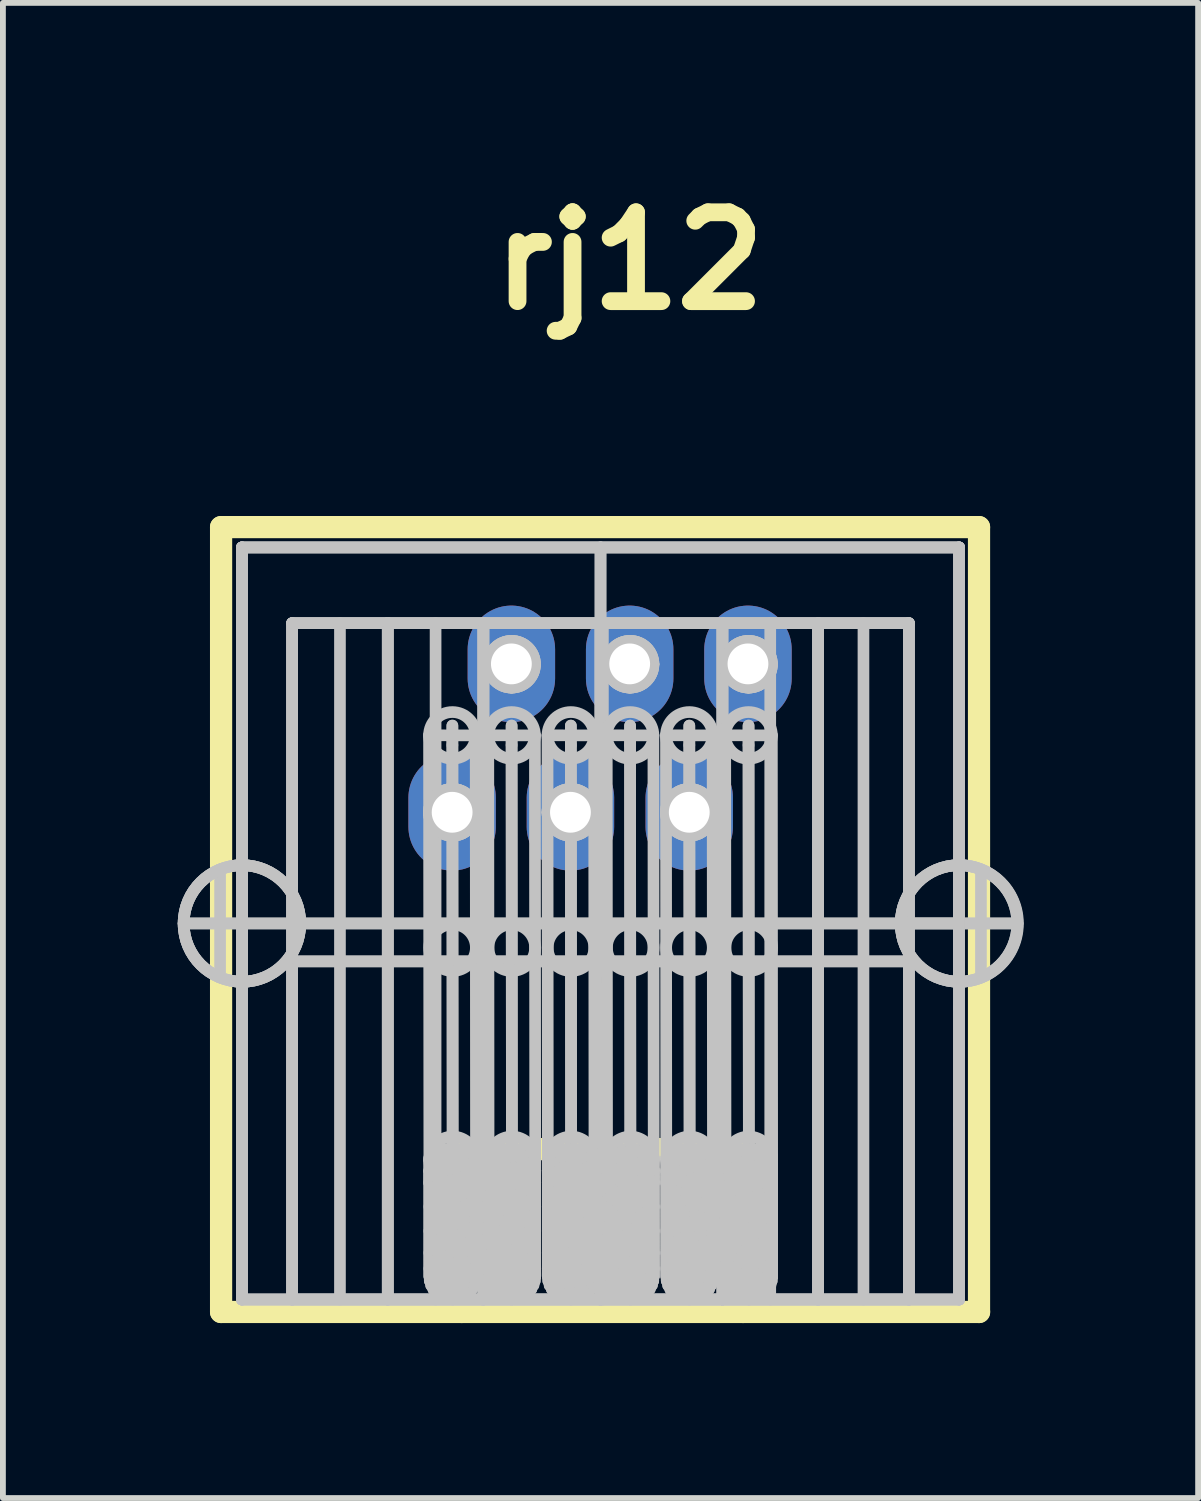
<source format=kicad_pcb>
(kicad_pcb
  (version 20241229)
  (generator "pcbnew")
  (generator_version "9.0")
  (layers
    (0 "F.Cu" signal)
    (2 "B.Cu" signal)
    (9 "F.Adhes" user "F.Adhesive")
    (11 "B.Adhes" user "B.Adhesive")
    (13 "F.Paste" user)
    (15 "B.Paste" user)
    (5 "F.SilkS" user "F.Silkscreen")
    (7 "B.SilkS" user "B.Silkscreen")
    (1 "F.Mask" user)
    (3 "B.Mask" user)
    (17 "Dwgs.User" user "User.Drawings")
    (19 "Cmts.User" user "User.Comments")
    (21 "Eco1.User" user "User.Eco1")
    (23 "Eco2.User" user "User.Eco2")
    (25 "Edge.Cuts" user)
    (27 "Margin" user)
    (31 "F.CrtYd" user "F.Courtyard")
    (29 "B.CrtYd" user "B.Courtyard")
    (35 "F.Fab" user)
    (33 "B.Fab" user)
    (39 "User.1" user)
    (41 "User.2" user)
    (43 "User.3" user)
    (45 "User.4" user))
  (footprint "rj12"
    (layer "F.Cu")
    (at 7.242 12.602)
    (property "Reference" "rj12" (at 0.508 -11.176 0) (layer "F.SilkS") (effects (font (size 1.524 1.524) (thickness 0.305))))
    (attr through_hole)
    (fp_line (start -6.5 -6.611) (end 6.5 -6.611) (stroke (width 0.381) (type solid)) (layer "F.SilkS"))
    (fp_line (start -6.5 6.851) (end -6.5 -6.611) (stroke (width 0.381) (type solid)) (layer "F.SilkS"))
    (fp_line (start -2.373 4.057) (end 2.453 4.057) (stroke (width 0.381) (type solid)) (layer "F.SilkS"))
    (fp_line (start -2.373 6.851) (end -2.373 4.057) (stroke (width 0.381) (type solid)) (layer "F.SilkS"))
    (fp_line (start 2.453 4.057) (end 2.453 6.851) (stroke (width 0.381) (type solid)) (layer "F.SilkS"))
    (fp_line (start 6.5 -6.611) (end 6.5 6.851) (stroke (width 0.381) (type solid)) (layer "F.SilkS"))
    (fp_line (start 6.501 6.851) (end -6.5 6.851) (stroke (width 0.381) (type solid)) (layer "F.SilkS"))
    (fp_line (start -7.142 0.187) (end -7.142 0.187) (stroke (width 0.2) (type solid)) (layer "Dwgs.User"))
    (fp_line (start -7.142 0.187) (end -6.142 0.187) (stroke (width 0.2) (type solid)) (layer "Dwgs.User"))
    (fp_line (start -7.142 0.187) (end -5.142 0.187) (stroke (width 0.2) (type solid)) (layer "Dwgs.User"))
    (fp_line (start -6.517 1.114) (end -6.517 -0.74) (stroke (width 0.2) (type solid)) (layer "Dwgs.User"))
    (fp_line (start -6.142 -6.263) (end -6.142 -6.263) (stroke (width 0.2) (type solid)) (layer "Dwgs.User"))
    (fp_line (start -6.142 -6.263) (end -6.142 -0.813) (stroke (width 0.2) (type solid)) (layer "Dwgs.User"))
    (fp_line (start -6.142 -6.263) (end -6.142 6.637) (stroke (width 0.2) (type solid)) (layer "Dwgs.User"))
    (fp_line (start -6.142 -6.263) (end -6.142 6.637) (stroke (width 0.2) (type solid)) (layer "Dwgs.User"))
    (fp_line (start -6.142 -0.813) (end -6.142 -0.813) (stroke (width 0.2) (type solid)) (layer "Dwgs.User"))
    (fp_line (start -6.142 -0.813) (end -6.142 -0.813) (stroke (width 0.2) (type solid)) (layer "Dwgs.User"))
    (fp_line (start -6.142 0.187) (end -6.142 0.187) (stroke (width 0.2) (type solid)) (layer "Dwgs.User"))
    (fp_line (start -6.142 0.187) (end 6.158 0.187) (stroke (width 0.2) (type solid)) (layer "Dwgs.User"))
    (fp_line (start -6.142 1.187) (end -6.142 -0.813) (stroke (width 0.2) (type solid)) (layer "Dwgs.User"))
    (fp_line (start -6.142 1.187) (end -6.142 -0.813) (stroke (width 0.2) (type solid)) (layer "Dwgs.User"))
    (fp_line (start -6.142 1.187) (end -6.142 1.187) (stroke (width 0.2) (type solid)) (layer "Dwgs.User"))
    (fp_line (start -6.142 1.187) (end -6.142 1.187) (stroke (width 0.2) (type solid)) (layer "Dwgs.User"))
    (fp_line (start -6.142 1.187) (end -6.142 6.637) (stroke (width 0.2) (type solid)) (layer "Dwgs.User"))
    (fp_line (start -6.142 6.637) (end -6.142 6.637) (stroke (width 0.2) (type solid)) (layer "Dwgs.User"))
    (fp_line (start -6.142 6.637) (end -5.281 6.637) (stroke (width 0.2) (type solid)) (layer "Dwgs.User"))
    (fp_line (start -6.142 6.637) (end 6.158 6.637) (stroke (width 0.2) (type solid)) (layer "Dwgs.User"))
    (fp_line (start -6.142 6.637) (end 6.158 6.637) (stroke (width 0.2) (type solid)) (layer "Dwgs.User"))
    (fp_line (start -5.281 -4.963) (end -5.281 -4.963) (stroke (width 0.2) (type solid)) (layer "Dwgs.User"))
    (fp_line (start -5.281 -4.963) (end -5.281 6.637) (stroke (width 0.2) (type solid)) (layer "Dwgs.User"))
    (fp_line (start -5.281 -4.963) (end -5.281 6.637) (stroke (width 0.2) (type solid)) (layer "Dwgs.User"))
    (fp_line (start -5.281 -4.963) (end -5.281 6.637) (stroke (width 0.2) (type solid)) (layer "Dwgs.User"))
    (fp_line (start -5.281 -4.963) (end 5.297 -4.963) (stroke (width 0.2) (type solid)) (layer "Dwgs.User"))
    (fp_line (start -5.281 -4.963) (end 5.297 -4.963) (stroke (width 0.2) (type solid)) (layer "Dwgs.User"))
    (fp_line (start -5.281 0.837) (end -5.281 0.837) (stroke (width 0.2) (type solid)) (layer "Dwgs.User"))
    (fp_line (start -5.281 0.837) (end 5.297 0.837) (stroke (width 0.2) (type solid)) (layer "Dwgs.User"))
    (fp_line (start -5.281 6.637) (end -5.281 6.637) (stroke (width 0.2) (type solid)) (layer "Dwgs.User"))
    (fp_line (start -5.281 6.637) (end 5.297 6.637) (stroke (width 0.2) (type solid)) (layer "Dwgs.User"))
    (fp_line (start -5.142 0.187) (end -5.142 0.187) (stroke (width 0.2) (type solid)) (layer "Dwgs.User"))
    (fp_line (start -5.142 0.187) (end 6.158 0.187) (stroke (width 0.2) (type solid)) (layer "Dwgs.User"))
    (fp_line (start -4.461 -4.963) (end -4.461 6.637) (stroke (width 0.2) (type solid)) (layer "Dwgs.User"))
    (fp_line (start -3.641 -4.963) (end -5.281 -4.963) (stroke (width 0.2) (type solid)) (layer "Dwgs.User"))
    (fp_line (start -3.641 -4.963) (end -3.641 -4.963) (stroke (width 0.2) (type solid)) (layer "Dwgs.User"))
    (fp_line (start -3.641 -4.963) (end -3.641 6.637) (stroke (width 0.2) (type solid)) (layer "Dwgs.User"))
    (fp_line (start -3.641 -4.963) (end -3.641 6.637) (stroke (width 0.2) (type solid)) (layer "Dwgs.User"))
    (fp_line (start -3.641 -4.963) (end -3.641 6.637) (stroke (width 0.2) (type solid)) (layer "Dwgs.User"))
    (fp_line (start -3.641 0.837) (end -5.281 0.837) (stroke (width 0.2) (type solid)) (layer "Dwgs.User"))
    (fp_line (start -3.641 0.837) (end -3.641 0.837) (stroke (width 0.2) (type solid)) (layer "Dwgs.User"))
    (fp_line (start -3.641 6.637) (end -5.281 6.637) (stroke (width 0.2) (type solid)) (layer "Dwgs.User"))
    (fp_line (start -3.641 6.637) (end -3.641 6.637) (stroke (width 0.2) (type solid)) (layer "Dwgs.User"))
    (fp_line (start -2.933 -3.04) (end -2.928 4.243) (stroke (width 0.2) (type solid)) (layer "Dwgs.User"))
    (fp_line (start -2.933 -3.04) (end -2.133 -3.039) (stroke (width 0.2) (type solid)) (layer "Dwgs.User"))
    (fp_line (start -2.933 -1.719) (end -2.933 -1.719) (stroke (width 0.2) (type solid)) (layer "Dwgs.User"))
    (fp_line (start -2.928 4.215) (end -2.928 4.631) (stroke (width 0.2) (type solid)) (layer "Dwgs.User"))
    (fp_line (start -2.928 4.423) (end -2.926 4.646) (stroke (width 0.2) (type solid)) (layer "Dwgs.User"))
    (fp_line (start -2.928 4.631) (end -2.928 5.046) (stroke (width 0.2) (type solid)) (layer "Dwgs.User"))
    (fp_line (start -2.928 5.046) (end -2.928 5.461) (stroke (width 0.2) (type solid)) (layer "Dwgs.User"))
    (fp_line (start -2.928 5.461) (end -2.928 5.837) (stroke (width 0.2) (type solid)) (layer "Dwgs.User"))
    (fp_line (start -2.928 5.837) (end -2.928 6.106) (stroke (width 0.2) (type solid)) (layer "Dwgs.User"))
    (fp_line (start -2.928 6.106) (end -2.928 6.24) (stroke (width 0.2) (type solid)) (layer "Dwgs.User"))
    (fp_line (start -2.928 6.24) (end -2.92 4.183) (stroke (width 0.2) (type solid)) (layer "Dwgs.User"))
    (fp_line (start -2.928 4.243) (end -2.128 4.244) (stroke (width 0.2) (type solid)) (layer "Dwgs.User"))
    (fp_line (start -2.926 4.439) (end -2.898 4.362) (stroke (width 0.2) (type solid)) (layer "Dwgs.User"))
    (fp_line (start -2.926 4.646) (end -2.92 4.455) (stroke (width 0.2) (type solid)) (layer "Dwgs.User"))
    (fp_line (start -2.92 4.247) (end -2.92 4.663) (stroke (width 0.2) (type solid)) (layer "Dwgs.User"))
    (fp_line (start -2.92 4.455) (end -2.926 4.439) (stroke (width 0.2) (type solid)) (layer "Dwgs.User"))
    (fp_line (start -2.92 4.663) (end -2.92 5.078) (stroke (width 0.2) (type solid)) (layer "Dwgs.User"))
    (fp_line (start -2.92 5.078) (end -2.92 5.493) (stroke (width 0.2) (type solid)) (layer "Dwgs.User"))
    (fp_line (start -2.92 5.493) (end -2.92 5.891) (stroke (width 0.2) (type solid)) (layer "Dwgs.User"))
    (fp_line (start -2.92 5.891) (end -2.92 6.177) (stroke (width 0.2) (type solid)) (layer "Dwgs.User"))
    (fp_line (start -2.92 6.177) (end -2.92 6.318) (stroke (width 0.2) (type solid)) (layer "Dwgs.User"))
    (fp_line (start -2.92 6.318) (end -2.928 4.215) (stroke (width 0.2) (type solid)) (layer "Dwgs.User"))
    (fp_line (start -2.92 4.183) (end -2.92 4.598) (stroke (width 0.2) (type solid)) (layer "Dwgs.User"))
    (fp_line (start -2.92 4.39) (end -2.911 4.376) (stroke (width 0.2) (type solid)) (layer "Dwgs.User"))
    (fp_line (start -2.92 4.598) (end -2.92 5.013) (stroke (width 0.2) (type solid)) (layer "Dwgs.User"))
    (fp_line (start -2.92 5.013) (end -2.92 5.429) (stroke (width 0.2) (type solid)) (layer "Dwgs.User"))
    (fp_line (start -2.92 5.429) (end -2.92 5.782) (stroke (width 0.2) (type solid)) (layer "Dwgs.User"))
    (fp_line (start -2.92 5.782) (end -2.92 6.035) (stroke (width 0.2) (type solid)) (layer "Dwgs.User"))
    (fp_line (start -2.92 6.035) (end -2.92 6.16) (stroke (width 0.2) (type solid)) (layer "Dwgs.User"))
    (fp_line (start -2.92 6.16) (end -2.898 4.154) (stroke (width 0.2) (type solid)) (layer "Dwgs.User"))
    (fp_line (start -2.911 4.376) (end -2.862 4.334) (stroke (width 0.2) (type solid)) (layer "Dwgs.User"))
    (fp_line (start -2.911 4.584) (end -2.92 4.39) (stroke (width 0.2) (type solid)) (layer "Dwgs.User"))
    (fp_line (start -2.898 4.154) (end -2.898 4.569) (stroke (width 0.2) (type solid)) (layer "Dwgs.User"))
    (fp_line (start -2.898 4.362) (end -2.911 4.584) (stroke (width 0.2) (type solid)) (layer "Dwgs.User"))
    (fp_line (start -2.898 4.569) (end -2.898 4.984) (stroke (width 0.2) (type solid)) (layer "Dwgs.User"))
    (fp_line (start -2.898 4.984) (end -2.898 5.4) (stroke (width 0.2) (type solid)) (layer "Dwgs.User"))
    (fp_line (start -2.898 5.4) (end -2.898 5.733) (stroke (width 0.2) (type solid)) (layer "Dwgs.User"))
    (fp_line (start -2.898 5.733) (end -2.898 5.972) (stroke (width 0.2) (type solid)) (layer "Dwgs.User"))
    (fp_line (start -2.898 5.972) (end -2.898 6.09) (stroke (width 0.2) (type solid)) (layer "Dwgs.User"))
    (fp_line (start -2.898 6.09) (end -2.862 4.126) (stroke (width 0.2) (type solid)) (layer "Dwgs.User"))
    (fp_line (start -2.896 4.279) (end -2.896 4.694) (stroke (width 0.2) (type solid)) (layer "Dwgs.User"))
    (fp_line (start -2.896 4.487) (end -2.879 4.708) (stroke (width 0.2) (type solid)) (layer "Dwgs.User"))
    (fp_line (start -2.896 4.694) (end -2.896 5.11) (stroke (width 0.2) (type solid)) (layer "Dwgs.User"))
    (fp_line (start -2.896 5.11) (end -2.896 5.525) (stroke (width 0.2) (type solid)) (layer "Dwgs.User"))
    (fp_line (start -2.896 5.525) (end -2.896 5.945) (stroke (width 0.2) (type solid)) (layer "Dwgs.User"))
    (fp_line (start -2.896 5.945) (end -2.896 6.246) (stroke (width 0.2) (type solid)) (layer "Dwgs.User"))
    (fp_line (start -2.896 6.246) (end -2.896 6.395) (stroke (width 0.2) (type solid)) (layer "Dwgs.User"))
    (fp_line (start -2.896 6.395) (end -2.92 4.247) (stroke (width 0.2) (type solid)) (layer "Dwgs.User"))
    (fp_line (start -2.882 4.347) (end -2.752 4.288) (stroke (width 0.2) (type solid)) (layer "Dwgs.User"))
    (fp_line (start -2.882 4.555) (end -2.882 4.347) (stroke (width 0.2) (type solid)) (layer "Dwgs.User"))
    (fp_line (start -2.879 4.501) (end -2.928 4.423) (stroke (width 0.2) (type solid)) (layer "Dwgs.User"))
    (fp_line (start -2.879 4.708) (end -2.879 4.501) (stroke (width 0.2) (type solid)) (layer "Dwgs.User"))
    (fp_line (start -2.862 4.126) (end -2.862 4.541) (stroke (width 0.2) (type solid)) (layer "Dwgs.User"))
    (fp_line (start -2.862 4.334) (end -2.882 4.555) (stroke (width 0.2) (type solid)) (layer "Dwgs.User"))
    (fp_line (start -2.862 4.541) (end -2.862 4.957) (stroke (width 0.2) (type solid)) (layer "Dwgs.User"))
    (fp_line (start -2.862 4.957) (end -2.862 5.372) (stroke (width 0.2) (type solid)) (layer "Dwgs.User"))
    (fp_line (start -2.862 5.372) (end -2.862 5.686) (stroke (width 0.2) (type solid)) (layer "Dwgs.User"))
    (fp_line (start -2.862 5.686) (end -2.862 5.911) (stroke (width 0.2) (type solid)) (layer "Dwgs.User"))
    (fp_line (start -2.862 5.911) (end -2.862 6.022) (stroke (width 0.2) (type solid)) (layer "Dwgs.User"))
    (fp_line (start -2.862 6.022) (end -2.812 4.101) (stroke (width 0.2) (type solid)) (layer "Dwgs.User"))
    (fp_line (start -2.859 4.307) (end -2.859 4.722) (stroke (width 0.2) (type solid)) (layer "Dwgs.User"))
    (fp_line (start -2.859 4.514) (end -2.836 4.735) (stroke (width 0.2) (type solid)) (layer "Dwgs.User"))
    (fp_line (start -2.859 4.722) (end -2.859 5.137) (stroke (width 0.2) (type solid)) (layer "Dwgs.User"))
    (fp_line (start -2.859 5.137) (end -2.859 5.553) (stroke (width 0.2) (type solid)) (layer "Dwgs.User"))
    (fp_line (start -2.859 5.553) (end -2.859 5.992) (stroke (width 0.2) (type solid)) (layer "Dwgs.User"))
    (fp_line (start -2.859 5.992) (end -2.859 6.307) (stroke (width 0.2) (type solid)) (layer "Dwgs.User"))
    (fp_line (start -2.859 6.307) (end -2.859 6.462) (stroke (width 0.2) (type solid)) (layer "Dwgs.User"))
    (fp_line (start -2.859 6.462) (end -2.896 4.279) (stroke (width 0.2) (type solid)) (layer "Dwgs.User"))
    (fp_line (start -2.836 4.527) (end -2.896 4.487) (stroke (width 0.2) (type solid)) (layer "Dwgs.User"))
    (fp_line (start -2.836 4.735) (end -2.809 4.539) (stroke (width 0.2) (type solid)) (layer "Dwgs.User"))
    (fp_line (start -2.821 -4.963) (end -2.821 6.637) (stroke (width 0.2) (type solid)) (layer "Dwgs.User"))
    (fp_line (start -2.812 4.101) (end -2.812 4.516) (stroke (width 0.2) (type solid)) (layer "Dwgs.User"))
    (fp_line (start -2.812 4.309) (end -2.783 4.298) (stroke (width 0.2) (type solid)) (layer "Dwgs.User"))
    (fp_line (start -2.812 4.516) (end -2.812 4.932) (stroke (width 0.2) (type solid)) (layer "Dwgs.User"))
    (fp_line (start -2.812 4.932) (end -2.812 5.347) (stroke (width 0.2) (type solid)) (layer "Dwgs.User"))
    (fp_line (start -2.812 5.347) (end -2.812 5.644) (stroke (width 0.2) (type solid)) (layer "Dwgs.User"))
    (fp_line (start -2.812 5.644) (end -2.812 5.856) (stroke (width 0.2) (type solid)) (layer "Dwgs.User"))
    (fp_line (start -2.812 5.856) (end -2.812 5.961) (stroke (width 0.2) (type solid)) (layer "Dwgs.User"))
    (fp_line (start -2.812 5.961) (end -2.752 4.081) (stroke (width 0.2) (type solid)) (layer "Dwgs.User"))
    (fp_line (start -2.809 4.331) (end -2.809 4.746) (stroke (width 0.2) (type solid)) (layer "Dwgs.User"))
    (fp_line (start -2.809 4.539) (end -2.836 4.527) (stroke (width 0.2) (type solid)) (layer "Dwgs.User"))
    (fp_line (start -2.809 4.746) (end -2.809 5.162) (stroke (width 0.2) (type solid)) (layer "Dwgs.User"))
    (fp_line (start -2.809 5.162) (end -2.809 5.577) (stroke (width 0.2) (type solid)) (layer "Dwgs.User"))
    (fp_line (start -2.809 5.577) (end -2.809 6.033) (stroke (width 0.2) (type solid)) (layer "Dwgs.User"))
    (fp_line (start -2.809 6.033) (end -2.809 6.36) (stroke (width 0.2) (type solid)) (layer "Dwgs.User"))
    (fp_line (start -2.809 6.36) (end -2.809 6.522) (stroke (width 0.2) (type solid)) (layer "Dwgs.User"))
    (fp_line (start -2.809 6.522) (end -2.859 4.307) (stroke (width 0.2) (type solid)) (layer "Dwgs.User"))
    (fp_line (start -2.783 4.298) (end -2.684 4.273) (stroke (width 0.2) (type solid)) (layer "Dwgs.User"))
    (fp_line (start -2.783 4.506) (end -2.812 4.309) (stroke (width 0.2) (type solid)) (layer "Dwgs.User"))
    (fp_line (start -2.752 4.081) (end -2.752 4.496) (stroke (width 0.2) (type solid)) (layer "Dwgs.User"))
    (fp_line (start -2.752 4.288) (end -2.783 4.506) (stroke (width 0.2) (type solid)) (layer "Dwgs.User"))
    (fp_line (start -2.752 4.496) (end -2.752 4.911) (stroke (width 0.2) (type solid)) (layer "Dwgs.User"))
    (fp_line (start -2.752 4.911) (end -2.752 5.327) (stroke (width 0.2) (type solid)) (layer "Dwgs.User"))
    (fp_line (start -2.752 5.327) (end -2.752 5.609) (stroke (width 0.2) (type solid)) (layer "Dwgs.User"))
    (fp_line (start -2.752 5.609) (end -2.752 5.812) (stroke (width 0.2) (type solid)) (layer "Dwgs.User"))
    (fp_line (start -2.752 5.812) (end -2.752 5.911) (stroke (width 0.2) (type solid)) (layer "Dwgs.User"))
    (fp_line (start -2.752 5.911) (end -2.684 4.066) (stroke (width 0.2) (type solid)) (layer "Dwgs.User"))
    (fp_line (start -2.748 4.351) (end -2.748 4.767) (stroke (width 0.2) (type solid)) (layer "Dwgs.User"))
    (fp_line (start -2.748 4.559) (end -2.714 4.775) (stroke (width 0.2) (type solid)) (layer "Dwgs.User"))
    (fp_line (start -2.748 4.767) (end -2.748 5.182) (stroke (width 0.2) (type solid)) (layer "Dwgs.User"))
    (fp_line (start -2.748 5.182) (end -2.748 5.598) (stroke (width 0.2) (type solid)) (layer "Dwgs.User"))
    (fp_line (start -2.748 5.598) (end -2.748 6.067) (stroke (width 0.2) (type solid)) (layer "Dwgs.User"))
    (fp_line (start -2.748 6.067) (end -2.748 6.404) (stroke (width 0.2) (type solid)) (layer "Dwgs.User"))
    (fp_line (start -2.748 6.404) (end -2.748 6.571) (stroke (width 0.2) (type solid)) (layer "Dwgs.User"))
    (fp_line (start -2.748 6.571) (end -2.809 4.331) (stroke (width 0.2) (type solid)) (layer "Dwgs.User"))
    (fp_line (start -2.719 4.28) (end -2.528 4.26) (stroke (width 0.2) (type solid)) (layer "Dwgs.User"))
    (fp_line (start -2.719 4.488) (end -2.719 4.28) (stroke (width 0.2) (type solid)) (layer "Dwgs.User"))
    (fp_line (start -2.714 4.567) (end -2.859 4.514) (stroke (width 0.2) (type solid)) (layer "Dwgs.User"))
    (fp_line (start -2.714 4.775) (end -2.714 4.567) (stroke (width 0.2) (type solid)) (layer "Dwgs.User"))
    (fp_line (start -2.684 4.066) (end -2.684 4.481) (stroke (width 0.2) (type solid)) (layer "Dwgs.User"))
    (fp_line (start -2.684 4.273) (end -2.719 4.488) (stroke (width 0.2) (type solid)) (layer "Dwgs.User"))
    (fp_line (start -2.684 4.481) (end -2.684 4.896) (stroke (width 0.2) (type solid)) (layer "Dwgs.User"))
    (fp_line (start -2.684 4.896) (end -2.684 5.312) (stroke (width 0.2) (type solid)) (layer "Dwgs.User"))
    (fp_line (start -2.684 5.312) (end -2.684 5.584) (stroke (width 0.2) (type solid)) (layer "Dwgs.User"))
    (fp_line (start -2.684 5.584) (end -2.684 5.779) (stroke (width 0.2) (type solid)) (layer "Dwgs.User"))
    (fp_line (start -2.684 5.779) (end -2.684 5.875) (stroke (width 0.2) (type solid)) (layer "Dwgs.User"))
    (fp_line (start -2.684 5.875) (end -2.607 4.056) (stroke (width 0.2) (type solid)) (layer "Dwgs.User"))
    (fp_line (start -2.679 4.366) (end -2.679 4.781) (stroke (width 0.2) (type solid)) (layer "Dwgs.User"))
    (fp_line (start -2.679 4.574) (end -2.644 4.786) (stroke (width 0.2) (type solid)) (layer "Dwgs.User"))
    (fp_line (start -2.679 4.781) (end -2.679 5.197) (stroke (width 0.2) (type solid)) (layer "Dwgs.User"))
    (fp_line (start -2.679 5.197) (end -2.679 5.613) (stroke (width 0.2) (type solid)) (layer "Dwgs.User"))
    (fp_line (start -2.679 5.613) (end -2.679 6.092) (stroke (width 0.2) (type solid)) (layer "Dwgs.User"))
    (fp_line (start -2.679 6.092) (end -2.679 6.437) (stroke (width 0.2) (type solid)) (layer "Dwgs.User"))
    (fp_line (start -2.679 6.437) (end -2.679 6.607) (stroke (width 0.2) (type solid)) (layer "Dwgs.User"))
    (fp_line (start -2.679 6.607) (end -2.748 4.351) (stroke (width 0.2) (type solid)) (layer "Dwgs.User"))
    (fp_line (start -2.644 4.579) (end -2.748 4.559) (stroke (width 0.2) (type solid)) (layer "Dwgs.User"))
    (fp_line (start -2.644 4.786) (end -2.608 4.582) (stroke (width 0.2) (type solid)) (layer "Dwgs.User"))
    (fp_line (start -2.608 4.375) (end -2.608 4.79) (stroke (width 0.2) (type solid)) (layer "Dwgs.User"))
    (fp_line (start -2.608 4.582) (end -2.644 4.579) (stroke (width 0.2) (type solid)) (layer "Dwgs.User"))
    (fp_line (start -2.608 4.79) (end -2.608 5.205) (stroke (width 0.2) (type solid)) (layer "Dwgs.User"))
    (fp_line (start -2.608 5.205) (end -2.608 5.621) (stroke (width 0.2) (type solid)) (layer "Dwgs.User"))
    (fp_line (start -2.608 5.621) (end -2.608 6.107) (stroke (width 0.2) (type solid)) (layer "Dwgs.User"))
    (fp_line (start -2.608 6.107) (end -2.608 6.456) (stroke (width 0.2) (type solid)) (layer "Dwgs.User"))
    (fp_line (start -2.608 6.456) (end -2.608 6.628) (stroke (width 0.2) (type solid)) (layer "Dwgs.User"))
    (fp_line (start -2.608 6.628) (end -2.679 4.366) (stroke (width 0.2) (type solid)) (layer "Dwgs.User"))
    (fp_line (start -2.607 4.056) (end -2.607 4.471) (stroke (width 0.2) (type solid)) (layer "Dwgs.User"))
    (fp_line (start -2.607 4.264) (end -2.567 4.261) (stroke (width 0.2) (type solid)) (layer "Dwgs.User"))
    (fp_line (start -2.607 4.471) (end -2.607 4.886) (stroke (width 0.2) (type solid)) (layer "Dwgs.User"))
    (fp_line (start -2.607 4.886) (end -2.607 5.302) (stroke (width 0.2) (type solid)) (layer "Dwgs.User"))
    (fp_line (start -2.607 5.302) (end -2.607 5.568) (stroke (width 0.2) (type solid)) (layer "Dwgs.User"))
    (fp_line (start -2.607 5.568) (end -2.607 5.757) (stroke (width 0.2) (type solid)) (layer "Dwgs.User"))
    (fp_line (start -2.607 5.757) (end -2.607 5.851) (stroke (width 0.2) (type solid)) (layer "Dwgs.User"))
    (fp_line (start -2.607 5.851) (end -2.528 4.053) (stroke (width 0.2) (type solid)) (layer "Dwgs.User"))
    (fp_line (start -2.567 4.261) (end -2.377 4.272) (stroke (width 0.2) (type solid)) (layer "Dwgs.User"))
    (fp_line (start -2.567 4.469) (end -2.607 4.264) (stroke (width 0.2) (type solid)) (layer "Dwgs.User"))
    (fp_line (start -2.533 -3.207) (end -2.533 -2.872) (stroke (width 0.2) (type solid)) (layer "Dwgs.User"))
    (fp_line (start -2.533 -3.207) (end -2.528 4.076) (stroke (width 0.2) (type solid)) (layer "Dwgs.User"))
    (fp_line (start -2.533 -2.119) (end -2.533 -2.119) (stroke (width 0.2) (type solid)) (layer "Dwgs.User"))
    (fp_line (start -2.533 -1.319) (end -2.533 -2.119) (stroke (width 0.2) (type solid)) (layer "Dwgs.User"))
    (fp_line (start -2.533 -1.319) (end -2.533 -2.119) (stroke (width 0.2) (type solid)) (layer "Dwgs.User"))
    (fp_line (start -2.533 -1.319) (end -2.533 -1.319) (stroke (width 0.2) (type solid)) (layer "Dwgs.User"))
    (fp_line (start -2.533 -2.872) (end -2.528 4.411) (stroke (width 0.2) (type solid)) (layer "Dwgs.User"))
    (fp_line (start -2.528 4.053) (end -2.528 4.468) (stroke (width 0.2) (type solid)) (layer "Dwgs.User"))
    (fp_line (start -2.528 4.26) (end -2.567 4.469) (stroke (width 0.2) (type solid)) (layer "Dwgs.User"))
    (fp_line (start -2.528 4.378) (end -2.528 4.793) (stroke (width 0.2) (type solid)) (layer "Dwgs.User"))
    (fp_line (start -2.528 4.468) (end -2.528 4.883) (stroke (width 0.2) (type solid)) (layer "Dwgs.User"))
    (fp_line (start -2.528 4.586) (end -2.489 4.793) (stroke (width 0.2) (type solid)) (layer "Dwgs.User"))
    (fp_line (start -2.528 4.793) (end -2.528 5.209) (stroke (width 0.2) (type solid)) (layer "Dwgs.User"))
    (fp_line (start -2.528 4.883) (end -2.528 5.299) (stroke (width 0.2) (type solid)) (layer "Dwgs.User"))
    (fp_line (start -2.528 5.209) (end -2.528 5.625) (stroke (width 0.2) (type solid)) (layer "Dwgs.User"))
    (fp_line (start -2.528 5.299) (end -2.528 5.562) (stroke (width 0.2) (type solid)) (layer "Dwgs.User"))
    (fp_line (start -2.528 5.562) (end -2.528 5.75) (stroke (width 0.2) (type solid)) (layer "Dwgs.User"))
    (fp_line (start -2.528 5.625) (end -2.528 6.113) (stroke (width 0.2) (type solid)) (layer "Dwgs.User"))
    (fp_line (start -2.528 5.75) (end -2.528 5.843) (stroke (width 0.2) (type solid)) (layer "Dwgs.User"))
    (fp_line (start -2.528 5.843) (end -2.448 4.056) (stroke (width 0.2) (type solid)) (layer "Dwgs.User"))
    (fp_line (start -2.528 6.113) (end -2.528 6.463) (stroke (width 0.2) (type solid)) (layer "Dwgs.User"))
    (fp_line (start -2.528 6.463) (end -2.528 6.636) (stroke (width 0.2) (type solid)) (layer "Dwgs.User"))
    (fp_line (start -2.528 6.636) (end -2.608 4.375) (stroke (width 0.2) (type solid)) (layer "Dwgs.User"))
    (fp_line (start -2.528 4.076) (end -2.528 4.411) (stroke (width 0.2) (type solid)) (layer "Dwgs.User"))
    (fp_line (start -2.489 4.585) (end -2.679 4.574) (stroke (width 0.2) (type solid)) (layer "Dwgs.User"))
    (fp_line (start -2.489 4.793) (end -2.449 4.582) (stroke (width 0.2) (type solid)) (layer "Dwgs.User"))
    (fp_line (start -2.449 4.375) (end -2.449 4.79) (stroke (width 0.2) (type solid)) (layer "Dwgs.User"))
    (fp_line (start -2.449 4.582) (end -2.489 4.585) (stroke (width 0.2) (type solid)) (layer "Dwgs.User"))
    (fp_line (start -2.449 4.79) (end -2.449 5.205) (stroke (width 0.2) (type solid)) (layer "Dwgs.User"))
    (fp_line (start -2.449 5.205) (end -2.449 5.622) (stroke (width 0.2) (type solid)) (layer "Dwgs.User"))
    (fp_line (start -2.449 5.622) (end -2.449 6.107) (stroke (width 0.2) (type solid)) (layer "Dwgs.User"))
    (fp_line (start -2.449 6.107) (end -2.449 6.456) (stroke (width 0.2) (type solid)) (layer "Dwgs.User"))
    (fp_line (start -2.449 6.456) (end -2.449 6.629) (stroke (width 0.2) (type solid)) (layer "Dwgs.User"))
    (fp_line (start -2.449 6.629) (end -2.528 4.378) (stroke (width 0.2) (type solid)) (layer "Dwgs.User"))
    (fp_line (start -2.448 4.056) (end -2.448 4.471) (stroke (width 0.2) (type solid)) (layer "Dwgs.User"))
    (fp_line (start -2.448 4.264) (end -2.412 4.267) (stroke (width 0.2) (type solid)) (layer "Dwgs.User"))
    (fp_line (start -2.448 4.471) (end -2.448 4.887) (stroke (width 0.2) (type solid)) (layer "Dwgs.User"))
    (fp_line (start -2.448 4.887) (end -2.448 5.302) (stroke (width 0.2) (type solid)) (layer "Dwgs.User"))
    (fp_line (start -2.448 5.302) (end -2.448 5.568) (stroke (width 0.2) (type solid)) (layer "Dwgs.User"))
    (fp_line (start -2.448 5.568) (end -2.448 5.758) (stroke (width 0.2) (type solid)) (layer "Dwgs.User"))
    (fp_line (start -2.448 5.758) (end -2.448 5.851) (stroke (width 0.2) (type solid)) (layer "Dwgs.User"))
    (fp_line (start -2.448 5.851) (end -2.377 4.065) (stroke (width 0.2) (type solid)) (layer "Dwgs.User"))
    (fp_line (start -2.412 4.267) (end -2.308 4.287) (stroke (width 0.2) (type solid)) (layer "Dwgs.User"))
    (fp_line (start -2.412 4.475) (end -2.448 4.264) (stroke (width 0.2) (type solid)) (layer "Dwgs.User"))
    (fp_line (start -2.377 4.065) (end -2.377 4.48) (stroke (width 0.2) (type solid)) (layer "Dwgs.User"))
    (fp_line (start -2.377 4.272) (end -2.412 4.475) (stroke (width 0.2) (type solid)) (layer "Dwgs.User"))
    (fp_line (start -2.377 4.48) (end -2.377 4.895) (stroke (width 0.2) (type solid)) (layer "Dwgs.User"))
    (fp_line (start -2.377 4.895) (end -2.377 5.311) (stroke (width 0.2) (type solid)) (layer "Dwgs.User"))
    (fp_line (start -2.377 5.311) (end -2.377 5.583) (stroke (width 0.2) (type solid)) (layer "Dwgs.User"))
    (fp_line (start -2.377 5.583) (end -2.377 5.777) (stroke (width 0.2) (type solid)) (layer "Dwgs.User"))
    (fp_line (start -2.377 5.777) (end -2.377 5.873) (stroke (width 0.2) (type solid)) (layer "Dwgs.User"))
    (fp_line (start -2.377 5.873) (end -2.308 4.08) (stroke (width 0.2) (type solid)) (layer "Dwgs.User"))
    (fp_line (start -2.371 4.365) (end -2.371 4.78) (stroke (width 0.2) (type solid)) (layer "Dwgs.User"))
    (fp_line (start -2.371 4.573) (end -2.337 4.774) (stroke (width 0.2) (type solid)) (layer "Dwgs.User"))
    (fp_line (start -2.371 4.78) (end -2.371 5.196) (stroke (width 0.2) (type solid)) (layer "Dwgs.User"))
    (fp_line (start -2.371 5.196) (end -2.371 5.612) (stroke (width 0.2) (type solid)) (layer "Dwgs.User"))
    (fp_line (start -2.371 5.612) (end -2.371 6.091) (stroke (width 0.2) (type solid)) (layer "Dwgs.User"))
    (fp_line (start -2.371 6.091) (end -2.371 6.435) (stroke (width 0.2) (type solid)) (layer "Dwgs.User"))
    (fp_line (start -2.371 6.435) (end -2.371 6.605) (stroke (width 0.2) (type solid)) (layer "Dwgs.User"))
    (fp_line (start -2.371 6.605) (end -2.449 4.375) (stroke (width 0.2) (type solid)) (layer "Dwgs.User"))
    (fp_line (start -2.342 4.279) (end -2.197 4.332) (stroke (width 0.2) (type solid)) (layer "Dwgs.User"))
    (fp_line (start -2.342 4.487) (end -2.342 4.279) (stroke (width 0.2) (type solid)) (layer "Dwgs.User"))
    (fp_line (start -2.337 4.566) (end -2.528 4.586) (stroke (width 0.2) (type solid)) (layer "Dwgs.User"))
    (fp_line (start -2.337 4.774) (end -2.337 4.566) (stroke (width 0.2) (type solid)) (layer "Dwgs.User"))
    (fp_line (start -2.308 4.08) (end -2.308 4.495) (stroke (width 0.2) (type solid)) (layer "Dwgs.User"))
    (fp_line (start -2.308 4.287) (end -2.342 4.487) (stroke (width 0.2) (type solid)) (layer "Dwgs.User"))
    (fp_line (start -2.308 4.495) (end -2.308 4.91) (stroke (width 0.2) (type solid)) (layer "Dwgs.User"))
    (fp_line (start -2.308 4.91) (end -2.308 5.325) (stroke (width 0.2) (type solid)) (layer "Dwgs.User"))
    (fp_line (start -2.308 5.325) (end -2.308 5.607) (stroke (width 0.2) (type solid)) (layer "Dwgs.User"))
    (fp_line (start -2.308 5.607) (end -2.308 5.809) (stroke (width 0.2) (type solid)) (layer "Dwgs.User"))
    (fp_line (start -2.308 5.809) (end -2.308 5.908) (stroke (width 0.2) (type solid)) (layer "Dwgs.User"))
    (fp_line (start -2.308 5.908) (end -2.246 4.1) (stroke (width 0.2) (type solid)) (layer "Dwgs.User"))
    (fp_line (start -2.303 4.35) (end -2.303 4.765) (stroke (width 0.2) (type solid)) (layer "Dwgs.User"))
    (fp_line (start -2.303 4.558) (end -2.272 4.756) (stroke (width 0.2) (type solid)) (layer "Dwgs.User"))
    (fp_line (start -2.303 4.765) (end -2.303 5.181) (stroke (width 0.2) (type solid)) (layer "Dwgs.User"))
    (fp_line (start -2.303 5.181) (end -2.303 5.596) (stroke (width 0.2) (type solid)) (layer "Dwgs.User"))
    (fp_line (start -2.303 5.596) (end -2.303 6.065) (stroke (width 0.2) (type solid)) (layer "Dwgs.User"))
    (fp_line (start -2.303 6.065) (end -2.303 6.402) (stroke (width 0.2) (type solid)) (layer "Dwgs.User"))
    (fp_line (start -2.303 6.402) (end -2.303 6.568) (stroke (width 0.2) (type solid)) (layer "Dwgs.User"))
    (fp_line (start -2.303 6.568) (end -2.371 4.365) (stroke (width 0.2) (type solid)) (layer "Dwgs.User"))
    (fp_line (start -2.272 4.548) (end -2.371 4.573) (stroke (width 0.2) (type solid)) (layer "Dwgs.User"))
    (fp_line (start -2.272 4.756) (end -2.244 4.537) (stroke (width 0.2) (type solid)) (layer "Dwgs.User"))
    (fp_line (start -2.246 4.1) (end -2.246 4.515) (stroke (width 0.2) (type solid)) (layer "Dwgs.User"))
    (fp_line (start -2.246 4.307) (end -2.22 4.319) (stroke (width 0.2) (type solid)) (layer "Dwgs.User"))
    (fp_line (start -2.246 4.515) (end -2.246 4.93) (stroke (width 0.2) (type solid)) (layer "Dwgs.User"))
    (fp_line (start -2.246 4.93) (end -2.246 5.346) (stroke (width 0.2) (type solid)) (layer "Dwgs.User"))
    (fp_line (start -2.246 5.346) (end -2.246 5.642) (stroke (width 0.2) (type solid)) (layer "Dwgs.User"))
    (fp_line (start -2.246 5.642) (end -2.246 5.853) (stroke (width 0.2) (type solid)) (layer "Dwgs.User"))
    (fp_line (start -2.246 5.853) (end -2.246 5.958) (stroke (width 0.2) (type solid)) (layer "Dwgs.User"))
    (fp_line (start -2.246 5.958) (end -2.197 4.124) (stroke (width 0.2) (type solid)) (layer "Dwgs.User"))
    (fp_line (start -2.244 4.33) (end -2.244 4.745) (stroke (width 0.2) (type solid)) (layer "Dwgs.User"))
    (fp_line (start -2.244 4.537) (end -2.272 4.548) (stroke (width 0.2) (type solid)) (layer "Dwgs.User"))
    (fp_line (start -2.244 4.745) (end -2.244 5.16) (stroke (width 0.2) (type solid)) (layer "Dwgs.User"))
    (fp_line (start -2.244 5.16) (end -2.244 5.576) (stroke (width 0.2) (type solid)) (layer "Dwgs.User"))
    (fp_line (start -2.244 5.576) (end -2.244 6.031) (stroke (width 0.2) (type solid)) (layer "Dwgs.User"))
    (fp_line (start -2.244 6.031) (end -2.244 6.357) (stroke (width 0.2) (type solid)) (layer "Dwgs.User"))
    (fp_line (start -2.244 6.357) (end -2.244 6.519) (stroke (width 0.2) (type solid)) (layer "Dwgs.User"))
    (fp_line (start -2.244 6.519) (end -2.303 4.35) (stroke (width 0.2) (type solid)) (layer "Dwgs.User"))
    (fp_line (start -2.22 4.319) (end -2.16 4.359) (stroke (width 0.2) (type solid)) (layer "Dwgs.User"))
    (fp_line (start -2.22 4.527) (end -2.246 4.307) (stroke (width 0.2) (type solid)) (layer "Dwgs.User"))
    (fp_line (start -2.197 4.124) (end -2.197 4.539) (stroke (width 0.2) (type solid)) (layer "Dwgs.User"))
    (fp_line (start -2.197 4.332) (end -2.22 4.527) (stroke (width 0.2) (type solid)) (layer "Dwgs.User"))
    (fp_line (start -2.197 4.539) (end -2.197 4.955) (stroke (width 0.2) (type solid)) (layer "Dwgs.User"))
    (fp_line (start -2.197 4.955) (end -2.197 5.37) (stroke (width 0.2) (type solid)) (layer "Dwgs.User"))
    (fp_line (start -2.197 5.37) (end -2.197 5.683) (stroke (width 0.2) (type solid)) (layer "Dwgs.User"))
    (fp_line (start -2.197 5.683) (end -2.197 5.907) (stroke (width 0.2) (type solid)) (layer "Dwgs.User"))
    (fp_line (start -2.197 5.907) (end -2.197 6.017) (stroke (width 0.2) (type solid)) (layer "Dwgs.User"))
    (fp_line (start -2.197 6.017) (end -2.16 4.152) (stroke (width 0.2) (type solid)) (layer "Dwgs.User"))
    (fp_line (start -2.194 4.305) (end -2.194 4.72) (stroke (width 0.2) (type solid)) (layer "Dwgs.User"))
    (fp_line (start -2.194 4.512) (end -2.174 4.706) (stroke (width 0.2) (type solid)) (layer "Dwgs.User"))
    (fp_line (start -2.194 4.72) (end -2.194 5.135) (stroke (width 0.2) (type solid)) (layer "Dwgs.User"))
    (fp_line (start -2.194 5.135) (end -2.194 5.551) (stroke (width 0.2) (type solid)) (layer "Dwgs.User"))
    (fp_line (start -2.194 5.551) (end -2.194 5.988) (stroke (width 0.2) (type solid)) (layer "Dwgs.User"))
    (fp_line (start -2.194 5.988) (end -2.194 6.302) (stroke (width 0.2) (type solid)) (layer "Dwgs.User"))
    (fp_line (start -2.194 6.302) (end -2.194 6.458) (stroke (width 0.2) (type solid)) (layer "Dwgs.User"))
    (fp_line (start -2.194 6.458) (end -2.244 4.33) (stroke (width 0.2) (type solid)) (layer "Dwgs.User"))
    (fp_line (start -2.177 4.345) (end -2.128 4.423) (stroke (width 0.2) (type solid)) (layer "Dwgs.User"))
    (fp_line (start -2.177 4.553) (end -2.177 4.345) (stroke (width 0.2) (type solid)) (layer "Dwgs.User"))
    (fp_line (start -2.174 4.499) (end -2.303 4.558) (stroke (width 0.2) (type solid)) (layer "Dwgs.User"))
    (fp_line (start -2.174 4.706) (end -2.174 4.499) (stroke (width 0.2) (type solid)) (layer "Dwgs.User"))
    (fp_line (start -2.16 4.152) (end -2.16 4.567) (stroke (width 0.2) (type solid)) (layer "Dwgs.User"))
    (fp_line (start -2.16 4.359) (end -2.177 4.553) (stroke (width 0.2) (type solid)) (layer "Dwgs.User"))
    (fp_line (start -2.16 4.567) (end -2.16 4.982) (stroke (width 0.2) (type solid)) (layer "Dwgs.User"))
    (fp_line (start -2.16 4.982) (end -2.16 5.398) (stroke (width 0.2) (type solid)) (layer "Dwgs.User"))
    (fp_line (start -2.16 5.398) (end -2.16 5.729) (stroke (width 0.2) (type solid)) (layer "Dwgs.User"))
    (fp_line (start -2.16 5.729) (end -2.16 5.967) (stroke (width 0.2) (type solid)) (layer "Dwgs.User"))
    (fp_line (start -2.16 5.967) (end -2.16 6.084) (stroke (width 0.2) (type solid)) (layer "Dwgs.User"))
    (fp_line (start -2.16 6.084) (end -2.136 4.183) (stroke (width 0.2) (type solid)) (layer "Dwgs.User"))
    (fp_line (start -2.158 4.277) (end -2.158 4.692) (stroke (width 0.2) (type solid)) (layer "Dwgs.User"))
    (fp_line (start -2.158 4.485) (end -2.145 4.678) (stroke (width 0.2) (type solid)) (layer "Dwgs.User"))
    (fp_line (start -2.158 4.692) (end -2.158 5.107) (stroke (width 0.2) (type solid)) (layer "Dwgs.User"))
    (fp_line (start -2.158 5.107) (end -2.158 5.523) (stroke (width 0.2) (type solid)) (layer "Dwgs.User"))
    (fp_line (start -2.158 5.523) (end -2.158 5.941) (stroke (width 0.2) (type solid)) (layer "Dwgs.User"))
    (fp_line (start -2.158 5.941) (end -2.158 6.241) (stroke (width 0.2) (type solid)) (layer "Dwgs.User"))
    (fp_line (start -2.158 6.241) (end -2.158 6.39) (stroke (width 0.2) (type solid)) (layer "Dwgs.User"))
    (fp_line (start -2.158 6.39) (end -2.194 4.305) (stroke (width 0.2) (type solid)) (layer "Dwgs.User"))
    (fp_line (start -2.145 4.47) (end -2.194 4.512) (stroke (width 0.2) (type solid)) (layer "Dwgs.User"))
    (fp_line (start -2.145 4.678) (end -2.145 4.47) (stroke (width 0.2) (type solid)) (layer "Dwgs.User"))
    (fp_line (start -2.136 4.248) (end -2.136 4.663) (stroke (width 0.2) (type solid)) (layer "Dwgs.User"))
    (fp_line (start -2.136 4.456) (end -2.13 4.647) (stroke (width 0.2) (type solid)) (layer "Dwgs.User"))
    (fp_line (start -2.136 4.663) (end -2.136 5.079) (stroke (width 0.2) (type solid)) (layer "Dwgs.User"))
    (fp_line (start -2.136 5.079) (end -2.136 5.494) (stroke (width 0.2) (type solid)) (layer "Dwgs.User"))
    (fp_line (start -2.136 5.494) (end -2.136 5.892) (stroke (width 0.2) (type solid)) (layer "Dwgs.User"))
    (fp_line (start -2.136 5.892) (end -2.136 6.178) (stroke (width 0.2) (type solid)) (layer "Dwgs.User"))
    (fp_line (start -2.136 6.178) (end -2.136 6.319) (stroke (width 0.2) (type solid)) (layer "Dwgs.User"))
    (fp_line (start -2.136 6.319) (end -2.158 4.277) (stroke (width 0.2) (type solid)) (layer "Dwgs.User"))
    (fp_line (start -2.136 4.183) (end -2.136 4.599) (stroke (width 0.2) (type solid)) (layer "Dwgs.User"))
    (fp_line (start -2.136 4.391) (end -2.13 4.407) (stroke (width 0.2) (type solid)) (layer "Dwgs.User"))
    (fp_line (start -2.136 4.599) (end -2.136 5.014) (stroke (width 0.2) (type solid)) (layer "Dwgs.User"))
    (fp_line (start -2.136 5.014) (end -2.136 5.429) (stroke (width 0.2) (type solid)) (layer "Dwgs.User"))
    (fp_line (start -2.136 5.429) (end -2.136 5.783) (stroke (width 0.2) (type solid)) (layer "Dwgs.User"))
    (fp_line (start -2.136 5.783) (end -2.136 6.036) (stroke (width 0.2) (type solid)) (layer "Dwgs.User"))
    (fp_line (start -2.136 6.036) (end -2.136 6.162) (stroke (width 0.2) (type solid)) (layer "Dwgs.User"))
    (fp_line (start -2.136 6.162) (end -2.128 4.215) (stroke (width 0.2) (type solid)) (layer "Dwgs.User"))
    (fp_line (start -2.133 -1.719) (end -2.933 -1.719) (stroke (width 0.2) (type solid)) (layer "Dwgs.User"))
    (fp_line (start -2.133 -1.719) (end -2.933 -1.719) (stroke (width 0.2) (type solid)) (layer "Dwgs.User"))
    (fp_line (start -2.133 -1.719) (end -2.133 -1.719) (stroke (width 0.2) (type solid)) (layer "Dwgs.User"))
    (fp_line (start -2.133 -3.039) (end -2.128 4.244) (stroke (width 0.2) (type solid)) (layer "Dwgs.User"))
    (fp_line (start -2.13 4.439) (end -2.158 4.485) (stroke (width 0.2) (type solid)) (layer "Dwgs.User"))
    (fp_line (start -2.13 4.647) (end -2.128 4.423) (stroke (width 0.2) (type solid)) (layer "Dwgs.User"))
    (fp_line (start -2.13 4.615) (end -2.136 4.391) (stroke (width 0.2) (type solid)) (layer "Dwgs.User"))
    (fp_line (start -2.128 4.215) (end -2.128 4.631) (stroke (width 0.2) (type solid)) (layer "Dwgs.User"))
    (fp_line (start -2.128 4.215) (end -2.128 4.631) (stroke (width 0.2) (type solid)) (layer "Dwgs.User"))
    (fp_line (start -2.128 4.423) (end -2.13 4.439) (stroke (width 0.2) (type solid)) (layer "Dwgs.User"))
    (fp_line (start -2.128 4.423) (end -2.13 4.615) (stroke (width 0.2) (type solid)) (layer "Dwgs.User"))
    (fp_line (start -2.128 4.631) (end -2.128 5.046) (stroke (width 0.2) (type solid)) (layer "Dwgs.User"))
    (fp_line (start -2.128 4.631) (end -2.128 5.046) (stroke (width 0.2) (type solid)) (layer "Dwgs.User"))
    (fp_line (start -2.128 5.046) (end -2.128 5.461) (stroke (width 0.2) (type solid)) (layer "Dwgs.User"))
    (fp_line (start -2.128 5.046) (end -2.128 5.461) (stroke (width 0.2) (type solid)) (layer "Dwgs.User"))
    (fp_line (start -2.128 5.461) (end -2.128 5.837) (stroke (width 0.2) (type solid)) (layer "Dwgs.User"))
    (fp_line (start -2.128 5.461) (end -2.128 5.837) (stroke (width 0.2) (type solid)) (layer "Dwgs.User"))
    (fp_line (start -2.128 5.837) (end -2.128 6.106) (stroke (width 0.2) (type solid)) (layer "Dwgs.User"))
    (fp_line (start -2.128 5.837) (end -2.128 6.106) (stroke (width 0.2) (type solid)) (layer "Dwgs.User"))
    (fp_line (start -2.128 6.106) (end -2.128 6.24) (stroke (width 0.2) (type solid)) (layer "Dwgs.User"))
    (fp_line (start -2.128 6.106) (end -2.128 6.24) (stroke (width 0.2) (type solid)) (layer "Dwgs.User"))
    (fp_line (start -2.128 6.24) (end -2.136 4.248) (stroke (width 0.2) (type solid)) (layer "Dwgs.User"))
    (fp_line (start -2.128 6.24) (end -2.136 4.456) (stroke (width 0.2) (type solid)) (layer "Dwgs.User"))
    (fp_line (start -2.001 -4.963) (end -3.641 -4.963) (stroke (width 0.2) (type solid)) (layer "Dwgs.User"))
    (fp_line (start -2.001 -4.963) (end -2.001 -4.963) (stroke (width 0.2) (type solid)) (layer "Dwgs.User"))
    (fp_line (start -2.001 -4.963) (end -2.001 6.637) (stroke (width 0.2) (type solid)) (layer "Dwgs.User"))
    (fp_line (start -2.001 -4.963) (end -2.001 6.637) (stroke (width 0.2) (type solid)) (layer "Dwgs.User"))
    (fp_line (start -2.001 0.837) (end -3.641 0.837) (stroke (width 0.2) (type solid)) (layer "Dwgs.User"))
    (fp_line (start -2.001 0.837) (end -2.001 0.837) (stroke (width 0.2) (type solid)) (layer "Dwgs.User"))
    (fp_line (start -2.001 0.837) (end 2.099 0.837) (stroke (width 0.2) (type solid)) (layer "Dwgs.User"))
    (fp_line (start -2.001 6.637) (end -3.641 6.637) (stroke (width 0.2) (type solid)) (layer "Dwgs.User"))
    (fp_line (start -2.001 6.637) (end -2.001 -4.963) (stroke (width 0.2) (type solid)) (layer "Dwgs.User"))
    (fp_line (start -2.001 6.637) (end -2.001 6.637) (stroke (width 0.2) (type solid)) (layer "Dwgs.User"))
    (fp_line (start -1.917 -4.259) (end -1.917 -4.259) (stroke (width 0.2) (type solid)) (layer "Dwgs.User"))
    (fp_line (start -1.917 -3.04) (end -1.912 4.243) (stroke (width 0.2) (type solid)) (layer "Dwgs.User"))
    (fp_line (start -1.917 -3.04) (end -1.117 -3.039) (stroke (width 0.2) (type solid)) (layer "Dwgs.User"))
    (fp_line (start -1.912 4.215) (end -1.912 4.631) (stroke (width 0.2) (type solid)) (layer "Dwgs.User"))
    (fp_line (start -1.912 4.423) (end -1.91 4.646) (stroke (width 0.2) (type solid)) (layer "Dwgs.User"))
    (fp_line (start -1.912 4.631) (end -1.912 5.046) (stroke (width 0.2) (type solid)) (layer "Dwgs.User"))
    (fp_line (start -1.912 5.046) (end -1.912 5.461) (stroke (width 0.2) (type solid)) (layer "Dwgs.User"))
    (fp_line (start -1.912 5.461) (end -1.912 5.837) (stroke (width 0.2) (type solid)) (layer "Dwgs.User"))
    (fp_line (start -1.912 5.837) (end -1.912 6.106) (stroke (width 0.2) (type solid)) (layer "Dwgs.User"))
    (fp_line (start -1.912 6.106) (end -1.912 6.24) (stroke (width 0.2) (type solid)) (layer "Dwgs.User"))
    (fp_line (start -1.912 6.24) (end -1.904 4.183) (stroke (width 0.2) (type solid)) (layer "Dwgs.User"))
    (fp_line (start -1.912 4.243) (end -1.112 4.244) (stroke (width 0.2) (type solid)) (layer "Dwgs.User"))
    (fp_line (start -1.91 4.439) (end -1.882 4.362) (stroke (width 0.2) (type solid)) (layer "Dwgs.User"))
    (fp_line (start -1.91 4.646) (end -1.904 4.455) (stroke (width 0.2) (type solid)) (layer "Dwgs.User"))
    (fp_line (start -1.904 4.247) (end -1.904 4.663) (stroke (width 0.2) (type solid)) (layer "Dwgs.User"))
    (fp_line (start -1.904 4.455) (end -1.91 4.439) (stroke (width 0.2) (type solid)) (layer "Dwgs.User"))
    (fp_line (start -1.904 4.663) (end -1.904 5.078) (stroke (width 0.2) (type solid)) (layer "Dwgs.User"))
    (fp_line (start -1.904 5.078) (end -1.904 5.493) (stroke (width 0.2) (type solid)) (layer "Dwgs.User"))
    (fp_line (start -1.904 5.493) (end -1.904 5.891) (stroke (width 0.2) (type solid)) (layer "Dwgs.User"))
    (fp_line (start -1.904 5.891) (end -1.904 6.177) (stroke (width 0.2) (type solid)) (layer "Dwgs.User"))
    (fp_line (start -1.904 6.177) (end -1.904 6.318) (stroke (width 0.2) (type solid)) (layer "Dwgs.User"))
    (fp_line (start -1.904 6.318) (end -1.912 4.215) (stroke (width 0.2) (type solid)) (layer "Dwgs.User"))
    (fp_line (start -1.904 4.183) (end -1.904 4.598) (stroke (width 0.2) (type solid)) (layer "Dwgs.User"))
    (fp_line (start -1.904 4.39) (end -1.895 4.376) (stroke (width 0.2) (type solid)) (layer "Dwgs.User"))
    (fp_line (start -1.904 4.598) (end -1.904 5.013) (stroke (width 0.2) (type solid)) (layer "Dwgs.User"))
    (fp_line (start -1.904 5.013) (end -1.904 5.429) (stroke (width 0.2) (type solid)) (layer "Dwgs.User"))
    (fp_line (start -1.904 5.429) (end -1.904 5.782) (stroke (width 0.2) (type solid)) (layer "Dwgs.User"))
    (fp_line (start -1.904 5.782) (end -1.904 6.035) (stroke (width 0.2) (type solid)) (layer "Dwgs.User"))
    (fp_line (start -1.904 6.035) (end -1.904 6.16) (stroke (width 0.2) (type solid)) (layer "Dwgs.User"))
    (fp_line (start -1.904 6.16) (end -1.882 4.154) (stroke (width 0.2) (type solid)) (layer "Dwgs.User"))
    (fp_line (start -1.895 4.376) (end -1.846 4.334) (stroke (width 0.2) (type solid)) (layer "Dwgs.User"))
    (fp_line (start -1.895 4.584) (end -1.904 4.39) (stroke (width 0.2) (type solid)) (layer "Dwgs.User"))
    (fp_line (start -1.882 4.154) (end -1.882 4.569) (stroke (width 0.2) (type solid)) (layer "Dwgs.User"))
    (fp_line (start -1.882 4.362) (end -1.895 4.584) (stroke (width 0.2) (type solid)) (layer "Dwgs.User"))
    (fp_line (start -1.882 4.569) (end -1.882 4.984) (stroke (width 0.2) (type solid)) (layer "Dwgs.User"))
    (fp_line (start -1.882 4.984) (end -1.882 5.4) (stroke (width 0.2) (type solid)) (layer "Dwgs.User"))
    (fp_line (start -1.882 5.4) (end -1.882 5.733) (stroke (width 0.2) (type solid)) (layer "Dwgs.User"))
    (fp_line (start -1.882 5.733) (end -1.882 5.972) (stroke (width 0.2) (type solid)) (layer "Dwgs.User"))
    (fp_line (start -1.882 5.972) (end -1.882 6.09) (stroke (width 0.2) (type solid)) (layer "Dwgs.User"))
    (fp_line (start -1.882 6.09) (end -1.846 4.126) (stroke (width 0.2) (type solid)) (layer "Dwgs.User"))
    (fp_line (start -1.88 4.279) (end -1.88 4.694) (stroke (width 0.2) (type solid)) (layer "Dwgs.User"))
    (fp_line (start -1.88 4.487) (end -1.863 4.708) (stroke (width 0.2) (type solid)) (layer "Dwgs.User"))
    (fp_line (start -1.88 4.694) (end -1.88 5.11) (stroke (width 0.2) (type solid)) (layer "Dwgs.User"))
    (fp_line (start -1.88 5.11) (end -1.88 5.525) (stroke (width 0.2) (type solid)) (layer "Dwgs.User"))
    (fp_line (start -1.88 5.525) (end -1.88 5.945) (stroke (width 0.2) (type solid)) (layer "Dwgs.User"))
    (fp_line (start -1.88 5.945) (end -1.88 6.246) (stroke (width 0.2) (type solid)) (layer "Dwgs.User"))
    (fp_line (start -1.88 6.246) (end -1.88 6.395) (stroke (width 0.2) (type solid)) (layer "Dwgs.User"))
    (fp_line (start -1.88 6.395) (end -1.904 4.247) (stroke (width 0.2) (type solid)) (layer "Dwgs.User"))
    (fp_line (start -1.866 4.347) (end -1.736 4.288) (stroke (width 0.2) (type solid)) (layer "Dwgs.User"))
    (fp_line (start -1.866 4.555) (end -1.866 4.347) (stroke (width 0.2) (type solid)) (layer "Dwgs.User"))
    (fp_line (start -1.863 4.501) (end -1.912 4.423) (stroke (width 0.2) (type solid)) (layer "Dwgs.User"))
    (fp_line (start -1.863 4.708) (end -1.863 4.501) (stroke (width 0.2) (type solid)) (layer "Dwgs.User"))
    (fp_line (start -1.846 4.126) (end -1.846 4.541) (stroke (width 0.2) (type solid)) (layer "Dwgs.User"))
    (fp_line (start -1.846 4.334) (end -1.866 4.555) (stroke (width 0.2) (type solid)) (layer "Dwgs.User"))
    (fp_line (start -1.846 4.541) (end -1.846 4.957) (stroke (width 0.2) (type solid)) (layer "Dwgs.User"))
    (fp_line (start -1.846 4.957) (end -1.846 5.372) (stroke (width 0.2) (type solid)) (layer "Dwgs.User"))
    (fp_line (start -1.846 5.372) (end -1.846 5.686) (stroke (width 0.2) (type solid)) (layer "Dwgs.User"))
    (fp_line (start -1.846 5.686) (end -1.846 5.911) (stroke (width 0.2) (type solid)) (layer "Dwgs.User"))
    (fp_line (start -1.846 5.911) (end -1.846 6.022) (stroke (width 0.2) (type solid)) (layer "Dwgs.User"))
    (fp_line (start -1.846 6.022) (end -1.796 4.101) (stroke (width 0.2) (type solid)) (layer "Dwgs.User"))
    (fp_line (start -1.843 4.307) (end -1.843 4.722) (stroke (width 0.2) (type solid)) (layer "Dwgs.User"))
    (fp_line (start -1.843 4.514) (end -1.82 4.735) (stroke (width 0.2) (type solid)) (layer "Dwgs.User"))
    (fp_line (start -1.843 4.722) (end -1.843 5.137) (stroke (width 0.2) (type solid)) (layer "Dwgs.User"))
    (fp_line (start -1.843 5.137) (end -1.843 5.553) (stroke (width 0.2) (type solid)) (layer "Dwgs.User"))
    (fp_line (start -1.843 5.553) (end -1.843 5.992) (stroke (width 0.2) (type solid)) (layer "Dwgs.User"))
    (fp_line (start -1.843 5.992) (end -1.843 6.307) (stroke (width 0.2) (type solid)) (layer "Dwgs.User"))
    (fp_line (start -1.843 6.307) (end -1.843 6.462) (stroke (width 0.2) (type solid)) (layer "Dwgs.User"))
    (fp_line (start -1.843 6.462) (end -1.88 4.279) (stroke (width 0.2) (type solid)) (layer "Dwgs.User"))
    (fp_line (start -1.82 4.527) (end -1.88 4.487) (stroke (width 0.2) (type solid)) (layer "Dwgs.User"))
    (fp_line (start -1.82 4.735) (end -1.793 4.539) (stroke (width 0.2) (type solid)) (layer "Dwgs.User"))
    (fp_line (start -1.796 4.101) (end -1.796 4.516) (stroke (width 0.2) (type solid)) (layer "Dwgs.User"))
    (fp_line (start -1.796 4.309) (end -1.767 4.298) (stroke (width 0.2) (type solid)) (layer "Dwgs.User"))
    (fp_line (start -1.796 4.516) (end -1.796 4.932) (stroke (width 0.2) (type solid)) (layer "Dwgs.User"))
    (fp_line (start -1.796 4.932) (end -1.796 5.347) (stroke (width 0.2) (type solid)) (layer "Dwgs.User"))
    (fp_line (start -1.796 5.347) (end -1.796 5.644) (stroke (width 0.2) (type solid)) (layer "Dwgs.User"))
    (fp_line (start -1.796 5.644) (end -1.796 5.856) (stroke (width 0.2) (type solid)) (layer "Dwgs.User"))
    (fp_line (start -1.796 5.856) (end -1.796 5.961) (stroke (width 0.2) (type solid)) (layer "Dwgs.User"))
    (fp_line (start -1.796 5.961) (end -1.736 4.081) (stroke (width 0.2) (type solid)) (layer "Dwgs.User"))
    (fp_line (start -1.793 4.331) (end -1.793 4.746) (stroke (width 0.2) (type solid)) (layer "Dwgs.User"))
    (fp_line (start -1.793 4.539) (end -1.82 4.527) (stroke (width 0.2) (type solid)) (layer "Dwgs.User"))
    (fp_line (start -1.793 4.746) (end -1.793 5.162) (stroke (width 0.2) (type solid)) (layer "Dwgs.User"))
    (fp_line (start -1.793 5.162) (end -1.793 5.577) (stroke (width 0.2) (type solid)) (layer "Dwgs.User"))
    (fp_line (start -1.793 5.577) (end -1.793 6.033) (stroke (width 0.2) (type solid)) (layer "Dwgs.User"))
    (fp_line (start -1.793 6.033) (end -1.793 6.36) (stroke (width 0.2) (type solid)) (layer "Dwgs.User"))
    (fp_line (start -1.793 6.36) (end -1.793 6.522) (stroke (width 0.2) (type solid)) (layer "Dwgs.User"))
    (fp_line (start -1.793 6.522) (end -1.843 4.307) (stroke (width 0.2) (type solid)) (layer "Dwgs.User"))
    (fp_line (start -1.767 4.298) (end -1.668 4.273) (stroke (width 0.2) (type solid)) (layer "Dwgs.User"))
    (fp_line (start -1.767 4.506) (end -1.796 4.309) (stroke (width 0.2) (type solid)) (layer "Dwgs.User"))
    (fp_line (start -1.736 4.081) (end -1.736 4.496) (stroke (width 0.2) (type solid)) (layer "Dwgs.User"))
    (fp_line (start -1.736 4.288) (end -1.767 4.506) (stroke (width 0.2) (type solid)) (layer "Dwgs.User"))
    (fp_line (start -1.736 4.496) (end -1.736 4.911) (stroke (width 0.2) (type solid)) (layer "Dwgs.User"))
    (fp_line (start -1.736 4.911) (end -1.736 5.327) (stroke (width 0.2) (type solid)) (layer "Dwgs.User"))
    (fp_line (start -1.736 5.327) (end -1.736 5.609) (stroke (width 0.2) (type solid)) (layer "Dwgs.User"))
    (fp_line (start -1.736 5.609) (end -1.736 5.812) (stroke (width 0.2) (type solid)) (layer "Dwgs.User"))
    (fp_line (start -1.736 5.812) (end -1.736 5.911) (stroke (width 0.2) (type solid)) (layer "Dwgs.User"))
    (fp_line (start -1.736 5.911) (end -1.668 4.066) (stroke (width 0.2) (type solid)) (layer "Dwgs.User"))
    (fp_line (start -1.732 4.351) (end -1.732 4.767) (stroke (width 0.2) (type solid)) (layer "Dwgs.User"))
    (fp_line (start -1.732 4.559) (end -1.698 4.775) (stroke (width 0.2) (type solid)) (layer "Dwgs.User"))
    (fp_line (start -1.732 4.767) (end -1.732 5.182) (stroke (width 0.2) (type solid)) (layer "Dwgs.User"))
    (fp_line (start -1.732 5.182) (end -1.732 5.598) (stroke (width 0.2) (type solid)) (layer "Dwgs.User"))
    (fp_line (start -1.732 5.598) (end -1.732 6.067) (stroke (width 0.2) (type solid)) (layer "Dwgs.User"))
    (fp_line (start -1.732 6.067) (end -1.732 6.404) (stroke (width 0.2) (type solid)) (layer "Dwgs.User"))
    (fp_line (start -1.732 6.404) (end -1.732 6.571) (stroke (width 0.2) (type solid)) (layer "Dwgs.User"))
    (fp_line (start -1.732 6.571) (end -1.793 4.331) (stroke (width 0.2) (type solid)) (layer "Dwgs.User"))
    (fp_line (start -1.703 4.28) (end -1.512 4.26) (stroke (width 0.2) (type solid)) (layer "Dwgs.User"))
    (fp_line (start -1.703 4.488) (end -1.703 4.28) (stroke (width 0.2) (type solid)) (layer "Dwgs.User"))
    (fp_line (start -1.698 4.567) (end -1.843 4.514) (stroke (width 0.2) (type solid)) (layer "Dwgs.User"))
    (fp_line (start -1.698 4.775) (end -1.698 4.567) (stroke (width 0.2) (type solid)) (layer "Dwgs.User"))
    (fp_line (start -1.668 4.066) (end -1.668 4.481) (stroke (width 0.2) (type solid)) (layer "Dwgs.User"))
    (fp_line (start -1.668 4.273) (end -1.703 4.488) (stroke (width 0.2) (type solid)) (layer "Dwgs.User"))
    (fp_line (start -1.668 4.481) (end -1.668 4.896) (stroke (width 0.2) (type solid)) (layer "Dwgs.User"))
    (fp_line (start -1.668 4.896) (end -1.668 5.312) (stroke (width 0.2) (type solid)) (layer "Dwgs.User"))
    (fp_line (start -1.668 5.312) (end -1.668 5.584) (stroke (width 0.2) (type solid)) (layer "Dwgs.User"))
    (fp_line (start -1.668 5.584) (end -1.668 5.779) (stroke (width 0.2) (type solid)) (layer "Dwgs.User"))
    (fp_line (start -1.668 5.779) (end -1.668 5.875) (stroke (width 0.2) (type solid)) (layer "Dwgs.User"))
    (fp_line (start -1.668 5.875) (end -1.591 4.056) (stroke (width 0.2) (type solid)) (layer "Dwgs.User"))
    (fp_line (start -1.663 4.366) (end -1.663 4.781) (stroke (width 0.2) (type solid)) (layer "Dwgs.User"))
    (fp_line (start -1.663 4.574) (end -1.628 4.786) (stroke (width 0.2) (type solid)) (layer "Dwgs.User"))
    (fp_line (start -1.663 4.781) (end -1.663 5.197) (stroke (width 0.2) (type solid)) (layer "Dwgs.User"))
    (fp_line (start -1.663 5.197) (end -1.663 5.613) (stroke (width 0.2) (type solid)) (layer "Dwgs.User"))
    (fp_line (start -1.663 5.613) (end -1.663 6.092) (stroke (width 0.2) (type solid)) (layer "Dwgs.User"))
    (fp_line (start -1.663 6.092) (end -1.663 6.437) (stroke (width 0.2) (type solid)) (layer "Dwgs.User"))
    (fp_line (start -1.663 6.437) (end -1.663 6.607) (stroke (width 0.2) (type solid)) (layer "Dwgs.User"))
    (fp_line (start -1.663 6.607) (end -1.732 4.351) (stroke (width 0.2) (type solid)) (layer "Dwgs.User"))
    (fp_line (start -1.628 4.579) (end -1.732 4.559) (stroke (width 0.2) (type solid)) (layer "Dwgs.User"))
    (fp_line (start -1.628 4.786) (end -1.592 4.582) (stroke (width 0.2) (type solid)) (layer "Dwgs.User"))
    (fp_line (start -1.592 4.375) (end -1.592 4.79) (stroke (width 0.2) (type solid)) (layer "Dwgs.User"))
    (fp_line (start -1.592 4.582) (end -1.628 4.579) (stroke (width 0.2) (type solid)) (layer "Dwgs.User"))
    (fp_line (start -1.592 4.79) (end -1.592 5.205) (stroke (width 0.2) (type solid)) (layer "Dwgs.User"))
    (fp_line (start -1.592 5.205) (end -1.592 5.621) (stroke (width 0.2) (type solid)) (layer "Dwgs.User"))
    (fp_line (start -1.592 5.621) (end -1.592 6.107) (stroke (width 0.2) (type solid)) (layer "Dwgs.User"))
    (fp_line (start -1.592 6.107) (end -1.592 6.456) (stroke (width 0.2) (type solid)) (layer "Dwgs.User"))
    (fp_line (start -1.592 6.456) (end -1.592 6.628) (stroke (width 0.2) (type solid)) (layer "Dwgs.User"))
    (fp_line (start -1.592 6.628) (end -1.663 4.366) (stroke (width 0.2) (type solid)) (layer "Dwgs.User"))
    (fp_line (start -1.591 4.056) (end -1.591 4.471) (stroke (width 0.2) (type solid)) (layer "Dwgs.User"))
    (fp_line (start -1.591 4.264) (end -1.551 4.261) (stroke (width 0.2) (type solid)) (layer "Dwgs.User"))
    (fp_line (start -1.591 4.471) (end -1.591 4.886) (stroke (width 0.2) (type solid)) (layer "Dwgs.User"))
    (fp_line (start -1.591 4.886) (end -1.591 5.302) (stroke (width 0.2) (type solid)) (layer "Dwgs.User"))
    (fp_line (start -1.591 5.302) (end -1.591 5.568) (stroke (width 0.2) (type solid)) (layer "Dwgs.User"))
    (fp_line (start -1.591 5.568) (end -1.591 5.757) (stroke (width 0.2) (type solid)) (layer "Dwgs.User"))
    (fp_line (start -1.591 5.757) (end -1.591 5.851) (stroke (width 0.2) (type solid)) (layer "Dwgs.User"))
    (fp_line (start -1.591 5.851) (end -1.512 4.053) (stroke (width 0.2) (type solid)) (layer "Dwgs.User"))
    (fp_line (start -1.551 4.261) (end -1.361 4.272) (stroke (width 0.2) (type solid)) (layer "Dwgs.User"))
    (fp_line (start -1.551 4.469) (end -1.591 4.264) (stroke (width 0.2) (type solid)) (layer "Dwgs.User"))
    (fp_line (start -1.517 -3.207) (end -1.517 -2.872) (stroke (width 0.2) (type solid)) (layer "Dwgs.User"))
    (fp_line (start -1.517 -3.207) (end -1.512 4.076) (stroke (width 0.2) (type solid)) (layer "Dwgs.User"))
    (fp_line (start -1.517 -4.659) (end -1.517 -4.659) (stroke (width 0.2) (type solid)) (layer "Dwgs.User"))
    (fp_line (start -1.517 -3.859) (end -1.517 -4.659) (stroke (width 0.2) (type solid)) (layer "Dwgs.User"))
    (fp_line (start -1.517 -3.859) (end -1.517 -4.659) (stroke (width 0.2) (type solid)) (layer "Dwgs.User"))
    (fp_line (start -1.517 -3.859) (end -1.517 -3.859) (stroke (width 0.2) (type solid)) (layer "Dwgs.User"))
    (fp_line (start -1.517 -2.872) (end -1.512 4.411) (stroke (width 0.2) (type solid)) (layer "Dwgs.User"))
    (fp_line (start -1.512 4.053) (end -1.512 4.468) (stroke (width 0.2) (type solid)) (layer "Dwgs.User"))
    (fp_line (start -1.512 4.26) (end -1.551 4.469) (stroke (width 0.2) (type solid)) (layer "Dwgs.User"))
    (fp_line (start -1.512 4.378) (end -1.512 4.793) (stroke (width 0.2) (type solid)) (layer "Dwgs.User"))
    (fp_line (start -1.512 4.468) (end -1.512 4.883) (stroke (width 0.2) (type solid)) (layer "Dwgs.User"))
    (fp_line (start -1.512 4.586) (end -1.473 4.793) (stroke (width 0.2) (type solid)) (layer "Dwgs.User"))
    (fp_line (start -1.512 4.793) (end -1.512 5.209) (stroke (width 0.2) (type solid)) (layer "Dwgs.User"))
    (fp_line (start -1.512 4.883) (end -1.512 5.299) (stroke (width 0.2) (type solid)) (layer "Dwgs.User"))
    (fp_line (start -1.512 5.209) (end -1.512 5.625) (stroke (width 0.2) (type solid)) (layer "Dwgs.User"))
    (fp_line (start -1.512 5.299) (end -1.512 5.562) (stroke (width 0.2) (type solid)) (layer "Dwgs.User"))
    (fp_line (start -1.512 5.562) (end -1.512 5.75) (stroke (width 0.2) (type solid)) (layer "Dwgs.User"))
    (fp_line (start -1.512 5.625) (end -1.512 6.113) (stroke (width 0.2) (type solid)) (layer "Dwgs.User"))
    (fp_line (start -1.512 5.75) (end -1.512 5.843) (stroke (width 0.2) (type solid)) (layer "Dwgs.User"))
    (fp_line (start -1.512 5.843) (end -1.432 4.056) (stroke (width 0.2) (type solid)) (layer "Dwgs.User"))
    (fp_line (start -1.512 6.113) (end -1.512 6.463) (stroke (width 0.2) (type solid)) (layer "Dwgs.User"))
    (fp_line (start -1.512 6.463) (end -1.512 6.636) (stroke (width 0.2) (type solid)) (layer "Dwgs.User"))
    (fp_line (start -1.512 6.636) (end -1.592 4.375) (stroke (width 0.2) (type solid)) (layer "Dwgs.User"))
    (fp_line (start -1.512 4.076) (end -1.512 4.411) (stroke (width 0.2) (type solid)) (layer "Dwgs.User"))
    (fp_line (start -1.473 4.585) (end -1.663 4.574) (stroke (width 0.2) (type solid)) (layer "Dwgs.User"))
    (fp_line (start -1.473 4.793) (end -1.433 4.582) (stroke (width 0.2) (type solid)) (layer "Dwgs.User"))
    (fp_line (start -1.433 4.375) (end -1.433 4.79) (stroke (width 0.2) (type solid)) (layer "Dwgs.User"))
    (fp_line (start -1.433 4.582) (end -1.473 4.585) (stroke (width 0.2) (type solid)) (layer "Dwgs.User"))
    (fp_line (start -1.433 4.79) (end -1.433 5.205) (stroke (width 0.2) (type solid)) (layer "Dwgs.User"))
    (fp_line (start -1.433 5.205) (end -1.433 5.622) (stroke (width 0.2) (type solid)) (layer "Dwgs.User"))
    (fp_line (start -1.433 5.622) (end -1.433 6.107) (stroke (width 0.2) (type solid)) (layer "Dwgs.User"))
    (fp_line (start -1.433 6.107) (end -1.433 6.456) (stroke (width 0.2) (type solid)) (layer "Dwgs.User"))
    (fp_line (start -1.433 6.456) (end -1.433 6.629) (stroke (width 0.2) (type solid)) (layer "Dwgs.User"))
    (fp_line (start -1.433 6.629) (end -1.512 4.378) (stroke (width 0.2) (type solid)) (layer "Dwgs.User"))
    (fp_line (start -1.432 4.056) (end -1.432 4.471) (stroke (width 0.2) (type solid)) (layer "Dwgs.User"))
    (fp_line (start -1.432 4.264) (end -1.396 4.267) (stroke (width 0.2) (type solid)) (layer "Dwgs.User"))
    (fp_line (start -1.432 4.471) (end -1.432 4.887) (stroke (width 0.2) (type solid)) (layer "Dwgs.User"))
    (fp_line (start -1.432 4.887) (end -1.432 5.302) (stroke (width 0.2) (type solid)) (layer "Dwgs.User"))
    (fp_line (start -1.432 5.302) (end -1.432 5.568) (stroke (width 0.2) (type solid)) (layer "Dwgs.User"))
    (fp_line (start -1.432 5.568) (end -1.432 5.758) (stroke (width 0.2) (type solid)) (layer "Dwgs.User"))
    (fp_line (start -1.432 5.758) (end -1.432 5.851) (stroke (width 0.2) (type solid)) (layer "Dwgs.User"))
    (fp_line (start -1.432 5.851) (end -1.361 4.065) (stroke (width 0.2) (type solid)) (layer "Dwgs.User"))
    (fp_line (start -1.396 4.267) (end -1.292 4.287) (stroke (width 0.2) (type solid)) (layer "Dwgs.User"))
    (fp_line (start -1.396 4.475) (end -1.432 4.264) (stroke (width 0.2) (type solid)) (layer "Dwgs.User"))
    (fp_line (start -1.361 4.065) (end -1.361 4.48) (stroke (width 0.2) (type solid)) (layer "Dwgs.User"))
    (fp_line (start -1.361 4.272) (end -1.396 4.475) (stroke (width 0.2) (type solid)) (layer "Dwgs.User"))
    (fp_line (start -1.361 4.48) (end -1.361 4.895) (stroke (width 0.2) (type solid)) (layer "Dwgs.User"))
    (fp_line (start -1.361 4.895) (end -1.361 5.311) (stroke (width 0.2) (type solid)) (layer "Dwgs.User"))
    (fp_line (start -1.361 5.311) (end -1.361 5.583) (stroke (width 0.2) (type solid)) (layer "Dwgs.User"))
    (fp_line (start -1.361 5.583) (end -1.361 5.777) (stroke (width 0.2) (type solid)) (layer "Dwgs.User"))
    (fp_line (start -1.361 5.777) (end -1.361 5.873) (stroke (width 0.2) (type solid)) (layer "Dwgs.User"))
    (fp_line (start -1.361 5.873) (end -1.292 4.08) (stroke (width 0.2) (type solid)) (layer "Dwgs.User"))
    (fp_line (start -1.355 4.365) (end -1.355 4.78) (stroke (width 0.2) (type solid)) (layer "Dwgs.User"))
    (fp_line (start -1.355 4.573) (end -1.321 4.774) (stroke (width 0.2) (type solid)) (layer "Dwgs.User"))
    (fp_line (start -1.355 4.78) (end -1.355 5.196) (stroke (width 0.2) (type solid)) (layer "Dwgs.User"))
    (fp_line (start -1.355 5.196) (end -1.355 5.612) (stroke (width 0.2) (type solid)) (layer "Dwgs.User"))
    (fp_line (start -1.355 5.612) (end -1.355 6.091) (stroke (width 0.2) (type solid)) (layer "Dwgs.User"))
    (fp_line (start -1.355 6.091) (end -1.355 6.435) (stroke (width 0.2) (type solid)) (layer "Dwgs.User"))
    (fp_line (start -1.355 6.435) (end -1.355 6.605) (stroke (width 0.2) (type solid)) (layer "Dwgs.User"))
    (fp_line (start -1.355 6.605) (end -1.433 4.375) (stroke (width 0.2) (type solid)) (layer "Dwgs.User"))
    (fp_line (start -1.326 4.279) (end -1.181 4.332) (stroke (width 0.2) (type solid)) (layer "Dwgs.User"))
    (fp_line (start -1.326 4.487) (end -1.326 4.279) (stroke (width 0.2) (type solid)) (layer "Dwgs.User"))
    (fp_line (start -1.321 4.566) (end -1.512 4.586) (stroke (width 0.2) (type solid)) (layer "Dwgs.User"))
    (fp_line (start -1.321 4.774) (end -1.321 4.566) (stroke (width 0.2) (type solid)) (layer "Dwgs.User"))
    (fp_line (start -1.292 4.08) (end -1.292 4.495) (stroke (width 0.2) (type solid)) (layer "Dwgs.User"))
    (fp_line (start -1.292 4.287) (end -1.326 4.487) (stroke (width 0.2) (type solid)) (layer "Dwgs.User"))
    (fp_line (start -1.292 4.495) (end -1.292 4.91) (stroke (width 0.2) (type solid)) (layer "Dwgs.User"))
    (fp_line (start -1.292 4.91) (end -1.292 5.325) (stroke (width 0.2) (type solid)) (layer "Dwgs.User"))
    (fp_line (start -1.292 5.325) (end -1.292 5.607) (stroke (width 0.2) (type solid)) (layer "Dwgs.User"))
    (fp_line (start -1.292 5.607) (end -1.292 5.809) (stroke (width 0.2) (type solid)) (layer "Dwgs.User"))
    (fp_line (start -1.292 5.809) (end -1.292 5.908) (stroke (width 0.2) (type solid)) (layer "Dwgs.User"))
    (fp_line (start -1.292 5.908) (end -1.23 4.1) (stroke (width 0.2) (type solid)) (layer "Dwgs.User"))
    (fp_line (start -1.287 4.35) (end -1.287 4.765) (stroke (width 0.2) (type solid)) (layer "Dwgs.User"))
    (fp_line (start -1.287 4.558) (end -1.256 4.756) (stroke (width 0.2) (type solid)) (layer "Dwgs.User"))
    (fp_line (start -1.287 4.765) (end -1.287 5.181) (stroke (width 0.2) (type solid)) (layer "Dwgs.User"))
    (fp_line (start -1.287 5.181) (end -1.287 5.596) (stroke (width 0.2) (type solid)) (layer "Dwgs.User"))
    (fp_line (start -1.287 5.596) (end -1.287 6.065) (stroke (width 0.2) (type solid)) (layer "Dwgs.User"))
    (fp_line (start -1.287 6.065) (end -1.287 6.402) (stroke (width 0.2) (type solid)) (layer "Dwgs.User"))
    (fp_line (start -1.287 6.402) (end -1.287 6.568) (stroke (width 0.2) (type solid)) (layer "Dwgs.User"))
    (fp_line (start -1.287 6.568) (end -1.355 4.365) (stroke (width 0.2) (type solid)) (layer "Dwgs.User"))
    (fp_line (start -1.256 4.548) (end -1.355 4.573) (stroke (width 0.2) (type solid)) (layer "Dwgs.User"))
    (fp_line (start -1.256 4.756) (end -1.228 4.537) (stroke (width 0.2) (type solid)) (layer "Dwgs.User"))
    (fp_line (start -1.23 4.1) (end -1.23 4.515) (stroke (width 0.2) (type solid)) (layer "Dwgs.User"))
    (fp_line (start -1.23 4.307) (end -1.204 4.319) (stroke (width 0.2) (type solid)) (layer "Dwgs.User"))
    (fp_line (start -1.23 4.515) (end -1.23 4.93) (stroke (width 0.2) (type solid)) (layer "Dwgs.User"))
    (fp_line (start -1.23 4.93) (end -1.23 5.346) (stroke (width 0.2) (type solid)) (layer "Dwgs.User"))
    (fp_line (start -1.23 5.346) (end -1.23 5.642) (stroke (width 0.2) (type solid)) (layer "Dwgs.User"))
    (fp_line (start -1.23 5.642) (end -1.23 5.853) (stroke (width 0.2) (type solid)) (layer "Dwgs.User"))
    (fp_line (start -1.23 5.853) (end -1.23 5.958) (stroke (width 0.2) (type solid)) (layer "Dwgs.User"))
    (fp_line (start -1.23 5.958) (end -1.181 4.124) (stroke (width 0.2) (type solid)) (layer "Dwgs.User"))
    (fp_line (start -1.228 4.33) (end -1.228 4.745) (stroke (width 0.2) (type solid)) (layer "Dwgs.User"))
    (fp_line (start -1.228 4.537) (end -1.256 4.548) (stroke (width 0.2) (type solid)) (layer "Dwgs.User"))
    (fp_line (start -1.228 4.745) (end -1.228 5.16) (stroke (width 0.2) (type solid)) (layer "Dwgs.User"))
    (fp_line (start -1.228 5.16) (end -1.228 5.576) (stroke (width 0.2) (type solid)) (layer "Dwgs.User"))
    (fp_line (start -1.228 5.576) (end -1.228 6.031) (stroke (width 0.2) (type solid)) (layer "Dwgs.User"))
    (fp_line (start -1.228 6.031) (end -1.228 6.357) (stroke (width 0.2) (type solid)) (layer "Dwgs.User"))
    (fp_line (start -1.228 6.357) (end -1.228 6.519) (stroke (width 0.2) (type solid)) (layer "Dwgs.User"))
    (fp_line (start -1.228 6.519) (end -1.287 4.35) (stroke (width 0.2) (type solid)) (layer "Dwgs.User"))
    (fp_line (start -1.204 4.319) (end -1.144 4.359) (stroke (width 0.2) (type solid)) (layer "Dwgs.User"))
    (fp_line (start -1.204 4.527) (end -1.23 4.307) (stroke (width 0.2) (type solid)) (layer "Dwgs.User"))
    (fp_line (start -1.181 4.124) (end -1.181 4.539) (stroke (width 0.2) (type solid)) (layer "Dwgs.User"))
    (fp_line (start -1.181 4.332) (end -1.204 4.527) (stroke (width 0.2) (type solid)) (layer "Dwgs.User"))
    (fp_line (start -1.181 4.539) (end -1.181 4.955) (stroke (width 0.2) (type solid)) (layer "Dwgs.User"))
    (fp_line (start -1.181 4.955) (end -1.181 5.37) (stroke (width 0.2) (type solid)) (layer "Dwgs.User"))
    (fp_line (start -1.181 5.37) (end -1.181 5.683) (stroke (width 0.2) (type solid)) (layer "Dwgs.User"))
    (fp_line (start -1.181 5.683) (end -1.181 5.907) (stroke (width 0.2) (type solid)) (layer "Dwgs.User"))
    (fp_line (start -1.181 5.907) (end -1.181 6.017) (stroke (width 0.2) (type solid)) (layer "Dwgs.User"))
    (fp_line (start -1.181 6.017) (end -1.144 4.152) (stroke (width 0.2) (type solid)) (layer "Dwgs.User"))
    (fp_line (start -1.178 4.305) (end -1.178 4.72) (stroke (width 0.2) (type solid)) (layer "Dwgs.User"))
    (fp_line (start -1.178 4.512) (end -1.158 4.706) (stroke (width 0.2) (type solid)) (layer "Dwgs.User"))
    (fp_line (start -1.178 4.72) (end -1.178 5.135) (stroke (width 0.2) (type solid)) (layer "Dwgs.User"))
    (fp_line (start -1.178 5.135) (end -1.178 5.551) (stroke (width 0.2) (type solid)) (layer "Dwgs.User"))
    (fp_line (start -1.178 5.551) (end -1.178 5.988) (stroke (width 0.2) (type solid)) (layer "Dwgs.User"))
    (fp_line (start -1.178 5.988) (end -1.178 6.302) (stroke (width 0.2) (type solid)) (layer "Dwgs.User"))
    (fp_line (start -1.178 6.302) (end -1.178 6.458) (stroke (width 0.2) (type solid)) (layer "Dwgs.User"))
    (fp_line (start -1.178 6.458) (end -1.228 4.33) (stroke (width 0.2) (type solid)) (layer "Dwgs.User"))
    (fp_line (start -1.16 4.345) (end -1.112 4.423) (stroke (width 0.2) (type solid)) (layer "Dwgs.User"))
    (fp_line (start -1.16 4.553) (end -1.16 4.345) (stroke (width 0.2) (type solid)) (layer "Dwgs.User"))
    (fp_line (start -1.158 4.499) (end -1.287 4.558) (stroke (width 0.2) (type solid)) (layer "Dwgs.User"))
    (fp_line (start -1.158 4.706) (end -1.158 4.499) (stroke (width 0.2) (type solid)) (layer "Dwgs.User"))
    (fp_line (start -1.144 4.152) (end -1.144 4.567) (stroke (width 0.2) (type solid)) (layer "Dwgs.User"))
    (fp_line (start -1.144 4.359) (end -1.16 4.553) (stroke (width 0.2) (type solid)) (layer "Dwgs.User"))
    (fp_line (start -1.144 4.567) (end -1.144 4.982) (stroke (width 0.2) (type solid)) (layer "Dwgs.User"))
    (fp_line (start -1.144 4.982) (end -1.144 5.398) (stroke (width 0.2) (type solid)) (layer "Dwgs.User"))
    (fp_line (start -1.144 5.398) (end -1.144 5.729) (stroke (width 0.2) (type solid)) (layer "Dwgs.User"))
    (fp_line (start -1.144 5.729) (end -1.144 5.967) (stroke (width 0.2) (type solid)) (layer "Dwgs.User"))
    (fp_line (start -1.144 5.967) (end -1.144 6.084) (stroke (width 0.2) (type solid)) (layer "Dwgs.User"))
    (fp_line (start -1.144 6.084) (end -1.12 4.183) (stroke (width 0.2) (type solid)) (layer "Dwgs.User"))
    (fp_line (start -1.142 4.277) (end -1.142 4.692) (stroke (width 0.2) (type solid)) (layer "Dwgs.User"))
    (fp_line (start -1.142 4.485) (end -1.129 4.678) (stroke (width 0.2) (type solid)) (layer "Dwgs.User"))
    (fp_line (start -1.142 4.692) (end -1.142 5.107) (stroke (width 0.2) (type solid)) (layer "Dwgs.User"))
    (fp_line (start -1.142 5.107) (end -1.142 5.523) (stroke (width 0.2) (type solid)) (layer "Dwgs.User"))
    (fp_line (start -1.142 5.523) (end -1.142 5.941) (stroke (width 0.2) (type solid)) (layer "Dwgs.User"))
    (fp_line (start -1.142 5.941) (end -1.142 6.241) (stroke (width 0.2) (type solid)) (layer "Dwgs.User"))
    (fp_line (start -1.142 6.241) (end -1.142 6.39) (stroke (width 0.2) (type solid)) (layer "Dwgs.User"))
    (fp_line (start -1.142 6.39) (end -1.178 4.305) (stroke (width 0.2) (type solid)) (layer "Dwgs.User"))
    (fp_line (start -1.129 4.47) (end -1.178 4.512) (stroke (width 0.2) (type solid)) (layer "Dwgs.User"))
    (fp_line (start -1.129 4.678) (end -1.129 4.47) (stroke (width 0.2) (type solid)) (layer "Dwgs.User"))
    (fp_line (start -1.12 4.248) (end -1.12 4.663) (stroke (width 0.2) (type solid)) (layer "Dwgs.User"))
    (fp_line (start -1.12 4.456) (end -1.114 4.647) (stroke (width 0.2) (type solid)) (layer "Dwgs.User"))
    (fp_line (start -1.12 4.663) (end -1.12 5.079) (stroke (width 0.2) (type solid)) (layer "Dwgs.User"))
    (fp_line (start -1.12 5.079) (end -1.12 5.494) (stroke (width 0.2) (type solid)) (layer "Dwgs.User"))
    (fp_line (start -1.12 5.494) (end -1.12 5.892) (stroke (width 0.2) (type solid)) (layer "Dwgs.User"))
    (fp_line (start -1.12 5.892) (end -1.12 6.178) (stroke (width 0.2) (type solid)) (layer "Dwgs.User"))
    (fp_line (start -1.12 6.178) (end -1.12 6.319) (stroke (width 0.2) (type solid)) (layer "Dwgs.User"))
    (fp_line (start -1.12 6.319) (end -1.142 4.277) (stroke (width 0.2) (type solid)) (layer "Dwgs.User"))
    (fp_line (start -1.12 4.183) (end -1.12 4.599) (stroke (width 0.2) (type solid)) (layer "Dwgs.User"))
    (fp_line (start -1.12 4.391) (end -1.114 4.407) (stroke (width 0.2) (type solid)) (layer "Dwgs.User"))
    (fp_line (start -1.12 4.599) (end -1.12 5.014) (stroke (width 0.2) (type solid)) (layer "Dwgs.User"))
    (fp_line (start -1.12 5.014) (end -1.12 5.429) (stroke (width 0.2) (type solid)) (layer "Dwgs.User"))
    (fp_line (start -1.12 5.429) (end -1.12 5.783) (stroke (width 0.2) (type solid)) (layer "Dwgs.User"))
    (fp_line (start -1.12 5.783) (end -1.12 6.036) (stroke (width 0.2) (type solid)) (layer "Dwgs.User"))
    (fp_line (start -1.12 6.036) (end -1.12 6.162) (stroke (width 0.2) (type solid)) (layer "Dwgs.User"))
    (fp_line (start -1.12 6.162) (end -1.112 4.215) (stroke (width 0.2) (type solid)) (layer "Dwgs.User"))
    (fp_line (start -1.117 -4.259) (end -1.917 -4.259) (stroke (width 0.2) (type solid)) (layer "Dwgs.User"))
    (fp_line (start -1.117 -4.259) (end -1.917 -4.259) (stroke (width 0.2) (type solid)) (layer "Dwgs.User"))
    (fp_line (start -1.117 -4.259) (end -1.117 -4.259) (stroke (width 0.2) (type solid)) (layer "Dwgs.User"))
    (fp_line (start -1.117 -3.039) (end -1.112 4.244) (stroke (width 0.2) (type solid)) (layer "Dwgs.User"))
    (fp_line (start -1.114 4.439) (end -1.142 4.485) (stroke (width 0.2) (type solid)) (layer "Dwgs.User"))
    (fp_line (start -1.114 4.647) (end -1.112 4.423) (stroke (width 0.2) (type solid)) (layer "Dwgs.User"))
    (fp_line (start -1.114 4.615) (end -1.12 4.391) (stroke (width 0.2) (type solid)) (layer "Dwgs.User"))
    (fp_line (start -1.112 4.215) (end -1.112 4.631) (stroke (width 0.2) (type solid)) (layer "Dwgs.User"))
    (fp_line (start -1.112 4.215) (end -1.112 4.631) (stroke (width 0.2) (type solid)) (layer "Dwgs.User"))
    (fp_line (start -1.112 4.423) (end -1.114 4.439) (stroke (width 0.2) (type solid)) (layer "Dwgs.User"))
    (fp_line (start -1.112 4.423) (end -1.114 4.615) (stroke (width 0.2) (type solid)) (layer "Dwgs.User"))
    (fp_line (start -1.112 4.631) (end -1.112 5.046) (stroke (width 0.2) (type solid)) (layer "Dwgs.User"))
    (fp_line (start -1.112 4.631) (end -1.112 5.046) (stroke (width 0.2) (type solid)) (layer "Dwgs.User"))
    (fp_line (start -1.112 5.046) (end -1.112 5.461) (stroke (width 0.2) (type solid)) (layer "Dwgs.User"))
    (fp_line (start -1.112 5.046) (end -1.112 5.461) (stroke (width 0.2) (type solid)) (layer "Dwgs.User"))
    (fp_line (start -1.112 5.461) (end -1.112 5.837) (stroke (width 0.2) (type solid)) (layer "Dwgs.User"))
    (fp_line (start -1.112 5.461) (end -1.112 5.837) (stroke (width 0.2) (type solid)) (layer "Dwgs.User"))
    (fp_line (start -1.112 5.837) (end -1.112 6.106) (stroke (width 0.2) (type solid)) (layer "Dwgs.User"))
    (fp_line (start -1.112 5.837) (end -1.112 6.106) (stroke (width 0.2) (type solid)) (layer "Dwgs.User"))
    (fp_line (start -1.112 6.106) (end -1.112 6.24) (stroke (width 0.2) (type solid)) (layer "Dwgs.User"))
    (fp_line (start -1.112 6.106) (end -1.112 6.24) (stroke (width 0.2) (type solid)) (layer "Dwgs.User"))
    (fp_line (start -1.112 6.24) (end -1.12 4.248) (stroke (width 0.2) (type solid)) (layer "Dwgs.User"))
    (fp_line (start -1.112 6.24) (end -1.12 4.456) (stroke (width 0.2) (type solid)) (layer "Dwgs.User"))
    (fp_line (start -0.901 -3.04) (end -0.896 4.243) (stroke (width 0.2) (type solid)) (layer "Dwgs.User"))
    (fp_line (start -0.901 -3.04) (end -0.101 -3.039) (stroke (width 0.2) (type solid)) (layer "Dwgs.User"))
    (fp_line (start -0.901 -1.719) (end -0.901 -1.719) (stroke (width 0.2) (type solid)) (layer "Dwgs.User"))
    (fp_line (start -0.896 4.215) (end -0.896 4.631) (stroke (width 0.2) (type solid)) (layer "Dwgs.User"))
    (fp_line (start -0.896 4.423) (end -0.894 4.646) (stroke (width 0.2) (type solid)) (layer "Dwgs.User"))
    (fp_line (start -0.896 4.631) (end -0.896 5.046) (stroke (width 0.2) (type solid)) (layer "Dwgs.User"))
    (fp_line (start -0.896 5.046) (end -0.896 5.461) (stroke (width 0.2) (type solid)) (layer "Dwgs.User"))
    (fp_line (start -0.896 5.461) (end -0.896 5.837) (stroke (width 0.2) (type solid)) (layer "Dwgs.User"))
    (fp_line (start -0.896 5.837) (end -0.896 6.106) (stroke (width 0.2) (type solid)) (layer "Dwgs.User"))
    (fp_line (start -0.896 6.106) (end -0.896 6.24) (stroke (width 0.2) (type solid)) (layer "Dwgs.User"))
    (fp_line (start -0.896 6.24) (end -0.888 4.183) (stroke (width 0.2) (type solid)) (layer "Dwgs.User"))
    (fp_line (start -0.896 4.243) (end -0.096 4.244) (stroke (width 0.2) (type solid)) (layer "Dwgs.User"))
    (fp_line (start -0.894 4.439) (end -0.866 4.362) (stroke (width 0.2) (type solid)) (layer "Dwgs.User"))
    (fp_line (start -0.894 4.646) (end -0.888 4.455) (stroke (width 0.2) (type solid)) (layer "Dwgs.User"))
    (fp_line (start -0.888 4.247) (end -0.888 4.663) (stroke (width 0.2) (type solid)) (layer "Dwgs.User"))
    (fp_line (start -0.888 4.455) (end -0.894 4.439) (stroke (width 0.2) (type solid)) (layer "Dwgs.User"))
    (fp_line (start -0.888 4.663) (end -0.888 5.078) (stroke (width 0.2) (type solid)) (layer "Dwgs.User"))
    (fp_line (start -0.888 5.078) (end -0.888 5.493) (stroke (width 0.2) (type solid)) (layer "Dwgs.User"))
    (fp_line (start -0.888 5.493) (end -0.888 5.891) (stroke (width 0.2) (type solid)) (layer "Dwgs.User"))
    (fp_line (start -0.888 5.891) (end -0.888 6.177) (stroke (width 0.2) (type solid)) (layer "Dwgs.User"))
    (fp_line (start -0.888 6.177) (end -0.888 6.318) (stroke (width 0.2) (type solid)) (layer "Dwgs.User"))
    (fp_line (start -0.888 6.318) (end -0.896 4.215) (stroke (width 0.2) (type solid)) (layer "Dwgs.User"))
    (fp_line (start -0.888 4.183) (end -0.888 4.598) (stroke (width 0.2) (type solid)) (layer "Dwgs.User"))
    (fp_line (start -0.888 4.39) (end -0.879 4.376) (stroke (width 0.2) (type solid)) (layer "Dwgs.User"))
    (fp_line (start -0.888 4.598) (end -0.888 5.013) (stroke (width 0.2) (type solid)) (layer "Dwgs.User"))
    (fp_line (start -0.888 5.013) (end -0.888 5.429) (stroke (width 0.2) (type solid)) (layer "Dwgs.User"))
    (fp_line (start -0.888 5.429) (end -0.888 5.782) (stroke (width 0.2) (type solid)) (layer "Dwgs.User"))
    (fp_line (start -0.888 5.782) (end -0.888 6.035) (stroke (width 0.2) (type solid)) (layer "Dwgs.User"))
    (fp_line (start -0.888 6.035) (end -0.888 6.16) (stroke (width 0.2) (type solid)) (layer "Dwgs.User"))
    (fp_line (start -0.888 6.16) (end -0.866 4.154) (stroke (width 0.2) (type solid)) (layer "Dwgs.User"))
    (fp_line (start -0.879 4.376) (end -0.83 4.334) (stroke (width 0.2) (type solid)) (layer "Dwgs.User"))
    (fp_line (start -0.879 4.584) (end -0.888 4.39) (stroke (width 0.2) (type solid)) (layer "Dwgs.User"))
    (fp_line (start -0.866 4.154) (end -0.866 4.569) (stroke (width 0.2) (type solid)) (layer "Dwgs.User"))
    (fp_line (start -0.866 4.362) (end -0.879 4.584) (stroke (width 0.2) (type solid)) (layer "Dwgs.User"))
    (fp_line (start -0.866 4.569) (end -0.866 4.984) (stroke (width 0.2) (type solid)) (layer "Dwgs.User"))
    (fp_line (start -0.866 4.984) (end -0.866 5.4) (stroke (width 0.2) (type solid)) (layer "Dwgs.User"))
    (fp_line (start -0.866 5.4) (end -0.866 5.733) (stroke (width 0.2) (type solid)) (layer "Dwgs.User"))
    (fp_line (start -0.866 5.733) (end -0.866 5.972) (stroke (width 0.2) (type solid)) (layer "Dwgs.User"))
    (fp_line (start -0.866 5.972) (end -0.866 6.09) (stroke (width 0.2) (type solid)) (layer "Dwgs.User"))
    (fp_line (start -0.866 6.09) (end -0.83 4.126) (stroke (width 0.2) (type solid)) (layer "Dwgs.User"))
    (fp_line (start -0.864 4.279) (end -0.864 4.694) (stroke (width 0.2) (type solid)) (layer "Dwgs.User"))
    (fp_line (start -0.864 4.487) (end -0.847 4.708) (stroke (width 0.2) (type solid)) (layer "Dwgs.User"))
    (fp_line (start -0.864 4.694) (end -0.864 5.11) (stroke (width 0.2) (type solid)) (layer "Dwgs.User"))
    (fp_line (start -0.864 5.11) (end -0.864 5.525) (stroke (width 0.2) (type solid)) (layer "Dwgs.User"))
    (fp_line (start -0.864 5.525) (end -0.864 5.945) (stroke (width 0.2) (type solid)) (layer "Dwgs.User"))
    (fp_line (start -0.864 5.945) (end -0.864 6.246) (stroke (width 0.2) (type solid)) (layer "Dwgs.User"))
    (fp_line (start -0.864 6.246) (end -0.864 6.395) (stroke (width 0.2) (type solid)) (layer "Dwgs.User"))
    (fp_line (start -0.864 6.395) (end -0.888 4.247) (stroke (width 0.2) (type solid)) (layer "Dwgs.User"))
    (fp_line (start -0.85 4.347) (end -0.72 4.288) (stroke (width 0.2) (type solid)) (layer "Dwgs.User"))
    (fp_line (start -0.85 4.555) (end -0.85 4.347) (stroke (width 0.2) (type solid)) (layer "Dwgs.User"))
    (fp_line (start -0.847 4.501) (end -0.896 4.423) (stroke (width 0.2) (type solid)) (layer "Dwgs.User"))
    (fp_line (start -0.847 4.708) (end -0.847 4.501) (stroke (width 0.2) (type solid)) (layer "Dwgs.User"))
    (fp_line (start -0.83 4.126) (end -0.83 4.541) (stroke (width 0.2) (type solid)) (layer "Dwgs.User"))
    (fp_line (start -0.83 4.334) (end -0.85 4.555) (stroke (width 0.2) (type solid)) (layer "Dwgs.User"))
    (fp_line (start -0.83 4.541) (end -0.83 4.957) (stroke (width 0.2) (type solid)) (layer "Dwgs.User"))
    (fp_line (start -0.83 4.957) (end -0.83 5.372) (stroke (width 0.2) (type solid)) (layer "Dwgs.User"))
    (fp_line (start -0.83 5.372) (end -0.83 5.686) (stroke (width 0.2) (type solid)) (layer "Dwgs.User"))
    (fp_line (start -0.83 5.686) (end -0.83 5.911) (stroke (width 0.2) (type solid)) (layer "Dwgs.User"))
    (fp_line (start -0.83 5.911) (end -0.83 6.022) (stroke (width 0.2) (type solid)) (layer "Dwgs.User"))
    (fp_line (start -0.83 6.022) (end -0.78 4.101) (stroke (width 0.2) (type solid)) (layer "Dwgs.User"))
    (fp_line (start -0.827 4.307) (end -0.827 4.722) (stroke (width 0.2) (type solid)) (layer "Dwgs.User"))
    (fp_line (start -0.827 4.514) (end -0.804 4.735) (stroke (width 0.2) (type solid)) (layer "Dwgs.User"))
    (fp_line (start -0.827 4.722) (end -0.827 5.137) (stroke (width 0.2) (type solid)) (layer "Dwgs.User"))
    (fp_line (start -0.827 5.137) (end -0.827 5.553) (stroke (width 0.2) (type solid)) (layer "Dwgs.User"))
    (fp_line (start -0.827 5.553) (end -0.827 5.992) (stroke (width 0.2) (type solid)) (layer "Dwgs.User"))
    (fp_line (start -0.827 5.992) (end -0.827 6.307) (stroke (width 0.2) (type solid)) (layer "Dwgs.User"))
    (fp_line (start -0.827 6.307) (end -0.827 6.462) (stroke (width 0.2) (type solid)) (layer "Dwgs.User"))
    (fp_line (start -0.827 6.462) (end -0.864 4.279) (stroke (width 0.2) (type solid)) (layer "Dwgs.User"))
    (fp_line (start -0.804 4.527) (end -0.864 4.487) (stroke (width 0.2) (type solid)) (layer "Dwgs.User"))
    (fp_line (start -0.804 4.735) (end -0.777 4.539) (stroke (width 0.2) (type solid)) (layer "Dwgs.User"))
    (fp_line (start -0.78 4.101) (end -0.78 4.516) (stroke (width 0.2) (type solid)) (layer "Dwgs.User"))
    (fp_line (start -0.78 4.309) (end -0.751 4.298) (stroke (width 0.2) (type solid)) (layer "Dwgs.User"))
    (fp_line (start -0.78 4.516) (end -0.78 4.932) (stroke (width 0.2) (type solid)) (layer "Dwgs.User"))
    (fp_line (start -0.78 4.932) (end -0.78 5.347) (stroke (width 0.2) (type solid)) (layer "Dwgs.User"))
    (fp_line (start -0.78 5.347) (end -0.78 5.644) (stroke (width 0.2) (type solid)) (layer "Dwgs.User"))
    (fp_line (start -0.78 5.644) (end -0.78 5.856) (stroke (width 0.2) (type solid)) (layer "Dwgs.User"))
    (fp_line (start -0.78 5.856) (end -0.78 5.961) (stroke (width 0.2) (type solid)) (layer "Dwgs.User"))
    (fp_line (start -0.78 5.961) (end -0.72 4.081) (stroke (width 0.2) (type solid)) (layer "Dwgs.User"))
    (fp_line (start -0.777 4.331) (end -0.777 4.746) (stroke (width 0.2) (type solid)) (layer "Dwgs.User"))
    (fp_line (start -0.777 4.539) (end -0.804 4.527) (stroke (width 0.2) (type solid)) (layer "Dwgs.User"))
    (fp_line (start -0.777 4.746) (end -0.777 5.162) (stroke (width 0.2) (type solid)) (layer "Dwgs.User"))
    (fp_line (start -0.777 5.162) (end -0.777 5.577) (stroke (width 0.2) (type solid)) (layer "Dwgs.User"))
    (fp_line (start -0.777 5.577) (end -0.777 6.033) (stroke (width 0.2) (type solid)) (layer "Dwgs.User"))
    (fp_line (start -0.777 6.033) (end -0.777 6.36) (stroke (width 0.2) (type solid)) (layer "Dwgs.User"))
    (fp_line (start -0.777 6.36) (end -0.777 6.522) (stroke (width 0.2) (type solid)) (layer "Dwgs.User"))
    (fp_line (start -0.777 6.522) (end -0.827 4.307) (stroke (width 0.2) (type solid)) (layer "Dwgs.User"))
    (fp_line (start -0.751 4.298) (end -0.652 4.273) (stroke (width 0.2) (type solid)) (layer "Dwgs.User"))
    (fp_line (start -0.751 4.506) (end -0.78 4.309) (stroke (width 0.2) (type solid)) (layer "Dwgs.User"))
    (fp_line (start -0.72 4.081) (end -0.72 4.496) (stroke (width 0.2) (type solid)) (layer "Dwgs.User"))
    (fp_line (start -0.72 4.288) (end -0.751 4.506) (stroke (width 0.2) (type solid)) (layer "Dwgs.User"))
    (fp_line (start -0.72 4.496) (end -0.72 4.911) (stroke (width 0.2) (type solid)) (layer "Dwgs.User"))
    (fp_line (start -0.72 4.911) (end -0.72 5.327) (stroke (width 0.2) (type solid)) (layer "Dwgs.User"))
    (fp_line (start -0.72 5.327) (end -0.72 5.609) (stroke (width 0.2) (type solid)) (layer "Dwgs.User"))
    (fp_line (start -0.72 5.609) (end -0.72 5.812) (stroke (width 0.2) (type solid)) (layer "Dwgs.User"))
    (fp_line (start -0.72 5.812) (end -0.72 5.911) (stroke (width 0.2) (type solid)) (layer "Dwgs.User"))
    (fp_line (start -0.72 5.911) (end -0.652 4.066) (stroke (width 0.2) (type solid)) (layer "Dwgs.User"))
    (fp_line (start -0.716 4.351) (end -0.716 4.767) (stroke (width 0.2) (type solid)) (layer "Dwgs.User"))
    (fp_line (start -0.716 4.559) (end -0.682 4.775) (stroke (width 0.2) (type solid)) (layer "Dwgs.User"))
    (fp_line (start -0.716 4.767) (end -0.716 5.182) (stroke (width 0.2) (type solid)) (layer "Dwgs.User"))
    (fp_line (start -0.716 5.182) (end -0.716 5.598) (stroke (width 0.2) (type solid)) (layer "Dwgs.User"))
    (fp_line (start -0.716 5.598) (end -0.716 6.067) (stroke (width 0.2) (type solid)) (layer "Dwgs.User"))
    (fp_line (start -0.716 6.067) (end -0.716 6.404) (stroke (width 0.2) (type solid)) (layer "Dwgs.User"))
    (fp_line (start -0.716 6.404) (end -0.716 6.571) (stroke (width 0.2) (type solid)) (layer "Dwgs.User"))
    (fp_line (start -0.716 6.571) (end -0.777 4.331) (stroke (width 0.2) (type solid)) (layer "Dwgs.User"))
    (fp_line (start -0.687 4.28) (end -0.496 4.26) (stroke (width 0.2) (type solid)) (layer "Dwgs.User"))
    (fp_line (start -0.687 4.488) (end -0.687 4.28) (stroke (width 0.2) (type solid)) (layer "Dwgs.User"))
    (fp_line (start -0.682 4.567) (end -0.827 4.514) (stroke (width 0.2) (type solid)) (layer "Dwgs.User"))
    (fp_line (start -0.682 4.775) (end -0.682 4.567) (stroke (width 0.2) (type solid)) (layer "Dwgs.User"))
    (fp_line (start -0.652 4.066) (end -0.652 4.481) (stroke (width 0.2) (type solid)) (layer "Dwgs.User"))
    (fp_line (start -0.652 4.273) (end -0.687 4.488) (stroke (width 0.2) (type solid)) (layer "Dwgs.User"))
    (fp_line (start -0.652 4.481) (end -0.652 4.896) (stroke (width 0.2) (type solid)) (layer "Dwgs.User"))
    (fp_line (start -0.652 4.896) (end -0.652 5.312) (stroke (width 0.2) (type solid)) (layer "Dwgs.User"))
    (fp_line (start -0.652 5.312) (end -0.652 5.584) (stroke (width 0.2) (type solid)) (layer "Dwgs.User"))
    (fp_line (start -0.652 5.584) (end -0.652 5.779) (stroke (width 0.2) (type solid)) (layer "Dwgs.User"))
    (fp_line (start -0.652 5.779) (end -0.652 5.875) (stroke (width 0.2) (type solid)) (layer "Dwgs.User"))
    (fp_line (start -0.652 5.875) (end -0.575 4.056) (stroke (width 0.2) (type solid)) (layer "Dwgs.User"))
    (fp_line (start -0.647 4.366) (end -0.647 4.781) (stroke (width 0.2) (type solid)) (layer "Dwgs.User"))
    (fp_line (start -0.647 4.574) (end -0.612 4.786) (stroke (width 0.2) (type solid)) (layer "Dwgs.User"))
    (fp_line (start -0.647 4.781) (end -0.647 5.197) (stroke (width 0.2) (type solid)) (layer "Dwgs.User"))
    (fp_line (start -0.647 5.197) (end -0.647 5.613) (stroke (width 0.2) (type solid)) (layer "Dwgs.User"))
    (fp_line (start -0.647 5.613) (end -0.647 6.092) (stroke (width 0.2) (type solid)) (layer "Dwgs.User"))
    (fp_line (start -0.647 6.092) (end -0.647 6.437) (stroke (width 0.2) (type solid)) (layer "Dwgs.User"))
    (fp_line (start -0.647 6.437) (end -0.647 6.607) (stroke (width 0.2) (type solid)) (layer "Dwgs.User"))
    (fp_line (start -0.647 6.607) (end -0.716 4.351) (stroke (width 0.2) (type solid)) (layer "Dwgs.User"))
    (fp_line (start -0.612 4.579) (end -0.716 4.559) (stroke (width 0.2) (type solid)) (layer "Dwgs.User"))
    (fp_line (start -0.612 4.786) (end -0.576 4.582) (stroke (width 0.2) (type solid)) (layer "Dwgs.User"))
    (fp_line (start -0.576 4.375) (end -0.576 4.79) (stroke (width 0.2) (type solid)) (layer "Dwgs.User"))
    (fp_line (start -0.576 4.582) (end -0.612 4.579) (stroke (width 0.2) (type solid)) (layer "Dwgs.User"))
    (fp_line (start -0.576 4.79) (end -0.576 5.205) (stroke (width 0.2) (type solid)) (layer "Dwgs.User"))
    (fp_line (start -0.576 5.205) (end -0.576 5.621) (stroke (width 0.2) (type solid)) (layer "Dwgs.User"))
    (fp_line (start -0.576 5.621) (end -0.576 6.107) (stroke (width 0.2) (type solid)) (layer "Dwgs.User"))
    (fp_line (start -0.576 6.107) (end -0.576 6.456) (stroke (width 0.2) (type solid)) (layer "Dwgs.User"))
    (fp_line (start -0.576 6.456) (end -0.576 6.628) (stroke (width 0.2) (type solid)) (layer "Dwgs.User"))
    (fp_line (start -0.576 6.628) (end -0.647 4.366) (stroke (width 0.2) (type solid)) (layer "Dwgs.User"))
    (fp_line (start -0.575 4.056) (end -0.575 4.471) (stroke (width 0.2) (type solid)) (layer "Dwgs.User"))
    (fp_line (start -0.575 4.264) (end -0.535 4.261) (stroke (width 0.2) (type solid)) (layer "Dwgs.User"))
    (fp_line (start -0.575 4.471) (end -0.575 4.886) (stroke (width 0.2) (type solid)) (layer "Dwgs.User"))
    (fp_line (start -0.575 4.886) (end -0.575 5.302) (stroke (width 0.2) (type solid)) (layer "Dwgs.User"))
    (fp_line (start -0.575 5.302) (end -0.575 5.568) (stroke (width 0.2) (type solid)) (layer "Dwgs.User"))
    (fp_line (start -0.575 5.568) (end -0.575 5.757) (stroke (width 0.2) (type solid)) (layer "Dwgs.User"))
    (fp_line (start -0.575 5.757) (end -0.575 5.851) (stroke (width 0.2) (type solid)) (layer "Dwgs.User"))
    (fp_line (start -0.575 5.851) (end -0.496 4.053) (stroke (width 0.2) (type solid)) (layer "Dwgs.User"))
    (fp_line (start -0.535 4.261) (end -0.345 4.272) (stroke (width 0.2) (type solid)) (layer "Dwgs.User"))
    (fp_line (start -0.535 4.469) (end -0.575 4.264) (stroke (width 0.2) (type solid)) (layer "Dwgs.User"))
    (fp_line (start -0.501 -3.207) (end -0.501 -2.872) (stroke (width 0.2) (type solid)) (layer "Dwgs.User"))
    (fp_line (start -0.501 -3.207) (end -0.496 4.076) (stroke (width 0.2) (type solid)) (layer "Dwgs.User"))
    (fp_line (start -0.501 -2.119) (end -0.501 -2.119) (stroke (width 0.2) (type solid)) (layer "Dwgs.User"))
    (fp_line (start -0.501 -1.319) (end -0.501 -2.119) (stroke (width 0.2) (type solid)) (layer "Dwgs.User"))
    (fp_line (start -0.501 -1.319) (end -0.501 -2.119) (stroke (width 0.2) (type solid)) (layer "Dwgs.User"))
    (fp_line (start -0.501 -1.319) (end -0.501 -1.319) (stroke (width 0.2) (type solid)) (layer "Dwgs.User"))
    (fp_line (start -0.501 -2.872) (end -0.496 4.411) (stroke (width 0.2) (type solid)) (layer "Dwgs.User"))
    (fp_line (start -0.496 4.053) (end -0.496 4.468) (stroke (width 0.2) (type solid)) (layer "Dwgs.User"))
    (fp_line (start -0.496 4.26) (end -0.535 4.469) (stroke (width 0.2) (type solid)) (layer "Dwgs.User"))
    (fp_line (start -0.496 4.378) (end -0.496 4.793) (stroke (width 0.2) (type solid)) (layer "Dwgs.User"))
    (fp_line (start -0.496 4.468) (end -0.496 4.883) (stroke (width 0.2) (type solid)) (layer "Dwgs.User"))
    (fp_line (start -0.496 4.586) (end -0.457 4.793) (stroke (width 0.2) (type solid)) (layer "Dwgs.User"))
    (fp_line (start -0.496 4.793) (end -0.496 5.209) (stroke (width 0.2) (type solid)) (layer "Dwgs.User"))
    (fp_line (start -0.496 4.883) (end -0.496 5.299) (stroke (width 0.2) (type solid)) (layer "Dwgs.User"))
    (fp_line (start -0.496 5.209) (end -0.496 5.625) (stroke (width 0.2) (type solid)) (layer "Dwgs.User"))
    (fp_line (start -0.496 5.299) (end -0.496 5.562) (stroke (width 0.2) (type solid)) (layer "Dwgs.User"))
    (fp_line (start -0.496 5.562) (end -0.496 5.75) (stroke (width 0.2) (type solid)) (layer "Dwgs.User"))
    (fp_line (start -0.496 5.625) (end -0.496 6.113) (stroke (width 0.2) (type solid)) (layer "Dwgs.User"))
    (fp_line (start -0.496 5.75) (end -0.496 5.843) (stroke (width 0.2) (type solid)) (layer "Dwgs.User"))
    (fp_line (start -0.496 5.843) (end -0.416 4.056) (stroke (width 0.2) (type solid)) (layer "Dwgs.User"))
    (fp_line (start -0.496 6.113) (end -0.496 6.463) (stroke (width 0.2) (type solid)) (layer "Dwgs.User"))
    (fp_line (start -0.496 6.463) (end -0.496 6.636) (stroke (width 0.2) (type solid)) (layer "Dwgs.User"))
    (fp_line (start -0.496 6.636) (end -0.576 4.375) (stroke (width 0.2) (type solid)) (layer "Dwgs.User"))
    (fp_line (start -0.496 4.076) (end -0.496 4.411) (stroke (width 0.2) (type solid)) (layer "Dwgs.User"))
    (fp_line (start -0.457 4.585) (end -0.647 4.574) (stroke (width 0.2) (type solid)) (layer "Dwgs.User"))
    (fp_line (start -0.457 4.793) (end -0.417 4.582) (stroke (width 0.2) (type solid)) (layer "Dwgs.User"))
    (fp_line (start -0.417 4.375) (end -0.417 4.79) (stroke (width 0.2) (type solid)) (layer "Dwgs.User"))
    (fp_line (start -0.417 4.582) (end -0.457 4.585) (stroke (width 0.2) (type solid)) (layer "Dwgs.User"))
    (fp_line (start -0.417 4.79) (end -0.417 5.205) (stroke (width 0.2) (type solid)) (layer "Dwgs.User"))
    (fp_line (start -0.417 5.205) (end -0.417 5.622) (stroke (width 0.2) (type solid)) (layer "Dwgs.User"))
    (fp_line (start -0.417 5.622) (end -0.417 6.107) (stroke (width 0.2) (type solid)) (layer "Dwgs.User"))
    (fp_line (start -0.417 6.107) (end -0.417 6.456) (stroke (width 0.2) (type solid)) (layer "Dwgs.User"))
    (fp_line (start -0.417 6.456) (end -0.417 6.629) (stroke (width 0.2) (type solid)) (layer "Dwgs.User"))
    (fp_line (start -0.417 6.629) (end -0.496 4.378) (stroke (width 0.2) (type solid)) (layer "Dwgs.User"))
    (fp_line (start -0.416 4.056) (end -0.416 4.471) (stroke (width 0.2) (type solid)) (layer "Dwgs.User"))
    (fp_line (start -0.416 4.264) (end -0.38 4.267) (stroke (width 0.2) (type solid)) (layer "Dwgs.User"))
    (fp_line (start -0.416 4.471) (end -0.416 4.887) (stroke (width 0.2) (type solid)) (layer "Dwgs.User"))
    (fp_line (start -0.416 4.887) (end -0.416 5.302) (stroke (width 0.2) (type solid)) (layer "Dwgs.User"))
    (fp_line (start -0.416 5.302) (end -0.416 5.568) (stroke (width 0.2) (type solid)) (layer "Dwgs.User"))
    (fp_line (start -0.416 5.568) (end -0.416 5.758) (stroke (width 0.2) (type solid)) (layer "Dwgs.User"))
    (fp_line (start -0.416 5.758) (end -0.416 5.851) (stroke (width 0.2) (type solid)) (layer "Dwgs.User"))
    (fp_line (start -0.416 5.851) (end -0.345 4.065) (stroke (width 0.2) (type solid)) (layer "Dwgs.User"))
    (fp_line (start -0.38 4.267) (end -0.276 4.287) (stroke (width 0.2) (type solid)) (layer "Dwgs.User"))
    (fp_line (start -0.38 4.475) (end -0.416 4.264) (stroke (width 0.2) (type solid)) (layer "Dwgs.User"))
    (fp_line (start -0.345 4.065) (end -0.345 4.48) (stroke (width 0.2) (type solid)) (layer "Dwgs.User"))
    (fp_line (start -0.345 4.272) (end -0.38 4.475) (stroke (width 0.2) (type solid)) (layer "Dwgs.User"))
    (fp_line (start -0.345 4.48) (end -0.345 4.895) (stroke (width 0.2) (type solid)) (layer "Dwgs.User"))
    (fp_line (start -0.345 4.895) (end -0.345 5.311) (stroke (width 0.2) (type solid)) (layer "Dwgs.User"))
    (fp_line (start -0.345 5.311) (end -0.345 5.583) (stroke (width 0.2) (type solid)) (layer "Dwgs.User"))
    (fp_line (start -0.345 5.583) (end -0.345 5.777) (stroke (width 0.2) (type solid)) (layer "Dwgs.User"))
    (fp_line (start -0.345 5.777) (end -0.345 5.873) (stroke (width 0.2) (type solid)) (layer "Dwgs.User"))
    (fp_line (start -0.345 5.873) (end -0.276 4.08) (stroke (width 0.2) (type solid)) (layer "Dwgs.User"))
    (fp_line (start -0.339 4.365) (end -0.339 4.78) (stroke (width 0.2) (type solid)) (layer "Dwgs.User"))
    (fp_line (start -0.339 4.573) (end -0.305 4.774) (stroke (width 0.2) (type solid)) (layer "Dwgs.User"))
    (fp_line (start -0.339 4.78) (end -0.339 5.196) (stroke (width 0.2) (type solid)) (layer "Dwgs.User"))
    (fp_line (start -0.339 5.196) (end -0.339 5.612) (stroke (width 0.2) (type solid)) (layer "Dwgs.User"))
    (fp_line (start -0.339 5.612) (end -0.339 6.091) (stroke (width 0.2) (type solid)) (layer "Dwgs.User"))
    (fp_line (start -0.339 6.091) (end -0.339 6.435) (stroke (width 0.2) (type solid)) (layer "Dwgs.User"))
    (fp_line (start -0.339 6.435) (end -0.339 6.605) (stroke (width 0.2) (type solid)) (layer "Dwgs.User"))
    (fp_line (start -0.339 6.605) (end -0.417 4.375) (stroke (width 0.2) (type solid)) (layer "Dwgs.User"))
    (fp_line (start -0.31 4.279) (end -0.165 4.332) (stroke (width 0.2) (type solid)) (layer "Dwgs.User"))
    (fp_line (start -0.31 4.487) (end -0.31 4.279) (stroke (width 0.2) (type solid)) (layer "Dwgs.User"))
    (fp_line (start -0.305 4.566) (end -0.496 4.586) (stroke (width 0.2) (type solid)) (layer "Dwgs.User"))
    (fp_line (start -0.305 4.774) (end -0.305 4.566) (stroke (width 0.2) (type solid)) (layer "Dwgs.User"))
    (fp_line (start -0.276 4.08) (end -0.276 4.495) (stroke (width 0.2) (type solid)) (layer "Dwgs.User"))
    (fp_line (start -0.276 4.287) (end -0.31 4.487) (stroke (width 0.2) (type solid)) (layer "Dwgs.User"))
    (fp_line (start -0.276 4.495) (end -0.276 4.91) (stroke (width 0.2) (type solid)) (layer "Dwgs.User"))
    (fp_line (start -0.276 4.91) (end -0.276 5.325) (stroke (width 0.2) (type solid)) (layer "Dwgs.User"))
    (fp_line (start -0.276 5.325) (end -0.276 5.607) (stroke (width 0.2) (type solid)) (layer "Dwgs.User"))
    (fp_line (start -0.276 5.607) (end -0.276 5.809) (stroke (width 0.2) (type solid)) (layer "Dwgs.User"))
    (fp_line (start -0.276 5.809) (end -0.276 5.908) (stroke (width 0.2) (type solid)) (layer "Dwgs.User"))
    (fp_line (start -0.276 5.908) (end -0.214 4.1) (stroke (width 0.2) (type solid)) (layer "Dwgs.User"))
    (fp_line (start -0.271 4.35) (end -0.271 4.765) (stroke (width 0.2) (type solid)) (layer "Dwgs.User"))
    (fp_line (start -0.271 4.558) (end -0.24 4.756) (stroke (width 0.2) (type solid)) (layer "Dwgs.User"))
    (fp_line (start -0.271 4.765) (end -0.271 5.181) (stroke (width 0.2) (type solid)) (layer "Dwgs.User"))
    (fp_line (start -0.271 5.181) (end -0.271 5.596) (stroke (width 0.2) (type solid)) (layer "Dwgs.User"))
    (fp_line (start -0.271 5.596) (end -0.271 6.065) (stroke (width 0.2) (type solid)) (layer "Dwgs.User"))
    (fp_line (start -0.271 6.065) (end -0.271 6.402) (stroke (width 0.2) (type solid)) (layer "Dwgs.User"))
    (fp_line (start -0.271 6.402) (end -0.271 6.568) (stroke (width 0.2) (type solid)) (layer "Dwgs.User"))
    (fp_line (start -0.271 6.568) (end -0.339 4.365) (stroke (width 0.2) (type solid)) (layer "Dwgs.User"))
    (fp_line (start -0.24 4.548) (end -0.339 4.573) (stroke (width 0.2) (type solid)) (layer "Dwgs.User"))
    (fp_line (start -0.24 4.756) (end -0.212 4.537) (stroke (width 0.2) (type solid)) (layer "Dwgs.User"))
    (fp_line (start -0.214 4.1) (end -0.214 4.515) (stroke (width 0.2) (type solid)) (layer "Dwgs.User"))
    (fp_line (start -0.214 4.307) (end -0.188 4.319) (stroke (width 0.2) (type solid)) (layer "Dwgs.User"))
    (fp_line (start -0.214 4.515) (end -0.214 4.93) (stroke (width 0.2) (type solid)) (layer "Dwgs.User"))
    (fp_line (start -0.214 4.93) (end -0.214 5.346) (stroke (width 0.2) (type solid)) (layer "Dwgs.User"))
    (fp_line (start -0.214 5.346) (end -0.214 5.642) (stroke (width 0.2) (type solid)) (layer "Dwgs.User"))
    (fp_line (start -0.214 5.642) (end -0.214 5.853) (stroke (width 0.2) (type solid)) (layer "Dwgs.User"))
    (fp_line (start -0.214 5.853) (end -0.214 5.958) (stroke (width 0.2) (type solid)) (layer "Dwgs.User"))
    (fp_line (start -0.214 5.958) (end -0.165 4.124) (stroke (width 0.2) (type solid)) (layer "Dwgs.User"))
    (fp_line (start -0.212 4.33) (end -0.212 4.745) (stroke (width 0.2) (type solid)) (layer "Dwgs.User"))
    (fp_line (start -0.212 4.537) (end -0.24 4.548) (stroke (width 0.2) (type solid)) (layer "Dwgs.User"))
    (fp_line (start -0.212 4.745) (end -0.212 5.16) (stroke (width 0.2) (type solid)) (layer "Dwgs.User"))
    (fp_line (start -0.212 5.16) (end -0.212 5.576) (stroke (width 0.2) (type solid)) (layer "Dwgs.User"))
    (fp_line (start -0.212 5.576) (end -0.212 6.031) (stroke (width 0.2) (type solid)) (layer "Dwgs.User"))
    (fp_line (start -0.212 6.031) (end -0.212 6.357) (stroke (width 0.2) (type solid)) (layer "Dwgs.User"))
    (fp_line (start -0.212 6.357) (end -0.212 6.519) (stroke (width 0.2) (type solid)) (layer "Dwgs.User"))
    (fp_line (start -0.212 6.519) (end -0.271 4.35) (stroke (width 0.2) (type solid)) (layer "Dwgs.User"))
    (fp_line (start -0.188 4.319) (end -0.128 4.359) (stroke (width 0.2) (type solid)) (layer "Dwgs.User"))
    (fp_line (start -0.188 4.527) (end -0.214 4.307) (stroke (width 0.2) (type solid)) (layer "Dwgs.User"))
    (fp_line (start -0.165 4.124) (end -0.165 4.539) (stroke (width 0.2) (type solid)) (layer "Dwgs.User"))
    (fp_line (start -0.165 4.332) (end -0.188 4.527) (stroke (width 0.2) (type solid)) (layer "Dwgs.User"))
    (fp_line (start -0.165 4.539) (end -0.165 4.955) (stroke (width 0.2) (type solid)) (layer "Dwgs.User"))
    (fp_line (start -0.165 4.955) (end -0.165 5.37) (stroke (width 0.2) (type solid)) (layer "Dwgs.User"))
    (fp_line (start -0.165 5.37) (end -0.165 5.683) (stroke (width 0.2) (type solid)) (layer "Dwgs.User"))
    (fp_line (start -0.165 5.683) (end -0.165 5.907) (stroke (width 0.2) (type solid)) (layer "Dwgs.User"))
    (fp_line (start -0.165 5.907) (end -0.165 6.017) (stroke (width 0.2) (type solid)) (layer "Dwgs.User"))
    (fp_line (start -0.165 6.017) (end -0.128 4.152) (stroke (width 0.2) (type solid)) (layer "Dwgs.User"))
    (fp_line (start -0.162 4.305) (end -0.162 4.72) (stroke (width 0.2) (type solid)) (layer "Dwgs.User"))
    (fp_line (start -0.162 4.512) (end -0.142 4.706) (stroke (width 0.2) (type solid)) (layer "Dwgs.User"))
    (fp_line (start -0.162 4.72) (end -0.162 5.135) (stroke (width 0.2) (type solid)) (layer "Dwgs.User"))
    (fp_line (start -0.162 5.135) (end -0.162 5.551) (stroke (width 0.2) (type solid)) (layer "Dwgs.User"))
    (fp_line (start -0.162 5.551) (end -0.162 5.988) (stroke (width 0.2) (type solid)) (layer "Dwgs.User"))
    (fp_line (start -0.162 5.988) (end -0.162 6.302) (stroke (width 0.2) (type solid)) (layer "Dwgs.User"))
    (fp_line (start -0.162 6.302) (end -0.162 6.458) (stroke (width 0.2) (type solid)) (layer "Dwgs.User"))
    (fp_line (start -0.162 6.458) (end -0.212 4.33) (stroke (width 0.2) (type solid)) (layer "Dwgs.User"))
    (fp_line (start -0.145 4.345) (end -0.096 4.423) (stroke (width 0.2) (type solid)) (layer "Dwgs.User"))
    (fp_line (start -0.145 4.553) (end -0.145 4.345) (stroke (width 0.2) (type solid)) (layer "Dwgs.User"))
    (fp_line (start -0.142 4.499) (end -0.271 4.558) (stroke (width 0.2) (type solid)) (layer "Dwgs.User"))
    (fp_line (start -0.142 4.706) (end -0.142 4.499) (stroke (width 0.2) (type solid)) (layer "Dwgs.User"))
    (fp_line (start -0.128 4.152) (end -0.128 4.567) (stroke (width 0.2) (type solid)) (layer "Dwgs.User"))
    (fp_line (start -0.128 4.359) (end -0.145 4.553) (stroke (width 0.2) (type solid)) (layer "Dwgs.User"))
    (fp_line (start -0.128 4.567) (end -0.128 4.982) (stroke (width 0.2) (type solid)) (layer "Dwgs.User"))
    (fp_line (start -0.128 4.982) (end -0.128 5.398) (stroke (width 0.2) (type solid)) (layer "Dwgs.User"))
    (fp_line (start -0.128 5.398) (end -0.128 5.729) (stroke (width 0.2) (type solid)) (layer "Dwgs.User"))
    (fp_line (start -0.128 5.729) (end -0.128 5.967) (stroke (width 0.2) (type solid)) (layer "Dwgs.User"))
    (fp_line (start -0.128 5.967) (end -0.128 6.084) (stroke (width 0.2) (type solid)) (layer "Dwgs.User"))
    (fp_line (start -0.128 6.084) (end -0.104 4.183) (stroke (width 0.2) (type solid)) (layer "Dwgs.User"))
    (fp_line (start -0.126 4.277) (end -0.126 4.692) (stroke (width 0.2) (type solid)) (layer "Dwgs.User"))
    (fp_line (start -0.126 4.485) (end -0.113 4.678) (stroke (width 0.2) (type solid)) (layer "Dwgs.User"))
    (fp_line (start -0.126 4.692) (end -0.126 5.107) (stroke (width 0.2) (type solid)) (layer "Dwgs.User"))
    (fp_line (start -0.126 5.107) (end -0.126 5.523) (stroke (width 0.2) (type solid)) (layer "Dwgs.User"))
    (fp_line (start -0.126 5.523) (end -0.126 5.941) (stroke (width 0.2) (type solid)) (layer "Dwgs.User"))
    (fp_line (start -0.126 5.941) (end -0.126 6.241) (stroke (width 0.2) (type solid)) (layer "Dwgs.User"))
    (fp_line (start -0.126 6.241) (end -0.126 6.39) (stroke (width 0.2) (type solid)) (layer "Dwgs.User"))
    (fp_line (start -0.126 6.39) (end -0.162 4.305) (stroke (width 0.2) (type solid)) (layer "Dwgs.User"))
    (fp_line (start -0.113 4.47) (end -0.162 4.512) (stroke (width 0.2) (type solid)) (layer "Dwgs.User"))
    (fp_line (start -0.113 4.678) (end -0.113 4.47) (stroke (width 0.2) (type solid)) (layer "Dwgs.User"))
    (fp_line (start -0.104 4.248) (end -0.104 4.663) (stroke (width 0.2) (type solid)) (layer "Dwgs.User"))
    (fp_line (start -0.104 4.456) (end -0.098 4.647) (stroke (width 0.2) (type solid)) (layer "Dwgs.User"))
    (fp_line (start -0.104 4.663) (end -0.104 5.079) (stroke (width 0.2) (type solid)) (layer "Dwgs.User"))
    (fp_line (start -0.104 5.079) (end -0.104 5.494) (stroke (width 0.2) (type solid)) (layer "Dwgs.User"))
    (fp_line (start -0.104 5.494) (end -0.104 5.892) (stroke (width 0.2) (type solid)) (layer "Dwgs.User"))
    (fp_line (start -0.104 5.892) (end -0.104 6.178) (stroke (width 0.2) (type solid)) (layer "Dwgs.User"))
    (fp_line (start -0.104 6.178) (end -0.104 6.319) (stroke (width 0.2) (type solid)) (layer "Dwgs.User"))
    (fp_line (start -0.104 6.319) (end -0.126 4.277) (stroke (width 0.2) (type solid)) (layer "Dwgs.User"))
    (fp_line (start -0.104 4.183) (end -0.104 4.599) (stroke (width 0.2) (type solid)) (layer "Dwgs.User"))
    (fp_line (start -0.104 4.391) (end -0.098 4.407) (stroke (width 0.2) (type solid)) (layer "Dwgs.User"))
    (fp_line (start -0.104 4.599) (end -0.104 5.014) (stroke (width 0.2) (type solid)) (layer "Dwgs.User"))
    (fp_line (start -0.104 5.014) (end -0.104 5.429) (stroke (width 0.2) (type solid)) (layer "Dwgs.User"))
    (fp_line (start -0.104 5.429) (end -0.104 5.783) (stroke (width 0.2) (type solid)) (layer "Dwgs.User"))
    (fp_line (start -0.104 5.783) (end -0.104 6.036) (stroke (width 0.2) (type solid)) (layer "Dwgs.User"))
    (fp_line (start -0.104 6.036) (end -0.104 6.162) (stroke (width 0.2) (type solid)) (layer "Dwgs.User"))
    (fp_line (start -0.104 6.162) (end -0.096 4.215) (stroke (width 0.2) (type solid)) (layer "Dwgs.User"))
    (fp_line (start -0.101 -1.719) (end -0.901 -1.719) (stroke (width 0.2) (type solid)) (layer "Dwgs.User"))
    (fp_line (start -0.101 -1.719) (end -0.901 -1.719) (stroke (width 0.2) (type solid)) (layer "Dwgs.User"))
    (fp_line (start -0.101 -1.719) (end -0.101 -1.719) (stroke (width 0.2) (type solid)) (layer "Dwgs.User"))
    (fp_line (start -0.101 -3.039) (end -0.096 4.244) (stroke (width 0.2) (type solid)) (layer "Dwgs.User"))
    (fp_line (start -0.098 4.439) (end -0.126 4.485) (stroke (width 0.2) (type solid)) (layer "Dwgs.User"))
    (fp_line (start -0.098 4.647) (end -0.096 4.423) (stroke (width 0.2) (type solid)) (layer "Dwgs.User"))
    (fp_line (start -0.098 4.615) (end -0.104 4.391) (stroke (width 0.2) (type solid)) (layer "Dwgs.User"))
    (fp_line (start -0.096 4.215) (end -0.096 4.631) (stroke (width 0.2) (type solid)) (layer "Dwgs.User"))
    (fp_line (start -0.096 4.215) (end -0.096 4.631) (stroke (width 0.2) (type solid)) (layer "Dwgs.User"))
    (fp_line (start -0.096 4.423) (end -0.098 4.439) (stroke (width 0.2) (type solid)) (layer "Dwgs.User"))
    (fp_line (start -0.096 4.423) (end -0.098 4.615) (stroke (width 0.2) (type solid)) (layer "Dwgs.User"))
    (fp_line (start -0.096 4.631) (end -0.096 5.046) (stroke (width 0.2) (type solid)) (layer "Dwgs.User"))
    (fp_line (start -0.096 4.631) (end -0.096 5.046) (stroke (width 0.2) (type solid)) (layer "Dwgs.User"))
    (fp_line (start -0.096 5.046) (end -0.096 5.461) (stroke (width 0.2) (type solid)) (layer "Dwgs.User"))
    (fp_line (start -0.096 5.046) (end -0.096 5.461) (stroke (width 0.2) (type solid)) (layer "Dwgs.User"))
    (fp_line (start -0.096 5.461) (end -0.096 5.837) (stroke (width 0.2) (type solid)) (layer "Dwgs.User"))
    (fp_line (start -0.096 5.461) (end -0.096 5.837) (stroke (width 0.2) (type solid)) (layer "Dwgs.User"))
    (fp_line (start -0.096 5.837) (end -0.096 6.106) (stroke (width 0.2) (type solid)) (layer "Dwgs.User"))
    (fp_line (start -0.096 5.837) (end -0.096 6.106) (stroke (width 0.2) (type solid)) (layer "Dwgs.User"))
    (fp_line (start -0.096 6.106) (end -0.096 6.24) (stroke (width 0.2) (type solid)) (layer "Dwgs.User"))
    (fp_line (start -0.096 6.106) (end -0.096 6.24) (stroke (width 0.2) (type solid)) (layer "Dwgs.User"))
    (fp_line (start -0.096 6.24) (end -0.104 4.248) (stroke (width 0.2) (type solid)) (layer "Dwgs.User"))
    (fp_line (start -0.096 6.24) (end -0.104 4.456) (stroke (width 0.2) (type solid)) (layer "Dwgs.User"))
    (fp_line (start 0.008 -6.263) (end 0.008 -6.263) (stroke (width 0.2) (type solid)) (layer "Dwgs.User"))
    (fp_line (start 0.008 -4.963) (end 0.008 -4.963) (stroke (width 0.2) (type solid)) (layer "Dwgs.User"))
    (fp_line (start 0.008 6.637) (end 0.008 -6.263) (stroke (width 0.2) (type solid)) (layer "Dwgs.User"))
    (fp_line (start 0.008 6.637) (end 0.008 -6.263) (stroke (width 0.2) (type solid)) (layer "Dwgs.User"))
    (fp_line (start 0.008 6.637) (end 0.008 -4.963) (stroke (width 0.2) (type solid)) (layer "Dwgs.User"))
    (fp_line (start 0.008 6.637) (end 0.008 6.637) (stroke (width 0.2) (type solid)) (layer "Dwgs.User"))
    (fp_line (start 0.008 6.637) (end 0.008 6.637) (stroke (width 0.2) (type solid)) (layer "Dwgs.User"))
    (fp_line (start 0.049 6.637) (end 0.049 -4.963) (stroke (width 0.2) (type solid)) (layer "Dwgs.User"))
    (fp_line (start 0.115 -4.259) (end 0.115 -4.259) (stroke (width 0.2) (type solid)) (layer "Dwgs.User"))
    (fp_line (start 0.115 -3.04) (end 0.12 4.243) (stroke (width 0.2) (type solid)) (layer "Dwgs.User"))
    (fp_line (start 0.115 -3.04) (end 0.915 -3.039) (stroke (width 0.2) (type solid)) (layer "Dwgs.User"))
    (fp_line (start 0.12 4.215) (end 0.12 4.631) (stroke (width 0.2) (type solid)) (layer "Dwgs.User"))
    (fp_line (start 0.12 4.423) (end 0.122 4.646) (stroke (width 0.2) (type solid)) (layer "Dwgs.User"))
    (fp_line (start 0.12 4.631) (end 0.12 5.046) (stroke (width 0.2) (type solid)) (layer "Dwgs.User"))
    (fp_line (start 0.12 5.046) (end 0.12 5.461) (stroke (width 0.2) (type solid)) (layer "Dwgs.User"))
    (fp_line (start 0.12 5.461) (end 0.12 5.837) (stroke (width 0.2) (type solid)) (layer "Dwgs.User"))
    (fp_line (start 0.12 5.837) (end 0.12 6.106) (stroke (width 0.2) (type solid)) (layer "Dwgs.User"))
    (fp_line (start 0.12 6.106) (end 0.12 6.24) (stroke (width 0.2) (type solid)) (layer "Dwgs.User"))
    (fp_line (start 0.12 6.24) (end 0.128 4.183) (stroke (width 0.2) (type solid)) (layer "Dwgs.User"))
    (fp_line (start 0.12 4.243) (end 0.92 4.244) (stroke (width 0.2) (type solid)) (layer "Dwgs.User"))
    (fp_line (start 0.122 4.439) (end 0.15 4.362) (stroke (width 0.2) (type solid)) (layer "Dwgs.User"))
    (fp_line (start 0.122 4.646) (end 0.128 4.455) (stroke (width 0.2) (type solid)) (layer "Dwgs.User"))
    (fp_line (start 0.128 4.247) (end 0.128 4.663) (stroke (width 0.2) (type solid)) (layer "Dwgs.User"))
    (fp_line (start 0.128 4.455) (end 0.122 4.439) (stroke (width 0.2) (type solid)) (layer "Dwgs.User"))
    (fp_line (start 0.128 4.663) (end 0.128 5.078) (stroke (width 0.2) (type solid)) (layer "Dwgs.User"))
    (fp_line (start 0.128 5.078) (end 0.128 5.493) (stroke (width 0.2) (type solid)) (layer "Dwgs.User"))
    (fp_line (start 0.128 5.493) (end 0.128 5.891) (stroke (width 0.2) (type solid)) (layer "Dwgs.User"))
    (fp_line (start 0.128 5.891) (end 0.128 6.177) (stroke (width 0.2) (type solid)) (layer "Dwgs.User"))
    (fp_line (start 0.128 6.177) (end 0.128 6.318) (stroke (width 0.2) (type solid)) (layer "Dwgs.User"))
    (fp_line (start 0.128 6.318) (end 0.12 4.215) (stroke (width 0.2) (type solid)) (layer "Dwgs.User"))
    (fp_line (start 0.128 4.183) (end 0.128 4.598) (stroke (width 0.2) (type solid)) (layer "Dwgs.User"))
    (fp_line (start 0.128 4.39) (end 0.137 4.376) (stroke (width 0.2) (type solid)) (layer "Dwgs.User"))
    (fp_line (start 0.128 4.598) (end 0.128 5.013) (stroke (width 0.2) (type solid)) (layer "Dwgs.User"))
    (fp_line (start 0.128 5.013) (end 0.128 5.429) (stroke (width 0.2) (type solid)) (layer "Dwgs.User"))
    (fp_line (start 0.128 5.429) (end 0.128 5.782) (stroke (width 0.2) (type solid)) (layer "Dwgs.User"))
    (fp_line (start 0.128 5.782) (end 0.128 6.035) (stroke (width 0.2) (type solid)) (layer "Dwgs.User"))
    (fp_line (start 0.128 6.035) (end 0.128 6.16) (stroke (width 0.2) (type solid)) (layer "Dwgs.User"))
    (fp_line (start 0.128 6.16) (end 0.15 4.154) (stroke (width 0.2) (type solid)) (layer "Dwgs.User"))
    (fp_line (start 0.137 4.376) (end 0.186 4.334) (stroke (width 0.2) (type solid)) (layer "Dwgs.User"))
    (fp_line (start 0.137 4.584) (end 0.128 4.39) (stroke (width 0.2) (type solid)) (layer "Dwgs.User"))
    (fp_line (start 0.15 4.154) (end 0.15 4.569) (stroke (width 0.2) (type solid)) (layer "Dwgs.User"))
    (fp_line (start 0.15 4.362) (end 0.137 4.584) (stroke (width 0.2) (type solid)) (layer "Dwgs.User"))
    (fp_line (start 0.15 4.569) (end 0.15 4.984) (stroke (width 0.2) (type solid)) (layer "Dwgs.User"))
    (fp_line (start 0.15 4.984) (end 0.15 5.4) (stroke (width 0.2) (type solid)) (layer "Dwgs.User"))
    (fp_line (start 0.15 5.4) (end 0.15 5.733) (stroke (width 0.2) (type solid)) (layer "Dwgs.User"))
    (fp_line (start 0.15 5.733) (end 0.15 5.972) (stroke (width 0.2) (type solid)) (layer "Dwgs.User"))
    (fp_line (start 0.15 5.972) (end 0.15 6.09) (stroke (width 0.2) (type solid)) (layer "Dwgs.User"))
    (fp_line (start 0.15 6.09) (end 0.186 4.126) (stroke (width 0.2) (type solid)) (layer "Dwgs.User"))
    (fp_line (start 0.152 4.279) (end 0.152 4.694) (stroke (width 0.2) (type solid)) (layer "Dwgs.User"))
    (fp_line (start 0.152 4.487) (end 0.169 4.708) (stroke (width 0.2) (type solid)) (layer "Dwgs.User"))
    (fp_line (start 0.152 4.694) (end 0.152 5.11) (stroke (width 0.2) (type solid)) (layer "Dwgs.User"))
    (fp_line (start 0.152 5.11) (end 0.152 5.525) (stroke (width 0.2) (type solid)) (layer "Dwgs.User"))
    (fp_line (start 0.152 5.525) (end 0.152 5.945) (stroke (width 0.2) (type solid)) (layer "Dwgs.User"))
    (fp_line (start 0.152 5.945) (end 0.152 6.246) (stroke (width 0.2) (type solid)) (layer "Dwgs.User"))
    (fp_line (start 0.152 6.246) (end 0.152 6.395) (stroke (width 0.2) (type solid)) (layer "Dwgs.User"))
    (fp_line (start 0.152 6.395) (end 0.128 4.247) (stroke (width 0.2) (type solid)) (layer "Dwgs.User"))
    (fp_line (start 0.166 4.347) (end 0.296 4.288) (stroke (width 0.2) (type solid)) (layer "Dwgs.User"))
    (fp_line (start 0.166 4.555) (end 0.166 4.347) (stroke (width 0.2) (type solid)) (layer "Dwgs.User"))
    (fp_line (start 0.169 4.501) (end 0.12 4.423) (stroke (width 0.2) (type solid)) (layer "Dwgs.User"))
    (fp_line (start 0.169 4.708) (end 0.169 4.501) (stroke (width 0.2) (type solid)) (layer "Dwgs.User"))
    (fp_line (start 0.186 4.126) (end 0.186 4.541) (stroke (width 0.2) (type solid)) (layer "Dwgs.User"))
    (fp_line (start 0.186 4.334) (end 0.166 4.555) (stroke (width 0.2) (type solid)) (layer "Dwgs.User"))
    (fp_line (start 0.186 4.541) (end 0.186 4.957) (stroke (width 0.2) (type solid)) (layer "Dwgs.User"))
    (fp_line (start 0.186 4.957) (end 0.186 5.372) (stroke (width 0.2) (type solid)) (layer "Dwgs.User"))
    (fp_line (start 0.186 5.372) (end 0.186 5.686) (stroke (width 0.2) (type solid)) (layer "Dwgs.User"))
    (fp_line (start 0.186 5.686) (end 0.186 5.911) (stroke (width 0.2) (type solid)) (layer "Dwgs.User"))
    (fp_line (start 0.186 5.911) (end 0.186 6.022) (stroke (width 0.2) (type solid)) (layer "Dwgs.User"))
    (fp_line (start 0.186 6.022) (end 0.236 4.101) (stroke (width 0.2) (type solid)) (layer "Dwgs.User"))
    (fp_line (start 0.189 4.307) (end 0.189 4.722) (stroke (width 0.2) (type solid)) (layer "Dwgs.User"))
    (fp_line (start 0.189 4.514) (end 0.212 4.735) (stroke (width 0.2) (type solid)) (layer "Dwgs.User"))
    (fp_line (start 0.189 4.722) (end 0.189 5.137) (stroke (width 0.2) (type solid)) (layer "Dwgs.User"))
    (fp_line (start 0.189 5.137) (end 0.189 5.553) (stroke (width 0.2) (type solid)) (layer "Dwgs.User"))
    (fp_line (start 0.189 5.553) (end 0.189 5.992) (stroke (width 0.2) (type solid)) (layer "Dwgs.User"))
    (fp_line (start 0.189 5.992) (end 0.189 6.307) (stroke (width 0.2) (type solid)) (layer "Dwgs.User"))
    (fp_line (start 0.189 6.307) (end 0.189 6.462) (stroke (width 0.2) (type solid)) (layer "Dwgs.User"))
    (fp_line (start 0.189 6.462) (end 0.152 4.279) (stroke (width 0.2) (type solid)) (layer "Dwgs.User"))
    (fp_line (start 0.212 4.527) (end 0.152 4.487) (stroke (width 0.2) (type solid)) (layer "Dwgs.User"))
    (fp_line (start 0.212 4.735) (end 0.239 4.539) (stroke (width 0.2) (type solid)) (layer "Dwgs.User"))
    (fp_line (start 0.236 4.101) (end 0.236 4.516) (stroke (width 0.2) (type solid)) (layer "Dwgs.User"))
    (fp_line (start 0.236 4.309) (end 0.265 4.298) (stroke (width 0.2) (type solid)) (layer "Dwgs.User"))
    (fp_line (start 0.236 4.516) (end 0.236 4.932) (stroke (width 0.2) (type solid)) (layer "Dwgs.User"))
    (fp_line (start 0.236 4.932) (end 0.236 5.347) (stroke (width 0.2) (type solid)) (layer "Dwgs.User"))
    (fp_line (start 0.236 5.347) (end 0.236 5.644) (stroke (width 0.2) (type solid)) (layer "Dwgs.User"))
    (fp_line (start 0.236 5.644) (end 0.236 5.856) (stroke (width 0.2) (type solid)) (layer "Dwgs.User"))
    (fp_line (start 0.236 5.856) (end 0.236 5.961) (stroke (width 0.2) (type solid)) (layer "Dwgs.User"))
    (fp_line (start 0.236 5.961) (end 0.296 4.081) (stroke (width 0.2) (type solid)) (layer "Dwgs.User"))
    (fp_line (start 0.239 4.331) (end 0.239 4.746) (stroke (width 0.2) (type solid)) (layer "Dwgs.User"))
    (fp_line (start 0.239 4.539) (end 0.212 4.527) (stroke (width 0.2) (type solid)) (layer "Dwgs.User"))
    (fp_line (start 0.239 4.746) (end 0.239 5.162) (stroke (width 0.2) (type solid)) (layer "Dwgs.User"))
    (fp_line (start 0.239 5.162) (end 0.239 5.577) (stroke (width 0.2) (type solid)) (layer "Dwgs.User"))
    (fp_line (start 0.239 5.577) (end 0.239 6.033) (stroke (width 0.2) (type solid)) (layer "Dwgs.User"))
    (fp_line (start 0.239 6.033) (end 0.239 6.36) (stroke (width 0.2) (type solid)) (layer "Dwgs.User"))
    (fp_line (start 0.239 6.36) (end 0.239 6.522) (stroke (width 0.2) (type solid)) (layer "Dwgs.User"))
    (fp_line (start 0.239 6.522) (end 0.189 4.307) (stroke (width 0.2) (type solid)) (layer "Dwgs.User"))
    (fp_line (start 0.265 4.298) (end 0.364 4.273) (stroke (width 0.2) (type solid)) (layer "Dwgs.User"))
    (fp_line (start 0.265 4.506) (end 0.236 4.309) (stroke (width 0.2) (type solid)) (layer "Dwgs.User"))
    (fp_line (start 0.296 4.081) (end 0.296 4.496) (stroke (width 0.2) (type solid)) (layer "Dwgs.User"))
    (fp_line (start 0.296 4.288) (end 0.265 4.506) (stroke (width 0.2) (type solid)) (layer "Dwgs.User"))
    (fp_line (start 0.296 4.496) (end 0.296 4.911) (stroke (width 0.2) (type solid)) (layer "Dwgs.User"))
    (fp_line (start 0.296 4.911) (end 0.296 5.327) (stroke (width 0.2) (type solid)) (layer "Dwgs.User"))
    (fp_line (start 0.296 5.327) (end 0.296 5.609) (stroke (width 0.2) (type solid)) (layer "Dwgs.User"))
    (fp_line (start 0.296 5.609) (end 0.296 5.812) (stroke (width 0.2) (type solid)) (layer "Dwgs.User"))
    (fp_line (start 0.296 5.812) (end 0.296 5.911) (stroke (width 0.2) (type solid)) (layer "Dwgs.User"))
    (fp_line (start 0.296 5.911) (end 0.364 4.066) (stroke (width 0.2) (type solid)) (layer "Dwgs.User"))
    (fp_line (start 0.3 4.351) (end 0.3 4.767) (stroke (width 0.2) (type solid)) (layer "Dwgs.User"))
    (fp_line (start 0.3 4.559) (end 0.334 4.775) (stroke (width 0.2) (type solid)) (layer "Dwgs.User"))
    (fp_line (start 0.3 4.767) (end 0.3 5.182) (stroke (width 0.2) (type solid)) (layer "Dwgs.User"))
    (fp_line (start 0.3 5.182) (end 0.3 5.598) (stroke (width 0.2) (type solid)) (layer "Dwgs.User"))
    (fp_line (start 0.3 5.598) (end 0.3 6.067) (stroke (width 0.2) (type solid)) (layer "Dwgs.User"))
    (fp_line (start 0.3 6.067) (end 0.3 6.404) (stroke (width 0.2) (type solid)) (layer "Dwgs.User"))
    (fp_line (start 0.3 6.404) (end 0.3 6.571) (stroke (width 0.2) (type solid)) (layer "Dwgs.User"))
    (fp_line (start 0.3 6.571) (end 0.239 4.331) (stroke (width 0.2) (type solid)) (layer "Dwgs.User"))
    (fp_line (start 0.329 4.28) (end 0.52 4.26) (stroke (width 0.2) (type solid)) (layer "Dwgs.User"))
    (fp_line (start 0.329 4.488) (end 0.329 4.28) (stroke (width 0.2) (type solid)) (layer "Dwgs.User"))
    (fp_line (start 0.334 4.567) (end 0.189 4.514) (stroke (width 0.2) (type solid)) (layer "Dwgs.User"))
    (fp_line (start 0.334 4.775) (end 0.334 4.567) (stroke (width 0.2) (type solid)) (layer "Dwgs.User"))
    (fp_line (start 0.364 4.066) (end 0.364 4.481) (stroke (width 0.2) (type solid)) (layer "Dwgs.User"))
    (fp_line (start 0.364 4.273) (end 0.329 4.488) (stroke (width 0.2) (type solid)) (layer "Dwgs.User"))
    (fp_line (start 0.364 4.481) (end 0.364 4.896) (stroke (width 0.2) (type solid)) (layer "Dwgs.User"))
    (fp_line (start 0.364 4.896) (end 0.364 5.312) (stroke (width 0.2) (type solid)) (layer "Dwgs.User"))
    (fp_line (start 0.364 5.312) (end 0.364 5.584) (stroke (width 0.2) (type solid)) (layer "Dwgs.User"))
    (fp_line (start 0.364 5.584) (end 0.364 5.779) (stroke (width 0.2) (type solid)) (layer "Dwgs.User"))
    (fp_line (start 0.364 5.779) (end 0.364 5.875) (stroke (width 0.2) (type solid)) (layer "Dwgs.User"))
    (fp_line (start 0.364 5.875) (end 0.441 4.056) (stroke (width 0.2) (type solid)) (layer "Dwgs.User"))
    (fp_line (start 0.369 4.366) (end 0.369 4.781) (stroke (width 0.2) (type solid)) (layer "Dwgs.User"))
    (fp_line (start 0.369 4.574) (end 0.404 4.786) (stroke (width 0.2) (type solid)) (layer "Dwgs.User"))
    (fp_line (start 0.369 4.781) (end 0.369 5.197) (stroke (width 0.2) (type solid)) (layer "Dwgs.User"))
    (fp_line (start 0.369 5.197) (end 0.369 5.613) (stroke (width 0.2) (type solid)) (layer "Dwgs.User"))
    (fp_line (start 0.369 5.613) (end 0.369 6.092) (stroke (width 0.2) (type solid)) (layer "Dwgs.User"))
    (fp_line (start 0.369 6.092) (end 0.369 6.437) (stroke (width 0.2) (type solid)) (layer "Dwgs.User"))
    (fp_line (start 0.369 6.437) (end 0.369 6.607) (stroke (width 0.2) (type solid)) (layer "Dwgs.User"))
    (fp_line (start 0.369 6.607) (end 0.3 4.351) (stroke (width 0.2) (type solid)) (layer "Dwgs.User"))
    (fp_line (start 0.404 4.579) (end 0.3 4.559) (stroke (width 0.2) (type solid)) (layer "Dwgs.User"))
    (fp_line (start 0.404 4.786) (end 0.44 4.582) (stroke (width 0.2) (type solid)) (layer "Dwgs.User"))
    (fp_line (start 0.44 4.375) (end 0.44 4.79) (stroke (width 0.2) (type solid)) (layer "Dwgs.User"))
    (fp_line (start 0.44 4.582) (end 0.404 4.579) (stroke (width 0.2) (type solid)) (layer "Dwgs.User"))
    (fp_line (start 0.44 4.79) (end 0.44 5.205) (stroke (width 0.2) (type solid)) (layer "Dwgs.User"))
    (fp_line (start 0.44 5.205) (end 0.44 5.621) (stroke (width 0.2) (type solid)) (layer "Dwgs.User"))
    (fp_line (start 0.44 5.621) (end 0.44 6.107) (stroke (width 0.2) (type solid)) (layer "Dwgs.User"))
    (fp_line (start 0.44 6.107) (end 0.44 6.456) (stroke (width 0.2) (type solid)) (layer "Dwgs.User"))
    (fp_line (start 0.44 6.456) (end 0.44 6.628) (stroke (width 0.2) (type solid)) (layer "Dwgs.User"))
    (fp_line (start 0.44 6.628) (end 0.369 4.366) (stroke (width 0.2) (type solid)) (layer "Dwgs.User"))
    (fp_line (start 0.441 4.056) (end 0.441 4.471) (stroke (width 0.2) (type solid)) (layer "Dwgs.User"))
    (fp_line (start 0.441 4.264) (end 0.481 4.261) (stroke (width 0.2) (type solid)) (layer "Dwgs.User"))
    (fp_line (start 0.441 4.471) (end 0.441 4.886) (stroke (width 0.2) (type solid)) (layer "Dwgs.User"))
    (fp_line (start 0.441 4.886) (end 0.441 5.302) (stroke (width 0.2) (type solid)) (layer "Dwgs.User"))
    (fp_line (start 0.441 5.302) (end 0.441 5.568) (stroke (width 0.2) (type solid)) (layer "Dwgs.User"))
    (fp_line (start 0.441 5.568) (end 0.441 5.757) (stroke (width 0.2) (type solid)) (layer "Dwgs.User"))
    (fp_line (start 0.441 5.757) (end 0.441 5.851) (stroke (width 0.2) (type solid)) (layer "Dwgs.User"))
    (fp_line (start 0.441 5.851) (end 0.52 4.053) (stroke (width 0.2) (type solid)) (layer "Dwgs.User"))
    (fp_line (start 0.481 4.261) (end 0.671 4.272) (stroke (width 0.2) (type solid)) (layer "Dwgs.User"))
    (fp_line (start 0.481 4.469) (end 0.441 4.264) (stroke (width 0.2) (type solid)) (layer "Dwgs.User"))
    (fp_line (start 0.515 -3.207) (end 0.515 -2.872) (stroke (width 0.2) (type solid)) (layer "Dwgs.User"))
    (fp_line (start 0.515 -3.207) (end 0.52 4.076) (stroke (width 0.2) (type solid)) (layer "Dwgs.User"))
    (fp_line (start 0.515 -4.659) (end 0.515 -4.659) (stroke (width 0.2) (type solid)) (layer "Dwgs.User"))
    (fp_line (start 0.515 -3.859) (end 0.515 -4.659) (stroke (width 0.2) (type solid)) (layer "Dwgs.User"))
    (fp_line (start 0.515 -3.859) (end 0.515 -4.659) (stroke (width 0.2) (type solid)) (layer "Dwgs.User"))
    (fp_line (start 0.515 -3.859) (end 0.515 -3.859) (stroke (width 0.2) (type solid)) (layer "Dwgs.User"))
    (fp_line (start 0.515 -2.872) (end 0.52 4.411) (stroke (width 0.2) (type solid)) (layer "Dwgs.User"))
    (fp_line (start 0.52 4.053) (end 0.52 4.468) (stroke (width 0.2) (type solid)) (layer "Dwgs.User"))
    (fp_line (start 0.52 4.26) (end 0.481 4.469) (stroke (width 0.2) (type solid)) (layer "Dwgs.User"))
    (fp_line (start 0.52 4.378) (end 0.52 4.793) (stroke (width 0.2) (type solid)) (layer "Dwgs.User"))
    (fp_line (start 0.52 4.468) (end 0.52 4.883) (stroke (width 0.2) (type solid)) (layer "Dwgs.User"))
    (fp_line (start 0.52 4.586) (end 0.559 4.793) (stroke (width 0.2) (type solid)) (layer "Dwgs.User"))
    (fp_line (start 0.52 4.793) (end 0.52 5.209) (stroke (width 0.2) (type solid)) (layer "Dwgs.User"))
    (fp_line (start 0.52 4.883) (end 0.52 5.299) (stroke (width 0.2) (type solid)) (layer "Dwgs.User"))
    (fp_line (start 0.52 5.209) (end 0.52 5.625) (stroke (width 0.2) (type solid)) (layer "Dwgs.User"))
    (fp_line (start 0.52 5.299) (end 0.52 5.562) (stroke (width 0.2) (type solid)) (layer "Dwgs.User"))
    (fp_line (start 0.52 5.562) (end 0.52 5.75) (stroke (width 0.2) (type solid)) (layer "Dwgs.User"))
    (fp_line (start 0.52 5.625) (end 0.52 6.113) (stroke (width 0.2) (type solid)) (layer "Dwgs.User"))
    (fp_line (start 0.52 5.75) (end 0.52 5.843) (stroke (width 0.2) (type solid)) (layer "Dwgs.User"))
    (fp_line (start 0.52 5.843) (end 0.6 4.056) (stroke (width 0.2) (type solid)) (layer "Dwgs.User"))
    (fp_line (start 0.52 6.113) (end 0.52 6.463) (stroke (width 0.2) (type solid)) (layer "Dwgs.User"))
    (fp_line (start 0.52 6.463) (end 0.52 6.636) (stroke (width 0.2) (type solid)) (layer "Dwgs.User"))
    (fp_line (start 0.52 6.636) (end 0.44 4.375) (stroke (width 0.2) (type solid)) (layer "Dwgs.User"))
    (fp_line (start 0.52 4.076) (end 0.52 4.411) (stroke (width 0.2) (type solid)) (layer "Dwgs.User"))
    (fp_line (start 0.559 4.585) (end 0.369 4.574) (stroke (width 0.2) (type solid)) (layer "Dwgs.User"))
    (fp_line (start 0.559 4.793) (end 0.599 4.582) (stroke (width 0.2) (type solid)) (layer "Dwgs.User"))
    (fp_line (start 0.599 4.375) (end 0.599 4.79) (stroke (width 0.2) (type solid)) (layer "Dwgs.User"))
    (fp_line (start 0.599 4.582) (end 0.559 4.585) (stroke (width 0.2) (type solid)) (layer "Dwgs.User"))
    (fp_line (start 0.599 4.79) (end 0.599 5.205) (stroke (width 0.2) (type solid)) (layer "Dwgs.User"))
    (fp_line (start 0.599 5.205) (end 0.599 5.622) (stroke (width 0.2) (type solid)) (layer "Dwgs.User"))
    (fp_line (start 0.599 5.622) (end 0.599 6.107) (stroke (width 0.2) (type solid)) (layer "Dwgs.User"))
    (fp_line (start 0.599 6.107) (end 0.599 6.456) (stroke (width 0.2) (type solid)) (layer "Dwgs.User"))
    (fp_line (start 0.599 6.456) (end 0.599 6.629) (stroke (width 0.2) (type solid)) (layer "Dwgs.User"))
    (fp_line (start 0.599 6.629) (end 0.52 4.378) (stroke (width 0.2) (type solid)) (layer "Dwgs.User"))
    (fp_line (start 0.6 4.056) (end 0.6 4.471) (stroke (width 0.2) (type solid)) (layer "Dwgs.User"))
    (fp_line (start 0.6 4.264) (end 0.636 4.267) (stroke (width 0.2) (type solid)) (layer "Dwgs.User"))
    (fp_line (start 0.6 4.471) (end 0.6 4.887) (stroke (width 0.2) (type solid)) (layer "Dwgs.User"))
    (fp_line (start 0.6 4.887) (end 0.6 5.302) (stroke (width 0.2) (type solid)) (layer "Dwgs.User"))
    (fp_line (start 0.6 5.302) (end 0.6 5.568) (stroke (width 0.2) (type solid)) (layer "Dwgs.User"))
    (fp_line (start 0.6 5.568) (end 0.6 5.758) (stroke (width 0.2) (type solid)) (layer "Dwgs.User"))
    (fp_line (start 0.6 5.758) (end 0.6 5.851) (stroke (width 0.2) (type solid)) (layer "Dwgs.User"))
    (fp_line (start 0.6 5.851) (end 0.671 4.065) (stroke (width 0.2) (type solid)) (layer "Dwgs.User"))
    (fp_line (start 0.636 4.267) (end 0.74 4.287) (stroke (width 0.2) (type solid)) (layer "Dwgs.User"))
    (fp_line (start 0.636 4.475) (end 0.6 4.264) (stroke (width 0.2) (type solid)) (layer "Dwgs.User"))
    (fp_line (start 0.671 4.065) (end 0.671 4.48) (stroke (width 0.2) (type solid)) (layer "Dwgs.User"))
    (fp_line (start 0.671 4.272) (end 0.636 4.475) (stroke (width 0.2) (type solid)) (layer "Dwgs.User"))
    (fp_line (start 0.671 4.48) (end 0.671 4.895) (stroke (width 0.2) (type solid)) (layer "Dwgs.User"))
    (fp_line (start 0.671 4.895) (end 0.671 5.311) (stroke (width 0.2) (type solid)) (layer "Dwgs.User"))
    (fp_line (start 0.671 5.311) (end 0.671 5.583) (stroke (width 0.2) (type solid)) (layer "Dwgs.User"))
    (fp_line (start 0.671 5.583) (end 0.671 5.777) (stroke (width 0.2) (type solid)) (layer "Dwgs.User"))
    (fp_line (start 0.671 5.777) (end 0.671 5.873) (stroke (width 0.2) (type solid)) (layer "Dwgs.User"))
    (fp_line (start 0.671 5.873) (end 0.74 4.08) (stroke (width 0.2) (type solid)) (layer "Dwgs.User"))
    (fp_line (start 0.677 4.365) (end 0.677 4.78) (stroke (width 0.2) (type solid)) (layer "Dwgs.User"))
    (fp_line (start 0.677 4.573) (end 0.711 4.774) (stroke (width 0.2) (type solid)) (layer "Dwgs.User"))
    (fp_line (start 0.677 4.78) (end 0.677 5.196) (stroke (width 0.2) (type solid)) (layer "Dwgs.User"))
    (fp_line (start 0.677 5.196) (end 0.677 5.612) (stroke (width 0.2) (type solid)) (layer "Dwgs.User"))
    (fp_line (start 0.677 5.612) (end 0.677 6.091) (stroke (width 0.2) (type solid)) (layer "Dwgs.User"))
    (fp_line (start 0.677 6.091) (end 0.677 6.435) (stroke (width 0.2) (type solid)) (layer "Dwgs.User"))
    (fp_line (start 0.677 6.435) (end 0.677 6.605) (stroke (width 0.2) (type solid)) (layer "Dwgs.User"))
    (fp_line (start 0.677 6.605) (end 0.599 4.375) (stroke (width 0.2) (type solid)) (layer "Dwgs.User"))
    (fp_line (start 0.706 4.279) (end 0.851 4.332) (stroke (width 0.2) (type solid)) (layer "Dwgs.User"))
    (fp_line (start 0.706 4.487) (end 0.706 4.279) (stroke (width 0.2) (type solid)) (layer "Dwgs.User"))
    (fp_line (start 0.711 4.566) (end 0.52 4.586) (stroke (width 0.2) (type solid)) (layer "Dwgs.User"))
    (fp_line (start 0.711 4.774) (end 0.711 4.566) (stroke (width 0.2) (type solid)) (layer "Dwgs.User"))
    (fp_line (start 0.74 4.08) (end 0.74 4.495) (stroke (width 0.2) (type solid)) (layer "Dwgs.User"))
    (fp_line (start 0.74 4.287) (end 0.706 4.487) (stroke (width 0.2) (type solid)) (layer "Dwgs.User"))
    (fp_line (start 0.74 4.495) (end 0.74 4.91) (stroke (width 0.2) (type solid)) (layer "Dwgs.User"))
    (fp_line (start 0.74 4.91) (end 0.74 5.325) (stroke (width 0.2) (type solid)) (layer "Dwgs.User"))
    (fp_line (start 0.74 5.325) (end 0.74 5.607) (stroke (width 0.2) (type solid)) (layer "Dwgs.User"))
    (fp_line (start 0.74 5.607) (end 0.74 5.809) (stroke (width 0.2) (type solid)) (layer "Dwgs.User"))
    (fp_line (start 0.74 5.809) (end 0.74 5.908) (stroke (width 0.2) (type solid)) (layer "Dwgs.User"))
    (fp_line (start 0.74 5.908) (end 0.802 4.1) (stroke (width 0.2) (type solid)) (layer "Dwgs.User"))
    (fp_line (start 0.745 4.35) (end 0.745 4.765) (stroke (width 0.2) (type solid)) (layer "Dwgs.User"))
    (fp_line (start 0.745 4.558) (end 0.776 4.756) (stroke (width 0.2) (type solid)) (layer "Dwgs.User"))
    (fp_line (start 0.745 4.765) (end 0.745 5.181) (stroke (width 0.2) (type solid)) (layer "Dwgs.User"))
    (fp_line (start 0.745 5.181) (end 0.745 5.596) (stroke (width 0.2) (type solid)) (layer "Dwgs.User"))
    (fp_line (start 0.745 5.596) (end 0.745 6.065) (stroke (width 0.2) (type solid)) (layer "Dwgs.User"))
    (fp_line (start 0.745 6.065) (end 0.745 6.402) (stroke (width 0.2) (type solid)) (layer "Dwgs.User"))
    (fp_line (start 0.745 6.402) (end 0.745 6.568) (stroke (width 0.2) (type solid)) (layer "Dwgs.User"))
    (fp_line (start 0.745 6.568) (end 0.677 4.365) (stroke (width 0.2) (type solid)) (layer "Dwgs.User"))
    (fp_line (start 0.776 4.548) (end 0.677 4.573) (stroke (width 0.2) (type solid)) (layer "Dwgs.User"))
    (fp_line (start 0.776 4.756) (end 0.804 4.537) (stroke (width 0.2) (type solid)) (layer "Dwgs.User"))
    (fp_line (start 0.802 4.1) (end 0.802 4.515) (stroke (width 0.2) (type solid)) (layer "Dwgs.User"))
    (fp_line (start 0.802 4.307) (end 0.828 4.319) (stroke (width 0.2) (type solid)) (layer "Dwgs.User"))
    (fp_line (start 0.802 4.515) (end 0.802 4.93) (stroke (width 0.2) (type solid)) (layer "Dwgs.User"))
    (fp_line (start 0.802 4.93) (end 0.802 5.346) (stroke (width 0.2) (type solid)) (layer "Dwgs.User"))
    (fp_line (start 0.802 5.346) (end 0.802 5.642) (stroke (width 0.2) (type solid)) (layer "Dwgs.User"))
    (fp_line (start 0.802 5.642) (end 0.802 5.853) (stroke (width 0.2) (type solid)) (layer "Dwgs.User"))
    (fp_line (start 0.802 5.853) (end 0.802 5.958) (stroke (width 0.2) (type solid)) (layer "Dwgs.User"))
    (fp_line (start 0.802 5.958) (end 0.851 4.124) (stroke (width 0.2) (type solid)) (layer "Dwgs.User"))
    (fp_line (start 0.804 4.33) (end 0.804 4.745) (stroke (width 0.2) (type solid)) (layer "Dwgs.User"))
    (fp_line (start 0.804 4.537) (end 0.776 4.548) (stroke (width 0.2) (type solid)) (layer "Dwgs.User"))
    (fp_line (start 0.804 4.745) (end 0.804 5.16) (stroke (width 0.2) (type solid)) (layer "Dwgs.User"))
    (fp_line (start 0.804 5.16) (end 0.804 5.576) (stroke (width 0.2) (type solid)) (layer "Dwgs.User"))
    (fp_line (start 0.804 5.576) (end 0.804 6.031) (stroke (width 0.2) (type solid)) (layer "Dwgs.User"))
    (fp_line (start 0.804 6.031) (end 0.804 6.357) (stroke (width 0.2) (type solid)) (layer "Dwgs.User"))
    (fp_line (start 0.804 6.357) (end 0.804 6.519) (stroke (width 0.2) (type solid)) (layer "Dwgs.User"))
    (fp_line (start 0.804 6.519) (end 0.745 4.35) (stroke (width 0.2) (type solid)) (layer "Dwgs.User"))
    (fp_line (start 0.828 4.319) (end 0.888 4.359) (stroke (width 0.2) (type solid)) (layer "Dwgs.User"))
    (fp_line (start 0.828 4.527) (end 0.802 4.307) (stroke (width 0.2) (type solid)) (layer "Dwgs.User"))
    (fp_line (start 0.851 4.124) (end 0.851 4.539) (stroke (width 0.2) (type solid)) (layer "Dwgs.User"))
    (fp_line (start 0.851 4.332) (end 0.828 4.527) (stroke (width 0.2) (type solid)) (layer "Dwgs.User"))
    (fp_line (start 0.851 4.539) (end 0.851 4.955) (stroke (width 0.2) (type solid)) (layer "Dwgs.User"))
    (fp_line (start 0.851 4.955) (end 0.851 5.37) (stroke (width 0.2) (type solid)) (layer "Dwgs.User"))
    (fp_line (start 0.851 5.37) (end 0.851 5.683) (stroke (width 0.2) (type solid)) (layer "Dwgs.User"))
    (fp_line (start 0.851 5.683) (end 0.851 5.907) (stroke (width 0.2) (type solid)) (layer "Dwgs.User"))
    (fp_line (start 0.851 5.907) (end 0.851 6.017) (stroke (width 0.2) (type solid)) (layer "Dwgs.User"))
    (fp_line (start 0.851 6.017) (end 0.888 4.152) (stroke (width 0.2) (type solid)) (layer "Dwgs.User"))
    (fp_line (start 0.854 4.305) (end 0.854 4.72) (stroke (width 0.2) (type solid)) (layer "Dwgs.User"))
    (fp_line (start 0.854 4.512) (end 0.874 4.706) (stroke (width 0.2) (type solid)) (layer "Dwgs.User"))
    (fp_line (start 0.854 4.72) (end 0.854 5.135) (stroke (width 0.2) (type solid)) (layer "Dwgs.User"))
    (fp_line (start 0.854 5.135) (end 0.854 5.551) (stroke (width 0.2) (type solid)) (layer "Dwgs.User"))
    (fp_line (start 0.854 5.551) (end 0.854 5.988) (stroke (width 0.2) (type solid)) (layer "Dwgs.User"))
    (fp_line (start 0.854 5.988) (end 0.854 6.302) (stroke (width 0.2) (type solid)) (layer "Dwgs.User"))
    (fp_line (start 0.854 6.302) (end 0.854 6.458) (stroke (width 0.2) (type solid)) (layer "Dwgs.User"))
    (fp_line (start 0.854 6.458) (end 0.804 4.33) (stroke (width 0.2) (type solid)) (layer "Dwgs.User"))
    (fp_line (start 0.872 4.345) (end 0.92 4.423) (stroke (width 0.2) (type solid)) (layer "Dwgs.User"))
    (fp_line (start 0.872 4.553) (end 0.872 4.345) (stroke (width 0.2) (type solid)) (layer "Dwgs.User"))
    (fp_line (start 0.874 4.499) (end 0.745 4.558) (stroke (width 0.2) (type solid)) (layer "Dwgs.User"))
    (fp_line (start 0.874 4.706) (end 0.874 4.499) (stroke (width 0.2) (type solid)) (layer "Dwgs.User"))
    (fp_line (start 0.888 4.152) (end 0.888 4.567) (stroke (width 0.2) (type solid)) (layer "Dwgs.User"))
    (fp_line (start 0.888 4.359) (end 0.872 4.553) (stroke (width 0.2) (type solid)) (layer "Dwgs.User"))
    (fp_line (start 0.888 4.567) (end 0.888 4.982) (stroke (width 0.2) (type solid)) (layer "Dwgs.User"))
    (fp_line (start 0.888 4.982) (end 0.888 5.398) (stroke (width 0.2) (type solid)) (layer "Dwgs.User"))
    (fp_line (start 0.888 5.398) (end 0.888 5.729) (stroke (width 0.2) (type solid)) (layer "Dwgs.User"))
    (fp_line (start 0.888 5.729) (end 0.888 5.967) (stroke (width 0.2) (type solid)) (layer "Dwgs.User"))
    (fp_line (start 0.888 5.967) (end 0.888 6.084) (stroke (width 0.2) (type solid)) (layer "Dwgs.User"))
    (fp_line (start 0.888 6.084) (end 0.912 4.183) (stroke (width 0.2) (type solid)) (layer "Dwgs.User"))
    (fp_line (start 0.89 4.277) (end 0.89 4.692) (stroke (width 0.2) (type solid)) (layer "Dwgs.User"))
    (fp_line (start 0.89 4.485) (end 0.903 4.678) (stroke (width 0.2) (type solid)) (layer "Dwgs.User"))
    (fp_line (start 0.89 4.692) (end 0.89 5.107) (stroke (width 0.2) (type solid)) (layer "Dwgs.User"))
    (fp_line (start 0.89 5.107) (end 0.89 5.523) (stroke (width 0.2) (type solid)) (layer "Dwgs.User"))
    (fp_line (start 0.89 5.523) (end 0.89 5.941) (stroke (width 0.2) (type solid)) (layer "Dwgs.User"))
    (fp_line (start 0.89 5.941) (end 0.89 6.241) (stroke (width 0.2) (type solid)) (layer "Dwgs.User"))
    (fp_line (start 0.89 6.241) (end 0.89 6.39) (stroke (width 0.2) (type solid)) (layer "Dwgs.User"))
    (fp_line (start 0.89 6.39) (end 0.854 4.305) (stroke (width 0.2) (type solid)) (layer "Dwgs.User"))
    (fp_line (start 0.903 4.47) (end 0.854 4.512) (stroke (width 0.2) (type solid)) (layer "Dwgs.User"))
    (fp_line (start 0.903 4.678) (end 0.903 4.47) (stroke (width 0.2) (type solid)) (layer "Dwgs.User"))
    (fp_line (start 0.912 4.248) (end 0.912 4.663) (stroke (width 0.2) (type solid)) (layer "Dwgs.User"))
    (fp_line (start 0.912 4.456) (end 0.918 4.647) (stroke (width 0.2) (type solid)) (layer "Dwgs.User"))
    (fp_line (start 0.912 4.663) (end 0.912 5.079) (stroke (width 0.2) (type solid)) (layer "Dwgs.User"))
    (fp_line (start 0.912 5.079) (end 0.912 5.494) (stroke (width 0.2) (type solid)) (layer "Dwgs.User"))
    (fp_line (start 0.912 5.494) (end 0.912 5.892) (stroke (width 0.2) (type solid)) (layer "Dwgs.User"))
    (fp_line (start 0.912 5.892) (end 0.912 6.178) (stroke (width 0.2) (type solid)) (layer "Dwgs.User"))
    (fp_line (start 0.912 6.178) (end 0.912 6.319) (stroke (width 0.2) (type solid)) (layer "Dwgs.User"))
    (fp_line (start 0.912 6.319) (end 0.89 4.277) (stroke (width 0.2) (type solid)) (layer "Dwgs.User"))
    (fp_line (start 0.912 4.183) (end 0.912 4.599) (stroke (width 0.2) (type solid)) (layer "Dwgs.User"))
    (fp_line (start 0.912 4.391) (end 0.918 4.407) (stroke (width 0.2) (type solid)) (layer "Dwgs.User"))
    (fp_line (start 0.912 4.599) (end 0.912 5.014) (stroke (width 0.2) (type solid)) (layer "Dwgs.User"))
    (fp_line (start 0.912 5.014) (end 0.912 5.429) (stroke (width 0.2) (type solid)) (layer "Dwgs.User"))
    (fp_line (start 0.912 5.429) (end 0.912 5.783) (stroke (width 0.2) (type solid)) (layer "Dwgs.User"))
    (fp_line (start 0.912 5.783) (end 0.912 6.036) (stroke (width 0.2) (type solid)) (layer "Dwgs.User"))
    (fp_line (start 0.912 6.036) (end 0.912 6.162) (stroke (width 0.2) (type solid)) (layer "Dwgs.User"))
    (fp_line (start 0.912 6.162) (end 0.92 4.215) (stroke (width 0.2) (type solid)) (layer "Dwgs.User"))
    (fp_line (start 0.915 -4.259) (end 0.115 -4.259) (stroke (width 0.2) (type solid)) (layer "Dwgs.User"))
    (fp_line (start 0.915 -4.259) (end 0.115 -4.259) (stroke (width 0.2) (type solid)) (layer "Dwgs.User"))
    (fp_line (start 0.915 -4.259) (end 0.915 -4.259) (stroke (width 0.2) (type solid)) (layer "Dwgs.User"))
    (fp_line (start 0.915 -3.039) (end 0.92 4.244) (stroke (width 0.2) (type solid)) (layer "Dwgs.User"))
    (fp_line (start 0.918 4.439) (end 0.89 4.485) (stroke (width 0.2) (type solid)) (layer "Dwgs.User"))
    (fp_line (start 0.918 4.647) (end 0.92 4.423) (stroke (width 0.2) (type solid)) (layer "Dwgs.User"))
    (fp_line (start 0.918 4.615) (end 0.912 4.391) (stroke (width 0.2) (type solid)) (layer "Dwgs.User"))
    (fp_line (start 0.92 4.215) (end 0.92 4.631) (stroke (width 0.2) (type solid)) (layer "Dwgs.User"))
    (fp_line (start 0.92 4.215) (end 0.92 4.631) (stroke (width 0.2) (type solid)) (layer "Dwgs.User"))
    (fp_line (start 0.92 4.423) (end 0.918 4.439) (stroke (width 0.2) (type solid)) (layer "Dwgs.User"))
    (fp_line (start 0.92 4.423) (end 0.918 4.615) (stroke (width 0.2) (type solid)) (layer "Dwgs.User"))
    (fp_line (start 0.92 4.631) (end 0.92 5.046) (stroke (width 0.2) (type solid)) (layer "Dwgs.User"))
    (fp_line (start 0.92 4.631) (end 0.92 5.046) (stroke (width 0.2) (type solid)) (layer "Dwgs.User"))
    (fp_line (start 0.92 5.046) (end 0.92 5.461) (stroke (width 0.2) (type solid)) (layer "Dwgs.User"))
    (fp_line (start 0.92 5.046) (end 0.92 5.461) (stroke (width 0.2) (type solid)) (layer "Dwgs.User"))
    (fp_line (start 0.92 5.461) (end 0.92 5.837) (stroke (width 0.2) (type solid)) (layer "Dwgs.User"))
    (fp_line (start 0.92 5.461) (end 0.92 5.837) (stroke (width 0.2) (type solid)) (layer "Dwgs.User"))
    (fp_line (start 0.92 5.837) (end 0.92 6.106) (stroke (width 0.2) (type solid)) (layer "Dwgs.User"))
    (fp_line (start 0.92 5.837) (end 0.92 6.106) (stroke (width 0.2) (type solid)) (layer "Dwgs.User"))
    (fp_line (start 0.92 6.106) (end 0.92 6.24) (stroke (width 0.2) (type solid)) (layer "Dwgs.User"))
    (fp_line (start 0.92 6.106) (end 0.92 6.24) (stroke (width 0.2) (type solid)) (layer "Dwgs.User"))
    (fp_line (start 0.92 6.24) (end 0.912 4.248) (stroke (width 0.2) (type solid)) (layer "Dwgs.User"))
    (fp_line (start 0.92 6.24) (end 0.912 4.456) (stroke (width 0.2) (type solid)) (layer "Dwgs.User"))
    (fp_line (start 1.131 -3.04) (end 1.136 4.243) (stroke (width 0.2) (type solid)) (layer "Dwgs.User"))
    (fp_line (start 1.131 -3.04) (end 1.931 -3.039) (stroke (width 0.2) (type solid)) (layer "Dwgs.User"))
    (fp_line (start 1.131 -1.719) (end 1.131 -1.719) (stroke (width 0.2) (type solid)) (layer "Dwgs.User"))
    (fp_line (start 1.136 4.215) (end 1.136 4.631) (stroke (width 0.2) (type solid)) (layer "Dwgs.User"))
    (fp_line (start 1.136 4.423) (end 1.138 4.646) (stroke (width 0.2) (type solid)) (layer "Dwgs.User"))
    (fp_line (start 1.136 4.631) (end 1.136 5.046) (stroke (width 0.2) (type solid)) (layer "Dwgs.User"))
    (fp_line (start 1.136 5.046) (end 1.136 5.461) (stroke (width 0.2) (type solid)) (layer "Dwgs.User"))
    (fp_line (start 1.136 5.461) (end 1.136 5.837) (stroke (width 0.2) (type solid)) (layer "Dwgs.User"))
    (fp_line (start 1.136 5.837) (end 1.136 6.106) (stroke (width 0.2) (type solid)) (layer "Dwgs.User"))
    (fp_line (start 1.136 6.106) (end 1.136 6.24) (stroke (width 0.2) (type solid)) (layer "Dwgs.User"))
    (fp_line (start 1.136 6.24) (end 1.144 4.183) (stroke (width 0.2) (type solid)) (layer "Dwgs.User"))
    (fp_line (start 1.136 4.243) (end 1.936 4.244) (stroke (width 0.2) (type solid)) (layer "Dwgs.User"))
    (fp_line (start 1.138 4.439) (end 1.166 4.362) (stroke (width 0.2) (type solid)) (layer "Dwgs.User"))
    (fp_line (start 1.138 4.646) (end 1.144 4.455) (stroke (width 0.2) (type solid)) (layer "Dwgs.User"))
    (fp_line (start 1.144 4.247) (end 1.144 4.663) (stroke (width 0.2) (type solid)) (layer "Dwgs.User"))
    (fp_line (start 1.144 4.455) (end 1.138 4.439) (stroke (width 0.2) (type solid)) (layer "Dwgs.User"))
    (fp_line (start 1.144 4.663) (end 1.144 5.078) (stroke (width 0.2) (type solid)) (layer "Dwgs.User"))
    (fp_line (start 1.144 5.078) (end 1.144 5.493) (stroke (width 0.2) (type solid)) (layer "Dwgs.User"))
    (fp_line (start 1.144 5.493) (end 1.144 5.891) (stroke (width 0.2) (type solid)) (layer "Dwgs.User"))
    (fp_line (start 1.144 5.891) (end 1.144 6.177) (stroke (width 0.2) (type solid)) (layer "Dwgs.User"))
    (fp_line (start 1.144 6.177) (end 1.144 6.318) (stroke (width 0.2) (type solid)) (layer "Dwgs.User"))
    (fp_line (start 1.144 6.318) (end 1.136 4.215) (stroke (width 0.2) (type solid)) (layer "Dwgs.User"))
    (fp_line (start 1.144 4.183) (end 1.144 4.598) (stroke (width 0.2) (type solid)) (layer "Dwgs.User"))
    (fp_line (start 1.144 4.39) (end 1.153 4.376) (stroke (width 0.2) (type solid)) (layer "Dwgs.User"))
    (fp_line (start 1.144 4.598) (end 1.144 5.013) (stroke (width 0.2) (type solid)) (layer "Dwgs.User"))
    (fp_line (start 1.144 5.013) (end 1.144 5.429) (stroke (width 0.2) (type solid)) (layer "Dwgs.User"))
    (fp_line (start 1.144 5.429) (end 1.144 5.782) (stroke (width 0.2) (type solid)) (layer "Dwgs.User"))
    (fp_line (start 1.144 5.782) (end 1.144 6.035) (stroke (width 0.2) (type solid)) (layer "Dwgs.User"))
    (fp_line (start 1.144 6.035) (end 1.144 6.16) (stroke (width 0.2) (type solid)) (layer "Dwgs.User"))
    (fp_line (start 1.144 6.16) (end 1.166 4.154) (stroke (width 0.2) (type solid)) (layer "Dwgs.User"))
    (fp_line (start 1.153 4.376) (end 1.202 4.334) (stroke (width 0.2) (type solid)) (layer "Dwgs.User"))
    (fp_line (start 1.153 4.584) (end 1.144 4.39) (stroke (width 0.2) (type solid)) (layer "Dwgs.User"))
    (fp_line (start 1.166 4.154) (end 1.166 4.569) (stroke (width 0.2) (type solid)) (layer "Dwgs.User"))
    (fp_line (start 1.166 4.362) (end 1.153 4.584) (stroke (width 0.2) (type solid)) (layer "Dwgs.User"))
    (fp_line (start 1.166 4.569) (end 1.166 4.984) (stroke (width 0.2) (type solid)) (layer "Dwgs.User"))
    (fp_line (start 1.166 4.984) (end 1.166 5.4) (stroke (width 0.2) (type solid)) (layer "Dwgs.User"))
    (fp_line (start 1.166 5.4) (end 1.166 5.733) (stroke (width 0.2) (type solid)) (layer "Dwgs.User"))
    (fp_line (start 1.166 5.733) (end 1.166 5.972) (stroke (width 0.2) (type solid)) (layer "Dwgs.User"))
    (fp_line (start 1.166 5.972) (end 1.166 6.09) (stroke (width 0.2) (type solid)) (layer "Dwgs.User"))
    (fp_line (start 1.166 6.09) (end 1.202 4.126) (stroke (width 0.2) (type solid)) (layer "Dwgs.User"))
    (fp_line (start 1.168 4.279) (end 1.168 4.694) (stroke (width 0.2) (type solid)) (layer "Dwgs.User"))
    (fp_line (start 1.168 4.487) (end 1.185 4.708) (stroke (width 0.2) (type solid)) (layer "Dwgs.User"))
    (fp_line (start 1.168 4.694) (end 1.168 5.11) (stroke (width 0.2) (type solid)) (layer "Dwgs.User"))
    (fp_line (start 1.168 5.11) (end 1.168 5.525) (stroke (width 0.2) (type solid)) (layer "Dwgs.User"))
    (fp_line (start 1.168 5.525) (end 1.168 5.945) (stroke (width 0.2) (type solid)) (layer "Dwgs.User"))
    (fp_line (start 1.168 5.945) (end 1.168 6.246) (stroke (width 0.2) (type solid)) (layer "Dwgs.User"))
    (fp_line (start 1.168 6.246) (end 1.168 6.395) (stroke (width 0.2) (type solid)) (layer "Dwgs.User"))
    (fp_line (start 1.168 6.395) (end 1.144 4.247) (stroke (width 0.2) (type solid)) (layer "Dwgs.User"))
    (fp_line (start 1.182 4.347) (end 1.312 4.288) (stroke (width 0.2) (type solid)) (layer "Dwgs.User"))
    (fp_line (start 1.182 4.555) (end 1.182 4.347) (stroke (width 0.2) (type solid)) (layer "Dwgs.User"))
    (fp_line (start 1.185 4.501) (end 1.136 4.423) (stroke (width 0.2) (type solid)) (layer "Dwgs.User"))
    (fp_line (start 1.185 4.708) (end 1.185 4.501) (stroke (width 0.2) (type solid)) (layer "Dwgs.User"))
    (fp_line (start 1.202 4.126) (end 1.202 4.541) (stroke (width 0.2) (type solid)) (layer "Dwgs.User"))
    (fp_line (start 1.202 4.334) (end 1.182 4.555) (stroke (width 0.2) (type solid)) (layer "Dwgs.User"))
    (fp_line (start 1.202 4.541) (end 1.202 4.957) (stroke (width 0.2) (type solid)) (layer "Dwgs.User"))
    (fp_line (start 1.202 4.957) (end 1.202 5.372) (stroke (width 0.2) (type solid)) (layer "Dwgs.User"))
    (fp_line (start 1.202 5.372) (end 1.202 5.686) (stroke (width 0.2) (type solid)) (layer "Dwgs.User"))
    (fp_line (start 1.202 5.686) (end 1.202 5.911) (stroke (width 0.2) (type solid)) (layer "Dwgs.User"))
    (fp_line (start 1.202 5.911) (end 1.202 6.022) (stroke (width 0.2) (type solid)) (layer "Dwgs.User"))
    (fp_line (start 1.202 6.022) (end 1.252 4.101) (stroke (width 0.2) (type solid)) (layer "Dwgs.User"))
    (fp_line (start 1.205 4.307) (end 1.205 4.722) (stroke (width 0.2) (type solid)) (layer "Dwgs.User"))
    (fp_line (start 1.205 4.514) (end 1.228 4.735) (stroke (width 0.2) (type solid)) (layer "Dwgs.User"))
    (fp_line (start 1.205 4.722) (end 1.205 5.137) (stroke (width 0.2) (type solid)) (layer "Dwgs.User"))
    (fp_line (start 1.205 5.137) (end 1.205 5.553) (stroke (width 0.2) (type solid)) (layer "Dwgs.User"))
    (fp_line (start 1.205 5.553) (end 1.205 5.992) (stroke (width 0.2) (type solid)) (layer "Dwgs.User"))
    (fp_line (start 1.205 5.992) (end 1.205 6.307) (stroke (width 0.2) (type solid)) (layer "Dwgs.User"))
    (fp_line (start 1.205 6.307) (end 1.205 6.462) (stroke (width 0.2) (type solid)) (layer "Dwgs.User"))
    (fp_line (start 1.205 6.462) (end 1.168 4.279) (stroke (width 0.2) (type solid)) (layer "Dwgs.User"))
    (fp_line (start 1.228 4.527) (end 1.168 4.487) (stroke (width 0.2) (type solid)) (layer "Dwgs.User"))
    (fp_line (start 1.228 4.735) (end 1.255 4.539) (stroke (width 0.2) (type solid)) (layer "Dwgs.User"))
    (fp_line (start 1.252 4.101) (end 1.252 4.516) (stroke (width 0.2) (type solid)) (layer "Dwgs.User"))
    (fp_line (start 1.252 4.309) (end 1.281 4.298) (stroke (width 0.2) (type solid)) (layer "Dwgs.User"))
    (fp_line (start 1.252 4.516) (end 1.252 4.932) (stroke (width 0.2) (type solid)) (layer "Dwgs.User"))
    (fp_line (start 1.252 4.932) (end 1.252 5.347) (stroke (width 0.2) (type solid)) (layer "Dwgs.User"))
    (fp_line (start 1.252 5.347) (end 1.252 5.644) (stroke (width 0.2) (type solid)) (layer "Dwgs.User"))
    (fp_line (start 1.252 5.644) (end 1.252 5.856) (stroke (width 0.2) (type solid)) (layer "Dwgs.User"))
    (fp_line (start 1.252 5.856) (end 1.252 5.961) (stroke (width 0.2) (type solid)) (layer "Dwgs.User"))
    (fp_line (start 1.252 5.961) (end 1.312 4.081) (stroke (width 0.2) (type solid)) (layer "Dwgs.User"))
    (fp_line (start 1.255 4.331) (end 1.255 4.746) (stroke (width 0.2) (type solid)) (layer "Dwgs.User"))
    (fp_line (start 1.255 4.539) (end 1.228 4.527) (stroke (width 0.2) (type solid)) (layer "Dwgs.User"))
    (fp_line (start 1.255 4.746) (end 1.255 5.162) (stroke (width 0.2) (type solid)) (layer "Dwgs.User"))
    (fp_line (start 1.255 5.162) (end 1.255 5.577) (stroke (width 0.2) (type solid)) (layer "Dwgs.User"))
    (fp_line (start 1.255 5.577) (end 1.255 6.033) (stroke (width 0.2) (type solid)) (layer "Dwgs.User"))
    (fp_line (start 1.255 6.033) (end 1.255 6.36) (stroke (width 0.2) (type solid)) (layer "Dwgs.User"))
    (fp_line (start 1.255 6.36) (end 1.255 6.522) (stroke (width 0.2) (type solid)) (layer "Dwgs.User"))
    (fp_line (start 1.255 6.522) (end 1.205 4.307) (stroke (width 0.2) (type solid)) (layer "Dwgs.User"))
    (fp_line (start 1.281 4.298) (end 1.38 4.273) (stroke (width 0.2) (type solid)) (layer "Dwgs.User"))
    (fp_line (start 1.281 4.506) (end 1.252 4.309) (stroke (width 0.2) (type solid)) (layer "Dwgs.User"))
    (fp_line (start 1.312 4.081) (end 1.312 4.496) (stroke (width 0.2) (type solid)) (layer "Dwgs.User"))
    (fp_line (start 1.312 4.288) (end 1.281 4.506) (stroke (width 0.2) (type solid)) (layer "Dwgs.User"))
    (fp_line (start 1.312 4.496) (end 1.312 4.911) (stroke (width 0.2) (type solid)) (layer "Dwgs.User"))
    (fp_line (start 1.312 4.911) (end 1.312 5.327) (stroke (width 0.2) (type solid)) (layer "Dwgs.User"))
    (fp_line (start 1.312 5.327) (end 1.312 5.609) (stroke (width 0.2) (type solid)) (layer "Dwgs.User"))
    (fp_line (start 1.312 5.609) (end 1.312 5.812) (stroke (width 0.2) (type solid)) (layer "Dwgs.User"))
    (fp_line (start 1.312 5.812) (end 1.312 5.911) (stroke (width 0.2) (type solid)) (layer "Dwgs.User"))
    (fp_line (start 1.312 5.911) (end 1.38 4.066) (stroke (width 0.2) (type solid)) (layer "Dwgs.User"))
    (fp_line (start 1.316 4.351) (end 1.316 4.767) (stroke (width 0.2) (type solid)) (layer "Dwgs.User"))
    (fp_line (start 1.316 4.559) (end 1.35 4.775) (stroke (width 0.2) (type solid)) (layer "Dwgs.User"))
    (fp_line (start 1.316 4.767) (end 1.316 5.182) (stroke (width 0.2) (type solid)) (layer "Dwgs.User"))
    (fp_line (start 1.316 5.182) (end 1.316 5.598) (stroke (width 0.2) (type solid)) (layer "Dwgs.User"))
    (fp_line (start 1.316 5.598) (end 1.316 6.067) (stroke (width 0.2) (type solid)) (layer "Dwgs.User"))
    (fp_line (start 1.316 6.067) (end 1.316 6.404) (stroke (width 0.2) (type solid)) (layer "Dwgs.User"))
    (fp_line (start 1.316 6.404) (end 1.316 6.571) (stroke (width 0.2) (type solid)) (layer "Dwgs.User"))
    (fp_line (start 1.316 6.571) (end 1.255 4.331) (stroke (width 0.2) (type solid)) (layer "Dwgs.User"))
    (fp_line (start 1.345 4.28) (end 1.536 4.26) (stroke (width 0.2) (type solid)) (layer "Dwgs.User"))
    (fp_line (start 1.345 4.488) (end 1.345 4.28) (stroke (width 0.2) (type solid)) (layer "Dwgs.User"))
    (fp_line (start 1.35 4.567) (end 1.205 4.514) (stroke (width 0.2) (type solid)) (layer "Dwgs.User"))
    (fp_line (start 1.35 4.775) (end 1.35 4.567) (stroke (width 0.2) (type solid)) (layer "Dwgs.User"))
    (fp_line (start 1.38 4.066) (end 1.38 4.481) (stroke (width 0.2) (type solid)) (layer "Dwgs.User"))
    (fp_line (start 1.38 4.273) (end 1.345 4.488) (stroke (width 0.2) (type solid)) (layer "Dwgs.User"))
    (fp_line (start 1.38 4.481) (end 1.38 4.896) (stroke (width 0.2) (type solid)) (layer "Dwgs.User"))
    (fp_line (start 1.38 4.896) (end 1.38 5.312) (stroke (width 0.2) (type solid)) (layer "Dwgs.User"))
    (fp_line (start 1.38 5.312) (end 1.38 5.584) (stroke (width 0.2) (type solid)) (layer "Dwgs.User"))
    (fp_line (start 1.38 5.584) (end 1.38 5.779) (stroke (width 0.2) (type solid)) (layer "Dwgs.User"))
    (fp_line (start 1.38 5.779) (end 1.38 5.875) (stroke (width 0.2) (type solid)) (layer "Dwgs.User"))
    (fp_line (start 1.38 5.875) (end 1.457 4.056) (stroke (width 0.2) (type solid)) (layer "Dwgs.User"))
    (fp_line (start 1.385 4.366) (end 1.385 4.781) (stroke (width 0.2) (type solid)) (layer "Dwgs.User"))
    (fp_line (start 1.385 4.574) (end 1.42 4.786) (stroke (width 0.2) (type solid)) (layer "Dwgs.User"))
    (fp_line (start 1.385 4.781) (end 1.385 5.197) (stroke (width 0.2) (type solid)) (layer "Dwgs.User"))
    (fp_line (start 1.385 5.197) (end 1.385 5.613) (stroke (width 0.2) (type solid)) (layer "Dwgs.User"))
    (fp_line (start 1.385 5.613) (end 1.385 6.092) (stroke (width 0.2) (type solid)) (layer "Dwgs.User"))
    (fp_line (start 1.385 6.092) (end 1.385 6.437) (stroke (width 0.2) (type solid)) (layer "Dwgs.User"))
    (fp_line (start 1.385 6.437) (end 1.385 6.607) (stroke (width 0.2) (type solid)) (layer "Dwgs.User"))
    (fp_line (start 1.385 6.607) (end 1.316 4.351) (stroke (width 0.2) (type solid)) (layer "Dwgs.User"))
    (fp_line (start 1.42 4.579) (end 1.316 4.559) (stroke (width 0.2) (type solid)) (layer "Dwgs.User"))
    (fp_line (start 1.42 4.786) (end 1.456 4.582) (stroke (width 0.2) (type solid)) (layer "Dwgs.User"))
    (fp_line (start 1.456 4.375) (end 1.456 4.79) (stroke (width 0.2) (type solid)) (layer "Dwgs.User"))
    (fp_line (start 1.456 4.582) (end 1.42 4.579) (stroke (width 0.2) (type solid)) (layer "Dwgs.User"))
    (fp_line (start 1.456 4.79) (end 1.456 5.205) (stroke (width 0.2) (type solid)) (layer "Dwgs.User"))
    (fp_line (start 1.456 5.205) (end 1.456 5.621) (stroke (width 0.2) (type solid)) (layer "Dwgs.User"))
    (fp_line (start 1.456 5.621) (end 1.456 6.107) (stroke (width 0.2) (type solid)) (layer "Dwgs.User"))
    (fp_line (start 1.456 6.107) (end 1.456 6.456) (stroke (width 0.2) (type solid)) (layer "Dwgs.User"))
    (fp_line (start 1.456 6.456) (end 1.456 6.628) (stroke (width 0.2) (type solid)) (layer "Dwgs.User"))
    (fp_line (start 1.456 6.628) (end 1.385 4.366) (stroke (width 0.2) (type solid)) (layer "Dwgs.User"))
    (fp_line (start 1.457 4.056) (end 1.457 4.471) (stroke (width 0.2) (type solid)) (layer "Dwgs.User"))
    (fp_line (start 1.457 4.264) (end 1.497 4.261) (stroke (width 0.2) (type solid)) (layer "Dwgs.User"))
    (fp_line (start 1.457 4.471) (end 1.457 4.886) (stroke (width 0.2) (type solid)) (layer "Dwgs.User"))
    (fp_line (start 1.457 4.886) (end 1.457 5.302) (stroke (width 0.2) (type solid)) (layer "Dwgs.User"))
    (fp_line (start 1.457 5.302) (end 1.457 5.568) (stroke (width 0.2) (type solid)) (layer "Dwgs.User"))
    (fp_line (start 1.457 5.568) (end 1.457 5.757) (stroke (width 0.2) (type solid)) (layer "Dwgs.User"))
    (fp_line (start 1.457 5.757) (end 1.457 5.851) (stroke (width 0.2) (type solid)) (layer "Dwgs.User"))
    (fp_line (start 1.457 5.851) (end 1.536 4.053) (stroke (width 0.2) (type solid)) (layer "Dwgs.User"))
    (fp_line (start 1.497 4.261) (end 1.687 4.272) (stroke (width 0.2) (type solid)) (layer "Dwgs.User"))
    (fp_line (start 1.497 4.469) (end 1.457 4.264) (stroke (width 0.2) (type solid)) (layer "Dwgs.User"))
    (fp_line (start 1.531 -3.207) (end 1.531 -2.872) (stroke (width 0.2) (type solid)) (layer "Dwgs.User"))
    (fp_line (start 1.531 -3.207) (end 1.536 4.076) (stroke (width 0.2) (type solid)) (layer "Dwgs.User"))
    (fp_line (start 1.531 -2.119) (end 1.531 -2.119) (stroke (width 0.2) (type solid)) (layer "Dwgs.User"))
    (fp_line (start 1.531 -1.319) (end 1.531 -2.119) (stroke (width 0.2) (type solid)) (layer "Dwgs.User"))
    (fp_line (start 1.531 -1.319) (end 1.531 -2.119) (stroke (width 0.2) (type solid)) (layer "Dwgs.User"))
    (fp_line (start 1.531 -1.319) (end 1.531 -1.319) (stroke (width 0.2) (type solid)) (layer "Dwgs.User"))
    (fp_line (start 1.531 -2.872) (end 1.536 4.411) (stroke (width 0.2) (type solid)) (layer "Dwgs.User"))
    (fp_line (start 1.536 4.053) (end 1.536 4.468) (stroke (width 0.2) (type solid)) (layer "Dwgs.User"))
    (fp_line (start 1.536 4.26) (end 1.497 4.469) (stroke (width 0.2) (type solid)) (layer "Dwgs.User"))
    (fp_line (start 1.536 4.378) (end 1.536 4.793) (stroke (width 0.2) (type solid)) (layer "Dwgs.User"))
    (fp_line (start 1.536 4.468) (end 1.536 4.883) (stroke (width 0.2) (type solid)) (layer "Dwgs.User"))
    (fp_line (start 1.536 4.586) (end 1.575 4.793) (stroke (width 0.2) (type solid)) (layer "Dwgs.User"))
    (fp_line (start 1.536 4.793) (end 1.536 5.209) (stroke (width 0.2) (type solid)) (layer "Dwgs.User"))
    (fp_line (start 1.536 4.883) (end 1.536 5.299) (stroke (width 0.2) (type solid)) (layer "Dwgs.User"))
    (fp_line (start 1.536 5.209) (end 1.536 5.625) (stroke (width 0.2) (type solid)) (layer "Dwgs.User"))
    (fp_line (start 1.536 5.299) (end 1.536 5.562) (stroke (width 0.2) (type solid)) (layer "Dwgs.User"))
    (fp_line (start 1.536 5.562) (end 1.536 5.75) (stroke (width 0.2) (type solid)) (layer "Dwgs.User"))
    (fp_line (start 1.536 5.625) (end 1.536 6.113) (stroke (width 0.2) (type solid)) (layer "Dwgs.User"))
    (fp_line (start 1.536 5.75) (end 1.536 5.843) (stroke (width 0.2) (type solid)) (layer "Dwgs.User"))
    (fp_line (start 1.536 5.843) (end 1.616 4.056) (stroke (width 0.2) (type solid)) (layer "Dwgs.User"))
    (fp_line (start 1.536 6.113) (end 1.536 6.463) (stroke (width 0.2) (type solid)) (layer "Dwgs.User"))
    (fp_line (start 1.536 6.463) (end 1.536 6.636) (stroke (width 0.2) (type solid)) (layer "Dwgs.User"))
    (fp_line (start 1.536 6.636) (end 1.456 4.375) (stroke (width 0.2) (type solid)) (layer "Dwgs.User"))
    (fp_line (start 1.536 4.076) (end 1.536 4.411) (stroke (width 0.2) (type solid)) (layer "Dwgs.User"))
    (fp_line (start 1.575 4.585) (end 1.385 4.574) (stroke (width 0.2) (type solid)) (layer "Dwgs.User"))
    (fp_line (start 1.575 4.793) (end 1.615 4.582) (stroke (width 0.2) (type solid)) (layer "Dwgs.User"))
    (fp_line (start 1.615 4.375) (end 1.615 4.79) (stroke (width 0.2) (type solid)) (layer "Dwgs.User"))
    (fp_line (start 1.615 4.582) (end 1.575 4.585) (stroke (width 0.2) (type solid)) (layer "Dwgs.User"))
    (fp_line (start 1.615 4.79) (end 1.615 5.205) (stroke (width 0.2) (type solid)) (layer "Dwgs.User"))
    (fp_line (start 1.615 5.205) (end 1.615 5.622) (stroke (width 0.2) (type solid)) (layer "Dwgs.User"))
    (fp_line (start 1.615 5.622) (end 1.615 6.107) (stroke (width 0.2) (type solid)) (layer "Dwgs.User"))
    (fp_line (start 1.615 6.107) (end 1.615 6.456) (stroke (width 0.2) (type solid)) (layer "Dwgs.User"))
    (fp_line (start 1.615 6.456) (end 1.615 6.629) (stroke (width 0.2) (type solid)) (layer "Dwgs.User"))
    (fp_line (start 1.615 6.629) (end 1.536 4.378) (stroke (width 0.2) (type solid)) (layer "Dwgs.User"))
    (fp_line (start 1.616 4.056) (end 1.616 4.471) (stroke (width 0.2) (type solid)) (layer "Dwgs.User"))
    (fp_line (start 1.616 4.264) (end 1.652 4.267) (stroke (width 0.2) (type solid)) (layer "Dwgs.User"))
    (fp_line (start 1.616 4.471) (end 1.616 4.887) (stroke (width 0.2) (type solid)) (layer "Dwgs.User"))
    (fp_line (start 1.616 4.887) (end 1.616 5.302) (stroke (width 0.2) (type solid)) (layer "Dwgs.User"))
    (fp_line (start 1.616 5.302) (end 1.616 5.568) (stroke (width 0.2) (type solid)) (layer "Dwgs.User"))
    (fp_line (start 1.616 5.568) (end 1.616 5.758) (stroke (width 0.2) (type solid)) (layer "Dwgs.User"))
    (fp_line (start 1.616 5.758) (end 1.616 5.851) (stroke (width 0.2) (type solid)) (layer "Dwgs.User"))
    (fp_line (start 1.616 5.851) (end 1.687 4.065) (stroke (width 0.2) (type solid)) (layer "Dwgs.User"))
    (fp_line (start 1.652 4.267) (end 1.756 4.287) (stroke (width 0.2) (type solid)) (layer "Dwgs.User"))
    (fp_line (start 1.652 4.475) (end 1.616 4.264) (stroke (width 0.2) (type solid)) (layer "Dwgs.User"))
    (fp_line (start 1.687 4.065) (end 1.687 4.48) (stroke (width 0.2) (type solid)) (layer "Dwgs.User"))
    (fp_line (start 1.687 4.272) (end 1.652 4.475) (stroke (width 0.2) (type solid)) (layer "Dwgs.User"))
    (fp_line (start 1.687 4.48) (end 1.687 4.895) (stroke (width 0.2) (type solid)) (layer "Dwgs.User"))
    (fp_line (start 1.687 4.895) (end 1.687 5.311) (stroke (width 0.2) (type solid)) (layer "Dwgs.User"))
    (fp_line (start 1.687 5.311) (end 1.687 5.583) (stroke (width 0.2) (type solid)) (layer "Dwgs.User"))
    (fp_line (start 1.687 5.583) (end 1.687 5.777) (stroke (width 0.2) (type solid)) (layer "Dwgs.User"))
    (fp_line (start 1.687 5.777) (end 1.687 5.873) (stroke (width 0.2) (type solid)) (layer "Dwgs.User"))
    (fp_line (start 1.687 5.873) (end 1.756 4.08) (stroke (width 0.2) (type solid)) (layer "Dwgs.User"))
    (fp_line (start 1.693 4.365) (end 1.693 4.78) (stroke (width 0.2) (type solid)) (layer "Dwgs.User"))
    (fp_line (start 1.693 4.573) (end 1.727 4.774) (stroke (width 0.2) (type solid)) (layer "Dwgs.User"))
    (fp_line (start 1.693 4.78) (end 1.693 5.196) (stroke (width 0.2) (type solid)) (layer "Dwgs.User"))
    (fp_line (start 1.693 5.196) (end 1.693 5.612) (stroke (width 0.2) (type solid)) (layer "Dwgs.User"))
    (fp_line (start 1.693 5.612) (end 1.693 6.091) (stroke (width 0.2) (type solid)) (layer "Dwgs.User"))
    (fp_line (start 1.693 6.091) (end 1.693 6.435) (stroke (width 0.2) (type solid)) (layer "Dwgs.User"))
    (fp_line (start 1.693 6.435) (end 1.693 6.605) (stroke (width 0.2) (type solid)) (layer "Dwgs.User"))
    (fp_line (start 1.693 6.605) (end 1.615 4.375) (stroke (width 0.2) (type solid)) (layer "Dwgs.User"))
    (fp_line (start 1.722 4.279) (end 1.867 4.332) (stroke (width 0.2) (type solid)) (layer "Dwgs.User"))
    (fp_line (start 1.722 4.487) (end 1.722 4.279) (stroke (width 0.2) (type solid)) (layer "Dwgs.User"))
    (fp_line (start 1.727 4.566) (end 1.536 4.586) (stroke (width 0.2) (type solid)) (layer "Dwgs.User"))
    (fp_line (start 1.727 4.774) (end 1.727 4.566) (stroke (width 0.2) (type solid)) (layer "Dwgs.User"))
    (fp_line (start 1.756 4.08) (end 1.756 4.495) (stroke (width 0.2) (type solid)) (layer "Dwgs.User"))
    (fp_line (start 1.756 4.287) (end 1.722 4.487) (stroke (width 0.2) (type solid)) (layer "Dwgs.User"))
    (fp_line (start 1.756 4.495) (end 1.756 4.91) (stroke (width 0.2) (type solid)) (layer "Dwgs.User"))
    (fp_line (start 1.756 4.91) (end 1.756 5.325) (stroke (width 0.2) (type solid)) (layer "Dwgs.User"))
    (fp_line (start 1.756 5.325) (end 1.756 5.607) (stroke (width 0.2) (type solid)) (layer "Dwgs.User"))
    (fp_line (start 1.756 5.607) (end 1.756 5.809) (stroke (width 0.2) (type solid)) (layer "Dwgs.User"))
    (fp_line (start 1.756 5.809) (end 1.756 5.908) (stroke (width 0.2) (type solid)) (layer "Dwgs.User"))
    (fp_line (start 1.756 5.908) (end 1.818 4.1) (stroke (width 0.2) (type solid)) (layer "Dwgs.User"))
    (fp_line (start 1.761 4.35) (end 1.761 4.765) (stroke (width 0.2) (type solid)) (layer "Dwgs.User"))
    (fp_line (start 1.761 4.558) (end 1.792 4.756) (stroke (width 0.2) (type solid)) (layer "Dwgs.User"))
    (fp_line (start 1.761 4.765) (end 1.761 5.181) (stroke (width 0.2) (type solid)) (layer "Dwgs.User"))
    (fp_line (start 1.761 5.181) (end 1.761 5.596) (stroke (width 0.2) (type solid)) (layer "Dwgs.User"))
    (fp_line (start 1.761 5.596) (end 1.761 6.065) (stroke (width 0.2) (type solid)) (layer "Dwgs.User"))
    (fp_line (start 1.761 6.065) (end 1.761 6.402) (stroke (width 0.2) (type solid)) (layer "Dwgs.User"))
    (fp_line (start 1.761 6.402) (end 1.761 6.568) (stroke (width 0.2) (type solid)) (layer "Dwgs.User"))
    (fp_line (start 1.761 6.568) (end 1.693 4.365) (stroke (width 0.2) (type solid)) (layer "Dwgs.User"))
    (fp_line (start 1.792 4.548) (end 1.693 4.573) (stroke (width 0.2) (type solid)) (layer "Dwgs.User"))
    (fp_line (start 1.792 4.756) (end 1.82 4.537) (stroke (width 0.2) (type solid)) (layer "Dwgs.User"))
    (fp_line (start 1.818 4.1) (end 1.818 4.515) (stroke (width 0.2) (type solid)) (layer "Dwgs.User"))
    (fp_line (start 1.818 4.307) (end 1.844 4.319) (stroke (width 0.2) (type solid)) (layer "Dwgs.User"))
    (fp_line (start 1.818 4.515) (end 1.818 4.93) (stroke (width 0.2) (type solid)) (layer "Dwgs.User"))
    (fp_line (start 1.818 4.93) (end 1.818 5.346) (stroke (width 0.2) (type solid)) (layer "Dwgs.User"))
    (fp_line (start 1.818 5.346) (end 1.818 5.642) (stroke (width 0.2) (type solid)) (layer "Dwgs.User"))
    (fp_line (start 1.818 5.642) (end 1.818 5.853) (stroke (width 0.2) (type solid)) (layer "Dwgs.User"))
    (fp_line (start 1.818 5.853) (end 1.818 5.958) (stroke (width 0.2) (type solid)) (layer "Dwgs.User"))
    (fp_line (start 1.818 5.958) (end 1.867 4.124) (stroke (width 0.2) (type solid)) (layer "Dwgs.User"))
    (fp_line (start 1.82 4.33) (end 1.82 4.745) (stroke (width 0.2) (type solid)) (layer "Dwgs.User"))
    (fp_line (start 1.82 4.537) (end 1.792 4.548) (stroke (width 0.2) (type solid)) (layer "Dwgs.User"))
    (fp_line (start 1.82 4.745) (end 1.82 5.16) (stroke (width 0.2) (type solid)) (layer "Dwgs.User"))
    (fp_line (start 1.82 5.16) (end 1.82 5.576) (stroke (width 0.2) (type solid)) (layer "Dwgs.User"))
    (fp_line (start 1.82 5.576) (end 1.82 6.031) (stroke (width 0.2) (type solid)) (layer "Dwgs.User"))
    (fp_line (start 1.82 6.031) (end 1.82 6.357) (stroke (width 0.2) (type solid)) (layer "Dwgs.User"))
    (fp_line (start 1.82 6.357) (end 1.82 6.519) (stroke (width 0.2) (type solid)) (layer "Dwgs.User"))
    (fp_line (start 1.82 6.519) (end 1.761 4.35) (stroke (width 0.2) (type solid)) (layer "Dwgs.User"))
    (fp_line (start 1.844 4.319) (end 1.904 4.359) (stroke (width 0.2) (type solid)) (layer "Dwgs.User"))
    (fp_line (start 1.844 4.527) (end 1.818 4.307) (stroke (width 0.2) (type solid)) (layer "Dwgs.User"))
    (fp_line (start 1.867 4.124) (end 1.867 4.539) (stroke (width 0.2) (type solid)) (layer "Dwgs.User"))
    (fp_line (start 1.867 4.332) (end 1.844 4.527) (stroke (width 0.2) (type solid)) (layer "Dwgs.User"))
    (fp_line (start 1.867 4.539) (end 1.867 4.955) (stroke (width 0.2) (type solid)) (layer "Dwgs.User"))
    (fp_line (start 1.867 4.955) (end 1.867 5.37) (stroke (width 0.2) (type solid)) (layer "Dwgs.User"))
    (fp_line (start 1.867 5.37) (end 1.867 5.683) (stroke (width 0.2) (type solid)) (layer "Dwgs.User"))
    (fp_line (start 1.867 5.683) (end 1.867 5.907) (stroke (width 0.2) (type solid)) (layer "Dwgs.User"))
    (fp_line (start 1.867 5.907) (end 1.867 6.017) (stroke (width 0.2) (type solid)) (layer "Dwgs.User"))
    (fp_line (start 1.867 6.017) (end 1.904 4.152) (stroke (width 0.2) (type solid)) (layer "Dwgs.User"))
    (fp_line (start 1.87 4.305) (end 1.87 4.72) (stroke (width 0.2) (type solid)) (layer "Dwgs.User"))
    (fp_line (start 1.87 4.512) (end 1.89 4.706) (stroke (width 0.2) (type solid)) (layer "Dwgs.User"))
    (fp_line (start 1.87 4.72) (end 1.87 5.135) (stroke (width 0.2) (type solid)) (layer "Dwgs.User"))
    (fp_line (start 1.87 5.135) (end 1.87 5.551) (stroke (width 0.2) (type solid)) (layer "Dwgs.User"))
    (fp_line (start 1.87 5.551) (end 1.87 5.988) (stroke (width 0.2) (type solid)) (layer "Dwgs.User"))
    (fp_line (start 1.87 5.988) (end 1.87 6.302) (stroke (width 0.2) (type solid)) (layer "Dwgs.User"))
    (fp_line (start 1.87 6.302) (end 1.87 6.458) (stroke (width 0.2) (type solid)) (layer "Dwgs.User"))
    (fp_line (start 1.87 6.458) (end 1.82 4.33) (stroke (width 0.2) (type solid)) (layer "Dwgs.User"))
    (fp_line (start 1.888 4.345) (end 1.936 4.423) (stroke (width 0.2) (type solid)) (layer "Dwgs.User"))
    (fp_line (start 1.888 4.553) (end 1.888 4.345) (stroke (width 0.2) (type solid)) (layer "Dwgs.User"))
    (fp_line (start 1.89 4.499) (end 1.761 4.558) (stroke (width 0.2) (type solid)) (layer "Dwgs.User"))
    (fp_line (start 1.89 4.706) (end 1.89 4.499) (stroke (width 0.2) (type solid)) (layer "Dwgs.User"))
    (fp_line (start 1.904 4.152) (end 1.904 4.567) (stroke (width 0.2) (type solid)) (layer "Dwgs.User"))
    (fp_line (start 1.904 4.359) (end 1.888 4.553) (stroke (width 0.2) (type solid)) (layer "Dwgs.User"))
    (fp_line (start 1.904 4.567) (end 1.904 4.982) (stroke (width 0.2) (type solid)) (layer "Dwgs.User"))
    (fp_line (start 1.904 4.982) (end 1.904 5.398) (stroke (width 0.2) (type solid)) (layer "Dwgs.User"))
    (fp_line (start 1.904 5.398) (end 1.904 5.729) (stroke (width 0.2) (type solid)) (layer "Dwgs.User"))
    (fp_line (start 1.904 5.729) (end 1.904 5.967) (stroke (width 0.2) (type solid)) (layer "Dwgs.User"))
    (fp_line (start 1.904 5.967) (end 1.904 6.084) (stroke (width 0.2) (type solid)) (layer "Dwgs.User"))
    (fp_line (start 1.904 6.084) (end 1.928 4.183) (stroke (width 0.2) (type solid)) (layer "Dwgs.User"))
    (fp_line (start 1.906 4.277) (end 1.906 4.692) (stroke (width 0.2) (type solid)) (layer "Dwgs.User"))
    (fp_line (start 1.906 4.485) (end 1.919 4.678) (stroke (width 0.2) (type solid)) (layer "Dwgs.User"))
    (fp_line (start 1.906 4.692) (end 1.906 5.107) (stroke (width 0.2) (type solid)) (layer "Dwgs.User"))
    (fp_line (start 1.906 5.107) (end 1.906 5.523) (stroke (width 0.2) (type solid)) (layer "Dwgs.User"))
    (fp_line (start 1.906 5.523) (end 1.906 5.941) (stroke (width 0.2) (type solid)) (layer "Dwgs.User"))
    (fp_line (start 1.906 5.941) (end 1.906 6.241) (stroke (width 0.2) (type solid)) (layer "Dwgs.User"))
    (fp_line (start 1.906 6.241) (end 1.906 6.39) (stroke (width 0.2) (type solid)) (layer "Dwgs.User"))
    (fp_line (start 1.906 6.39) (end 1.87 4.305) (stroke (width 0.2) (type solid)) (layer "Dwgs.User"))
    (fp_line (start 1.919 4.47) (end 1.87 4.512) (stroke (width 0.2) (type solid)) (layer "Dwgs.User"))
    (fp_line (start 1.919 4.678) (end 1.919 4.47) (stroke (width 0.2) (type solid)) (layer "Dwgs.User"))
    (fp_line (start 1.928 4.248) (end 1.928 4.663) (stroke (width 0.2) (type solid)) (layer "Dwgs.User"))
    (fp_line (start 1.928 4.456) (end 1.934 4.647) (stroke (width 0.2) (type solid)) (layer "Dwgs.User"))
    (fp_line (start 1.928 4.663) (end 1.928 5.079) (stroke (width 0.2) (type solid)) (layer "Dwgs.User"))
    (fp_line (start 1.928 5.079) (end 1.928 5.494) (stroke (width 0.2) (type solid)) (layer "Dwgs.User"))
    (fp_line (start 1.928 5.494) (end 1.928 5.892) (stroke (width 0.2) (type solid)) (layer "Dwgs.User"))
    (fp_line (start 1.928 5.892) (end 1.928 6.178) (stroke (width 0.2) (type solid)) (layer "Dwgs.User"))
    (fp_line (start 1.928 6.178) (end 1.928 6.319) (stroke (width 0.2) (type solid)) (layer "Dwgs.User"))
    (fp_line (start 1.928 6.319) (end 1.906 4.277) (stroke (width 0.2) (type solid)) (layer "Dwgs.User"))
    (fp_line (start 1.928 4.183) (end 1.928 4.599) (stroke (width 0.2) (type solid)) (layer "Dwgs.User"))
    (fp_line (start 1.928 4.391) (end 1.934 4.407) (stroke (width 0.2) (type solid)) (layer "Dwgs.User"))
    (fp_line (start 1.928 4.599) (end 1.928 5.014) (stroke (width 0.2) (type solid)) (layer "Dwgs.User"))
    (fp_line (start 1.928 5.014) (end 1.928 5.429) (stroke (width 0.2) (type solid)) (layer "Dwgs.User"))
    (fp_line (start 1.928 5.429) (end 1.928 5.783) (stroke (width 0.2) (type solid)) (layer "Dwgs.User"))
    (fp_line (start 1.928 5.783) (end 1.928 6.036) (stroke (width 0.2) (type solid)) (layer "Dwgs.User"))
    (fp_line (start 1.928 6.036) (end 1.928 6.162) (stroke (width 0.2) (type solid)) (layer "Dwgs.User"))
    (fp_line (start 1.928 6.162) (end 1.936 4.215) (stroke (width 0.2) (type solid)) (layer "Dwgs.User"))
    (fp_line (start 1.931 -1.719) (end 1.131 -1.719) (stroke (width 0.2) (type solid)) (layer "Dwgs.User"))
    (fp_line (start 1.931 -1.719) (end 1.131 -1.719) (stroke (width 0.2) (type solid)) (layer "Dwgs.User"))
    (fp_line (start 1.931 -1.719) (end 1.931 -1.719) (stroke (width 0.2) (type solid)) (layer "Dwgs.User"))
    (fp_line (start 1.931 -3.039) (end 1.936 4.244) (stroke (width 0.2) (type solid)) (layer "Dwgs.User"))
    (fp_line (start 1.934 4.439) (end 1.906 4.485) (stroke (width 0.2) (type solid)) (layer "Dwgs.User"))
    (fp_line (start 1.934 4.647) (end 1.936 4.423) (stroke (width 0.2) (type solid)) (layer "Dwgs.User"))
    (fp_line (start 1.934 4.615) (end 1.928 4.391) (stroke (width 0.2) (type solid)) (layer "Dwgs.User"))
    (fp_line (start 1.936 4.215) (end 1.936 4.631) (stroke (width 0.2) (type solid)) (layer "Dwgs.User"))
    (fp_line (start 1.936 4.215) (end 1.936 4.631) (stroke (width 0.2) (type solid)) (layer "Dwgs.User"))
    (fp_line (start 1.936 4.423) (end 1.934 4.439) (stroke (width 0.2) (type solid)) (layer "Dwgs.User"))
    (fp_line (start 1.936 4.423) (end 1.934 4.615) (stroke (width 0.2) (type solid)) (layer "Dwgs.User"))
    (fp_line (start 1.936 4.631) (end 1.936 5.046) (stroke (width 0.2) (type solid)) (layer "Dwgs.User"))
    (fp_line (start 1.936 4.631) (end 1.936 5.046) (stroke (width 0.2) (type solid)) (layer "Dwgs.User"))
    (fp_line (start 1.936 5.046) (end 1.936 5.461) (stroke (width 0.2) (type solid)) (layer "Dwgs.User"))
    (fp_line (start 1.936 5.046) (end 1.936 5.461) (stroke (width 0.2) (type solid)) (layer "Dwgs.User"))
    (fp_line (start 1.936 5.461) (end 1.936 5.837) (stroke (width 0.2) (type solid)) (layer "Dwgs.User"))
    (fp_line (start 1.936 5.461) (end 1.936 5.837) (stroke (width 0.2) (type solid)) (layer "Dwgs.User"))
    (fp_line (start 1.936 5.837) (end 1.936 6.106) (stroke (width 0.2) (type solid)) (layer "Dwgs.User"))
    (fp_line (start 1.936 5.837) (end 1.936 6.106) (stroke (width 0.2) (type solid)) (layer "Dwgs.User"))
    (fp_line (start 1.936 6.106) (end 1.936 6.24) (stroke (width 0.2) (type solid)) (layer "Dwgs.User"))
    (fp_line (start 1.936 6.106) (end 1.936 6.24) (stroke (width 0.2) (type solid)) (layer "Dwgs.User"))
    (fp_line (start 1.936 6.24) (end 1.928 4.248) (stroke (width 0.2) (type solid)) (layer "Dwgs.User"))
    (fp_line (start 1.936 6.24) (end 1.928 4.456) (stroke (width 0.2) (type solid)) (layer "Dwgs.User"))
    (fp_line (start 2.099 -4.963) (end -2.001 -4.963) (stroke (width 0.2) (type solid)) (layer "Dwgs.User"))
    (fp_line (start 2.099 -4.963) (end 2.099 -4.963) (stroke (width 0.2) (type solid)) (layer "Dwgs.User"))
    (fp_line (start 2.099 -4.963) (end 2.099 6.637) (stroke (width 0.2) (type solid)) (layer "Dwgs.User"))
    (fp_line (start 2.099 -4.963) (end 2.099 6.637) (stroke (width 0.2) (type solid)) (layer "Dwgs.User"))
    (fp_line (start 2.099 -4.963) (end 2.099 6.637) (stroke (width 0.2) (type solid)) (layer "Dwgs.User"))
    (fp_line (start 2.099 0.837) (end 2.099 0.837) (stroke (width 0.2) (type solid)) (layer "Dwgs.User"))
    (fp_line (start 2.099 6.637) (end -2.001 6.637) (stroke (width 0.2) (type solid)) (layer "Dwgs.User"))
    (fp_line (start 2.099 6.637) (end 2.099 6.637) (stroke (width 0.2) (type solid)) (layer "Dwgs.User"))
    (fp_line (start 2.147 -4.259) (end 2.147 -4.259) (stroke (width 0.2) (type solid)) (layer "Dwgs.User"))
    (fp_line (start 2.147 -3.04) (end 2.152 4.243) (stroke (width 0.2) (type solid)) (layer "Dwgs.User"))
    (fp_line (start 2.147 -3.04) (end 2.947 -3.039) (stroke (width 0.2) (type solid)) (layer "Dwgs.User"))
    (fp_line (start 2.152 4.215) (end 2.152 4.631) (stroke (width 0.2) (type solid)) (layer "Dwgs.User"))
    (fp_line (start 2.152 4.423) (end 2.154 4.646) (stroke (width 0.2) (type solid)) (layer "Dwgs.User"))
    (fp_line (start 2.152 4.631) (end 2.152 5.046) (stroke (width 0.2) (type solid)) (layer "Dwgs.User"))
    (fp_line (start 2.152 5.046) (end 2.152 5.461) (stroke (width 0.2) (type solid)) (layer "Dwgs.User"))
    (fp_line (start 2.152 5.461) (end 2.152 5.837) (stroke (width 0.2) (type solid)) (layer "Dwgs.User"))
    (fp_line (start 2.152 5.837) (end 2.152 6.106) (stroke (width 0.2) (type solid)) (layer "Dwgs.User"))
    (fp_line (start 2.152 6.106) (end 2.152 6.24) (stroke (width 0.2) (type solid)) (layer "Dwgs.User"))
    (fp_line (start 2.152 6.24) (end 2.16 4.183) (stroke (width 0.2) (type solid)) (layer "Dwgs.User"))
    (fp_line (start 2.152 4.243) (end 2.952 4.244) (stroke (width 0.2) (type solid)) (layer "Dwgs.User"))
    (fp_line (start 2.154 4.439) (end 2.182 4.362) (stroke (width 0.2) (type solid)) (layer "Dwgs.User"))
    (fp_line (start 2.154 4.646) (end 2.16 4.455) (stroke (width 0.2) (type solid)) (layer "Dwgs.User"))
    (fp_line (start 2.16 4.247) (end 2.16 4.663) (stroke (width 0.2) (type solid)) (layer "Dwgs.User"))
    (fp_line (start 2.16 4.455) (end 2.154 4.439) (stroke (width 0.2) (type solid)) (layer "Dwgs.User"))
    (fp_line (start 2.16 4.663) (end 2.16 5.078) (stroke (width 0.2) (type solid)) (layer "Dwgs.User"))
    (fp_line (start 2.16 5.078) (end 2.16 5.493) (stroke (width 0.2) (type solid)) (layer "Dwgs.User"))
    (fp_line (start 2.16 5.493) (end 2.16 5.891) (stroke (width 0.2) (type solid)) (layer "Dwgs.User"))
    (fp_line (start 2.16 5.891) (end 2.16 6.177) (stroke (width 0.2) (type solid)) (layer "Dwgs.User"))
    (fp_line (start 2.16 6.177) (end 2.16 6.318) (stroke (width 0.2) (type solid)) (layer "Dwgs.User"))
    (fp_line (start 2.16 6.318) (end 2.152 4.215) (stroke (width 0.2) (type solid)) (layer "Dwgs.User"))
    (fp_line (start 2.16 4.183) (end 2.16 4.598) (stroke (width 0.2) (type solid)) (layer "Dwgs.User"))
    (fp_line (start 2.16 4.39) (end 2.169 4.376) (stroke (width 0.2) (type solid)) (layer "Dwgs.User"))
    (fp_line (start 2.16 4.598) (end 2.16 5.013) (stroke (width 0.2) (type solid)) (layer "Dwgs.User"))
    (fp_line (start 2.16 5.013) (end 2.16 5.429) (stroke (width 0.2) (type solid)) (layer "Dwgs.User"))
    (fp_line (start 2.16 5.429) (end 2.16 5.782) (stroke (width 0.2) (type solid)) (layer "Dwgs.User"))
    (fp_line (start 2.16 5.782) (end 2.16 6.035) (stroke (width 0.2) (type solid)) (layer "Dwgs.User"))
    (fp_line (start 2.16 6.035) (end 2.16 6.16) (stroke (width 0.2) (type solid)) (layer "Dwgs.User"))
    (fp_line (start 2.16 6.16) (end 2.182 4.154) (stroke (width 0.2) (type solid)) (layer "Dwgs.User"))
    (fp_line (start 2.169 4.376) (end 2.218 4.334) (stroke (width 0.2) (type solid)) (layer "Dwgs.User"))
    (fp_line (start 2.169 4.584) (end 2.16 4.39) (stroke (width 0.2) (type solid)) (layer "Dwgs.User"))
    (fp_line (start 2.182 4.154) (end 2.182 4.569) (stroke (width 0.2) (type solid)) (layer "Dwgs.User"))
    (fp_line (start 2.182 4.362) (end 2.169 4.584) (stroke (width 0.2) (type solid)) (layer "Dwgs.User"))
    (fp_line (start 2.182 4.569) (end 2.182 4.984) (stroke (width 0.2) (type solid)) (layer "Dwgs.User"))
    (fp_line (start 2.182 4.984) (end 2.182 5.4) (stroke (width 0.2) (type solid)) (layer "Dwgs.User"))
    (fp_line (start 2.182 5.4) (end 2.182 5.733) (stroke (width 0.2) (type solid)) (layer "Dwgs.User"))
    (fp_line (start 2.182 5.733) (end 2.182 5.972) (stroke (width 0.2) (type solid)) (layer "Dwgs.User"))
    (fp_line (start 2.182 5.972) (end 2.182 6.09) (stroke (width 0.2) (type solid)) (layer "Dwgs.User"))
    (fp_line (start 2.182 6.09) (end 2.218 4.126) (stroke (width 0.2) (type solid)) (layer "Dwgs.User"))
    (fp_line (start 2.184 4.279) (end 2.184 4.694) (stroke (width 0.2) (type solid)) (layer "Dwgs.User"))
    (fp_line (start 2.184 4.487) (end 2.201 4.708) (stroke (width 0.2) (type solid)) (layer "Dwgs.User"))
    (fp_line (start 2.184 4.694) (end 2.184 5.11) (stroke (width 0.2) (type solid)) (layer "Dwgs.User"))
    (fp_line (start 2.184 5.11) (end 2.184 5.525) (stroke (width 0.2) (type solid)) (layer "Dwgs.User"))
    (fp_line (start 2.184 5.525) (end 2.184 5.945) (stroke (width 0.2) (type solid)) (layer "Dwgs.User"))
    (fp_line (start 2.184 5.945) (end 2.184 6.246) (stroke (width 0.2) (type solid)) (layer "Dwgs.User"))
    (fp_line (start 2.184 6.246) (end 2.184 6.395) (stroke (width 0.2) (type solid)) (layer "Dwgs.User"))
    (fp_line (start 2.184 6.395) (end 2.16 4.247) (stroke (width 0.2) (type solid)) (layer "Dwgs.User"))
    (fp_line (start 2.198 4.347) (end 2.328 4.288) (stroke (width 0.2) (type solid)) (layer "Dwgs.User"))
    (fp_line (start 2.198 4.555) (end 2.198 4.347) (stroke (width 0.2) (type solid)) (layer "Dwgs.User"))
    (fp_line (start 2.201 4.501) (end 2.152 4.423) (stroke (width 0.2) (type solid)) (layer "Dwgs.User"))
    (fp_line (start 2.201 4.708) (end 2.201 4.501) (stroke (width 0.2) (type solid)) (layer "Dwgs.User"))
    (fp_line (start 2.218 4.126) (end 2.218 4.541) (stroke (width 0.2) (type solid)) (layer "Dwgs.User"))
    (fp_line (start 2.218 4.334) (end 2.198 4.555) (stroke (width 0.2) (type solid)) (layer "Dwgs.User"))
    (fp_line (start 2.218 4.541) (end 2.218 4.957) (stroke (width 0.2) (type solid)) (layer "Dwgs.User"))
    (fp_line (start 2.218 4.957) (end 2.218 5.372) (stroke (width 0.2) (type solid)) (layer "Dwgs.User"))
    (fp_line (start 2.218 5.372) (end 2.218 5.686) (stroke (width 0.2) (type solid)) (layer "Dwgs.User"))
    (fp_line (start 2.218 5.686) (end 2.218 5.911) (stroke (width 0.2) (type solid)) (layer "Dwgs.User"))
    (fp_line (start 2.218 5.911) (end 2.218 6.022) (stroke (width 0.2) (type solid)) (layer "Dwgs.User"))
    (fp_line (start 2.218 6.022) (end 2.268 4.101) (stroke (width 0.2) (type solid)) (layer "Dwgs.User"))
    (fp_line (start 2.221 4.307) (end 2.221 4.722) (stroke (width 0.2) (type solid)) (layer "Dwgs.User"))
    (fp_line (start 2.221 4.514) (end 2.244 4.735) (stroke (width 0.2) (type solid)) (layer "Dwgs.User"))
    (fp_line (start 2.221 4.722) (end 2.221 5.137) (stroke (width 0.2) (type solid)) (layer "Dwgs.User"))
    (fp_line (start 2.221 5.137) (end 2.221 5.553) (stroke (width 0.2) (type solid)) (layer "Dwgs.User"))
    (fp_line (start 2.221 5.553) (end 2.221 5.992) (stroke (width 0.2) (type solid)) (layer "Dwgs.User"))
    (fp_line (start 2.221 5.992) (end 2.221 6.307) (stroke (width 0.2) (type solid)) (layer "Dwgs.User"))
    (fp_line (start 2.221 6.307) (end 2.221 6.462) (stroke (width 0.2) (type solid)) (layer "Dwgs.User"))
    (fp_line (start 2.221 6.462) (end 2.184 4.279) (stroke (width 0.2) (type solid)) (layer "Dwgs.User"))
    (fp_line (start 2.244 4.527) (end 2.184 4.487) (stroke (width 0.2) (type solid)) (layer "Dwgs.User"))
    (fp_line (start 2.244 4.735) (end 2.271 4.539) (stroke (width 0.2) (type solid)) (layer "Dwgs.User"))
    (fp_line (start 2.268 4.101) (end 2.268 4.516) (stroke (width 0.2) (type solid)) (layer "Dwgs.User"))
    (fp_line (start 2.268 4.309) (end 2.297 4.298) (stroke (width 0.2) (type solid)) (layer "Dwgs.User"))
    (fp_line (start 2.268 4.516) (end 2.268 4.932) (stroke (width 0.2) (type solid)) (layer "Dwgs.User"))
    (fp_line (start 2.268 4.932) (end 2.268 5.347) (stroke (width 0.2) (type solid)) (layer "Dwgs.User"))
    (fp_line (start 2.268 5.347) (end 2.268 5.644) (stroke (width 0.2) (type solid)) (layer "Dwgs.User"))
    (fp_line (start 2.268 5.644) (end 2.268 5.856) (stroke (width 0.2) (type solid)) (layer "Dwgs.User"))
    (fp_line (start 2.268 5.856) (end 2.268 5.961) (stroke (width 0.2) (type solid)) (layer "Dwgs.User"))
    (fp_line (start 2.268 5.961) (end 2.328 4.081) (stroke (width 0.2) (type solid)) (layer "Dwgs.User"))
    (fp_line (start 2.271 4.331) (end 2.271 4.746) (stroke (width 0.2) (type solid)) (layer "Dwgs.User"))
    (fp_line (start 2.271 4.539) (end 2.244 4.527) (stroke (width 0.2) (type solid)) (layer "Dwgs.User"))
    (fp_line (start 2.271 4.746) (end 2.271 5.162) (stroke (width 0.2) (type solid)) (layer "Dwgs.User"))
    (fp_line (start 2.271 5.162) (end 2.271 5.577) (stroke (width 0.2) (type solid)) (layer "Dwgs.User"))
    (fp_line (start 2.271 5.577) (end 2.271 6.033) (stroke (width 0.2) (type solid)) (layer "Dwgs.User"))
    (fp_line (start 2.271 6.033) (end 2.271 6.36) (stroke (width 0.2) (type solid)) (layer "Dwgs.User"))
    (fp_line (start 2.271 6.36) (end 2.271 6.522) (stroke (width 0.2) (type solid)) (layer "Dwgs.User"))
    (fp_line (start 2.271 6.522) (end 2.221 4.307) (stroke (width 0.2) (type solid)) (layer "Dwgs.User"))
    (fp_line (start 2.297 4.298) (end 2.396 4.273) (stroke (width 0.2) (type solid)) (layer "Dwgs.User"))
    (fp_line (start 2.297 4.506) (end 2.268 4.309) (stroke (width 0.2) (type solid)) (layer "Dwgs.User"))
    (fp_line (start 2.328 4.081) (end 2.328 4.496) (stroke (width 0.2) (type solid)) (layer "Dwgs.User"))
    (fp_line (start 2.328 4.288) (end 2.297 4.506) (stroke (width 0.2) (type solid)) (layer "Dwgs.User"))
    (fp_line (start 2.328 4.496) (end 2.328 4.911) (stroke (width 0.2) (type solid)) (layer "Dwgs.User"))
    (fp_line (start 2.328 4.911) (end 2.328 5.327) (stroke (width 0.2) (type solid)) (layer "Dwgs.User"))
    (fp_line (start 2.328 5.327) (end 2.328 5.609) (stroke (width 0.2) (type solid)) (layer "Dwgs.User"))
    (fp_line (start 2.328 5.609) (end 2.328 5.812) (stroke (width 0.2) (type solid)) (layer "Dwgs.User"))
    (fp_line (start 2.328 5.812) (end 2.328 5.911) (stroke (width 0.2) (type solid)) (layer "Dwgs.User"))
    (fp_line (start 2.328 5.911) (end 2.396 4.066) (stroke (width 0.2) (type solid)) (layer "Dwgs.User"))
    (fp_line (start 2.332 4.351) (end 2.332 4.767) (stroke (width 0.2) (type solid)) (layer "Dwgs.User"))
    (fp_line (start 2.332 4.559) (end 2.366 4.775) (stroke (width 0.2) (type solid)) (layer "Dwgs.User"))
    (fp_line (start 2.332 4.767) (end 2.332 5.182) (stroke (width 0.2) (type solid)) (layer "Dwgs.User"))
    (fp_line (start 2.332 5.182) (end 2.332 5.598) (stroke (width 0.2) (type solid)) (layer "Dwgs.User"))
    (fp_line (start 2.332 5.598) (end 2.332 6.067) (stroke (width 0.2) (type solid)) (layer "Dwgs.User"))
    (fp_line (start 2.332 6.067) (end 2.332 6.404) (stroke (width 0.2) (type solid)) (layer "Dwgs.User"))
    (fp_line (start 2.332 6.404) (end 2.332 6.571) (stroke (width 0.2) (type solid)) (layer "Dwgs.User"))
    (fp_line (start 2.332 6.571) (end 2.271 4.331) (stroke (width 0.2) (type solid)) (layer "Dwgs.User"))
    (fp_line (start 2.361 4.28) (end 2.552 4.26) (stroke (width 0.2) (type solid)) (layer "Dwgs.User"))
    (fp_line (start 2.361 4.488) (end 2.361 4.28) (stroke (width 0.2) (type solid)) (layer "Dwgs.User"))
    (fp_line (start 2.366 4.567) (end 2.221 4.514) (stroke (width 0.2) (type solid)) (layer "Dwgs.User"))
    (fp_line (start 2.366 4.775) (end 2.366 4.567) (stroke (width 0.2) (type solid)) (layer "Dwgs.User"))
    (fp_line (start 2.396 4.066) (end 2.396 4.481) (stroke (width 0.2) (type solid)) (layer "Dwgs.User"))
    (fp_line (start 2.396 4.273) (end 2.361 4.488) (stroke (width 0.2) (type solid)) (layer "Dwgs.User"))
    (fp_line (start 2.396 4.481) (end 2.396 4.896) (stroke (width 0.2) (type solid)) (layer "Dwgs.User"))
    (fp_line (start 2.396 4.896) (end 2.396 5.312) (stroke (width 0.2) (type solid)) (layer "Dwgs.User"))
    (fp_line (start 2.396 5.312) (end 2.396 5.584) (stroke (width 0.2) (type solid)) (layer "Dwgs.User"))
    (fp_line (start 2.396 5.584) (end 2.396 5.779) (stroke (width 0.2) (type solid)) (layer "Dwgs.User"))
    (fp_line (start 2.396 5.779) (end 2.396 5.875) (stroke (width 0.2) (type solid)) (layer "Dwgs.User"))
    (fp_line (start 2.396 5.875) (end 2.473 4.056) (stroke (width 0.2) (type solid)) (layer "Dwgs.User"))
    (fp_line (start 2.401 4.366) (end 2.401 4.781) (stroke (width 0.2) (type solid)) (layer "Dwgs.User"))
    (fp_line (start 2.401 4.574) (end 2.436 4.786) (stroke (width 0.2) (type solid)) (layer "Dwgs.User"))
    (fp_line (start 2.401 4.781) (end 2.401 5.197) (stroke (width 0.2) (type solid)) (layer "Dwgs.User"))
    (fp_line (start 2.401 5.197) (end 2.401 5.613) (stroke (width 0.2) (type solid)) (layer "Dwgs.User"))
    (fp_line (start 2.401 5.613) (end 2.401 6.092) (stroke (width 0.2) (type solid)) (layer "Dwgs.User"))
    (fp_line (start 2.401 6.092) (end 2.401 6.437) (stroke (width 0.2) (type solid)) (layer "Dwgs.User"))
    (fp_line (start 2.401 6.437) (end 2.401 6.607) (stroke (width 0.2) (type solid)) (layer "Dwgs.User"))
    (fp_line (start 2.401 6.607) (end 2.332 4.351) (stroke (width 0.2) (type solid)) (layer "Dwgs.User"))
    (fp_line (start 2.436 4.579) (end 2.332 4.559) (stroke (width 0.2) (type solid)) (layer "Dwgs.User"))
    (fp_line (start 2.436 4.786) (end 2.472 4.582) (stroke (width 0.2) (type solid)) (layer "Dwgs.User"))
    (fp_line (start 2.472 4.375) (end 2.472 4.79) (stroke (width 0.2) (type solid)) (layer "Dwgs.User"))
    (fp_line (start 2.472 4.582) (end 2.436 4.579) (stroke (width 0.2) (type solid)) (layer "Dwgs.User"))
    (fp_line (start 2.472 4.79) (end 2.472 5.205) (stroke (width 0.2) (type solid)) (layer "Dwgs.User"))
    (fp_line (start 2.472 5.205) (end 2.472 5.621) (stroke (width 0.2) (type solid)) (layer "Dwgs.User"))
    (fp_line (start 2.472 5.621) (end 2.472 6.107) (stroke (width 0.2) (type solid)) (layer "Dwgs.User"))
    (fp_line (start 2.472 6.107) (end 2.472 6.456) (stroke (width 0.2) (type solid)) (layer "Dwgs.User"))
    (fp_line (start 2.472 6.456) (end 2.472 6.628) (stroke (width 0.2) (type solid)) (layer "Dwgs.User"))
    (fp_line (start 2.472 6.628) (end 2.401 4.366) (stroke (width 0.2) (type solid)) (layer "Dwgs.User"))
    (fp_line (start 2.473 4.056) (end 2.473 4.471) (stroke (width 0.2) (type solid)) (layer "Dwgs.User"))
    (fp_line (start 2.473 4.264) (end 2.513 4.261) (stroke (width 0.2) (type solid)) (layer "Dwgs.User"))
    (fp_line (start 2.473 4.471) (end 2.473 4.886) (stroke (width 0.2) (type solid)) (layer "Dwgs.User"))
    (fp_line (start 2.473 4.886) (end 2.473 5.302) (stroke (width 0.2) (type solid)) (layer "Dwgs.User"))
    (fp_line (start 2.473 5.302) (end 2.473 5.568) (stroke (width 0.2) (type solid)) (layer "Dwgs.User"))
    (fp_line (start 2.473 5.568) (end 2.473 5.757) (stroke (width 0.2) (type solid)) (layer "Dwgs.User"))
    (fp_line (start 2.473 5.757) (end 2.473 5.851) (stroke (width 0.2) (type solid)) (layer "Dwgs.User"))
    (fp_line (start 2.473 5.851) (end 2.552 4.053) (stroke (width 0.2) (type solid)) (layer "Dwgs.User"))
    (fp_line (start 2.513 4.261) (end 2.703 4.272) (stroke (width 0.2) (type solid)) (layer "Dwgs.User"))
    (fp_line (start 2.513 4.469) (end 2.473 4.264) (stroke (width 0.2) (type solid)) (layer "Dwgs.User"))
    (fp_line (start 2.547 -3.207) (end 2.547 -2.872) (stroke (width 0.2) (type solid)) (layer "Dwgs.User"))
    (fp_line (start 2.547 -3.207) (end 2.552 4.076) (stroke (width 0.2) (type solid)) (layer "Dwgs.User"))
    (fp_line (start 2.547 -4.659) (end 2.547 -4.659) (stroke (width 0.2) (type solid)) (layer "Dwgs.User"))
    (fp_line (start 2.547 -3.859) (end 2.547 -4.659) (stroke (width 0.2) (type solid)) (layer "Dwgs.User"))
    (fp_line (start 2.547 -3.859) (end 2.547 -4.659) (stroke (width 0.2) (type solid)) (layer "Dwgs.User"))
    (fp_line (start 2.547 -3.859) (end 2.547 -3.859) (stroke (width 0.2) (type solid)) (layer "Dwgs.User"))
    (fp_line (start 2.547 -2.872) (end 2.552 4.411) (stroke (width 0.2) (type solid)) (layer "Dwgs.User"))
    (fp_line (start 2.552 4.053) (end 2.552 4.468) (stroke (width 0.2) (type solid)) (layer "Dwgs.User"))
    (fp_line (start 2.552 4.26) (end 2.513 4.469) (stroke (width 0.2) (type solid)) (layer "Dwgs.User"))
    (fp_line (start 2.552 4.378) (end 2.552 4.793) (stroke (width 0.2) (type solid)) (layer "Dwgs.User"))
    (fp_line (start 2.552 4.468) (end 2.552 4.883) (stroke (width 0.2) (type solid)) (layer "Dwgs.User"))
    (fp_line (start 2.552 4.586) (end 2.591 4.793) (stroke (width 0.2) (type solid)) (layer "Dwgs.User"))
    (fp_line (start 2.552 4.793) (end 2.552 5.209) (stroke (width 0.2) (type solid)) (layer "Dwgs.User"))
    (fp_line (start 2.552 4.883) (end 2.552 5.299) (stroke (width 0.2) (type solid)) (layer "Dwgs.User"))
    (fp_line (start 2.552 5.209) (end 2.552 5.625) (stroke (width 0.2) (type solid)) (layer "Dwgs.User"))
    (fp_line (start 2.552 5.299) (end 2.552 5.562) (stroke (width 0.2) (type solid)) (layer "Dwgs.User"))
    (fp_line (start 2.552 5.562) (end 2.552 5.75) (stroke (width 0.2) (type solid)) (layer "Dwgs.User"))
    (fp_line (start 2.552 5.625) (end 2.552 6.113) (stroke (width 0.2) (type solid)) (layer "Dwgs.User"))
    (fp_line (start 2.552 5.75) (end 2.552 5.843) (stroke (width 0.2) (type solid)) (layer "Dwgs.User"))
    (fp_line (start 2.552 5.843) (end 2.632 4.056) (stroke (width 0.2) (type solid)) (layer "Dwgs.User"))
    (fp_line (start 2.552 6.113) (end 2.552 6.463) (stroke (width 0.2) (type solid)) (layer "Dwgs.User"))
    (fp_line (start 2.552 6.463) (end 2.552 6.636) (stroke (width 0.2) (type solid)) (layer "Dwgs.User"))
    (fp_line (start 2.552 6.636) (end 2.472 4.375) (stroke (width 0.2) (type solid)) (layer "Dwgs.User"))
    (fp_line (start 2.552 4.076) (end 2.552 4.411) (stroke (width 0.2) (type solid)) (layer "Dwgs.User"))
    (fp_line (start 2.591 4.585) (end 2.401 4.574) (stroke (width 0.2) (type solid)) (layer "Dwgs.User"))
    (fp_line (start 2.591 4.793) (end 2.631 4.582) (stroke (width 0.2) (type solid)) (layer "Dwgs.User"))
    (fp_line (start 2.631 4.375) (end 2.631 4.79) (stroke (width 0.2) (type solid)) (layer "Dwgs.User"))
    (fp_line (start 2.631 4.582) (end 2.591 4.585) (stroke (width 0.2) (type solid)) (layer "Dwgs.User"))
    (fp_line (start 2.631 4.79) (end 2.631 5.205) (stroke (width 0.2) (type solid)) (layer "Dwgs.User"))
    (fp_line (start 2.631 5.205) (end 2.631 5.622) (stroke (width 0.2) (type solid)) (layer "Dwgs.User"))
    (fp_line (start 2.631 5.622) (end 2.631 6.107) (stroke (width 0.2) (type solid)) (layer "Dwgs.User"))
    (fp_line (start 2.631 6.107) (end 2.631 6.456) (stroke (width 0.2) (type solid)) (layer "Dwgs.User"))
    (fp_line (start 2.631 6.456) (end 2.631 6.629) (stroke (width 0.2) (type solid)) (layer "Dwgs.User"))
    (fp_line (start 2.631 6.629) (end 2.552 4.378) (stroke (width 0.2) (type solid)) (layer "Dwgs.User"))
    (fp_line (start 2.632 4.056) (end 2.632 4.471) (stroke (width 0.2) (type solid)) (layer "Dwgs.User"))
    (fp_line (start 2.632 4.264) (end 2.668 4.267) (stroke (width 0.2) (type solid)) (layer "Dwgs.User"))
    (fp_line (start 2.632 4.471) (end 2.632 4.887) (stroke (width 0.2) (type solid)) (layer "Dwgs.User"))
    (fp_line (start 2.632 4.887) (end 2.632 5.302) (stroke (width 0.2) (type solid)) (layer "Dwgs.User"))
    (fp_line (start 2.632 5.302) (end 2.632 5.568) (stroke (width 0.2) (type solid)) (layer "Dwgs.User"))
    (fp_line (start 2.632 5.568) (end 2.632 5.758) (stroke (width 0.2) (type solid)) (layer "Dwgs.User"))
    (fp_line (start 2.632 5.758) (end 2.632 5.851) (stroke (width 0.2) (type solid)) (layer "Dwgs.User"))
    (fp_line (start 2.632 5.851) (end 2.703 4.065) (stroke (width 0.2) (type solid)) (layer "Dwgs.User"))
    (fp_line (start 2.668 4.267) (end 2.772 4.287) (stroke (width 0.2) (type solid)) (layer "Dwgs.User"))
    (fp_line (start 2.668 4.475) (end 2.632 4.264) (stroke (width 0.2) (type solid)) (layer "Dwgs.User"))
    (fp_line (start 2.703 4.065) (end 2.703 4.48) (stroke (width 0.2) (type solid)) (layer "Dwgs.User"))
    (fp_line (start 2.703 4.272) (end 2.668 4.475) (stroke (width 0.2) (type solid)) (layer "Dwgs.User"))
    (fp_line (start 2.703 4.48) (end 2.703 4.895) (stroke (width 0.2) (type solid)) (layer "Dwgs.User"))
    (fp_line (start 2.703 4.895) (end 2.703 5.311) (stroke (width 0.2) (type solid)) (layer "Dwgs.User"))
    (fp_line (start 2.703 5.311) (end 2.703 5.583) (stroke (width 0.2) (type solid)) (layer "Dwgs.User"))
    (fp_line (start 2.703 5.583) (end 2.703 5.777) (stroke (width 0.2) (type solid)) (layer "Dwgs.User"))
    (fp_line (start 2.703 5.777) (end 2.703 5.873) (stroke (width 0.2) (type solid)) (layer "Dwgs.User"))
    (fp_line (start 2.703 5.873) (end 2.772 4.08) (stroke (width 0.2) (type solid)) (layer "Dwgs.User"))
    (fp_line (start 2.709 4.365) (end 2.709 4.78) (stroke (width 0.2) (type solid)) (layer "Dwgs.User"))
    (fp_line (start 2.709 4.573) (end 2.743 4.774) (stroke (width 0.2) (type solid)) (layer "Dwgs.User"))
    (fp_line (start 2.709 4.78) (end 2.709 5.196) (stroke (width 0.2) (type solid)) (layer "Dwgs.User"))
    (fp_line (start 2.709 5.196) (end 2.709 5.612) (stroke (width 0.2) (type solid)) (layer "Dwgs.User"))
    (fp_line (start 2.709 5.612) (end 2.709 6.091) (stroke (width 0.2) (type solid)) (layer "Dwgs.User"))
    (fp_line (start 2.709 6.091) (end 2.709 6.435) (stroke (width 0.2) (type solid)) (layer "Dwgs.User"))
    (fp_line (start 2.709 6.435) (end 2.709 6.605) (stroke (width 0.2) (type solid)) (layer "Dwgs.User"))
    (fp_line (start 2.709 6.605) (end 2.631 4.375) (stroke (width 0.2) (type solid)) (layer "Dwgs.User"))
    (fp_line (start 2.738 4.279) (end 2.883 4.332) (stroke (width 0.2) (type solid)) (layer "Dwgs.User"))
    (fp_line (start 2.738 4.487) (end 2.738 4.279) (stroke (width 0.2) (type solid)) (layer "Dwgs.User"))
    (fp_line (start 2.743 4.566) (end 2.552 4.586) (stroke (width 0.2) (type solid)) (layer "Dwgs.User"))
    (fp_line (start 2.743 4.774) (end 2.743 4.566) (stroke (width 0.2) (type solid)) (layer "Dwgs.User"))
    (fp_line (start 2.772 4.08) (end 2.772 4.495) (stroke (width 0.2) (type solid)) (layer "Dwgs.User"))
    (fp_line (start 2.772 4.287) (end 2.738 4.487) (stroke (width 0.2) (type solid)) (layer "Dwgs.User"))
    (fp_line (start 2.772 4.495) (end 2.772 4.91) (stroke (width 0.2) (type solid)) (layer "Dwgs.User"))
    (fp_line (start 2.772 4.91) (end 2.772 5.325) (stroke (width 0.2) (type solid)) (layer "Dwgs.User"))
    (fp_line (start 2.772 5.325) (end 2.772 5.607) (stroke (width 0.2) (type solid)) (layer "Dwgs.User"))
    (fp_line (start 2.772 5.607) (end 2.772 5.809) (stroke (width 0.2) (type solid)) (layer "Dwgs.User"))
    (fp_line (start 2.772 5.809) (end 2.772 5.908) (stroke (width 0.2) (type solid)) (layer "Dwgs.User"))
    (fp_line (start 2.772 5.908) (end 2.834 4.1) (stroke (width 0.2) (type solid)) (layer "Dwgs.User"))
    (fp_line (start 2.777 4.35) (end 2.777 4.765) (stroke (width 0.2) (type solid)) (layer "Dwgs.User"))
    (fp_line (start 2.777 4.558) (end 2.808 4.756) (stroke (width 0.2) (type solid)) (layer "Dwgs.User"))
    (fp_line (start 2.777 4.765) (end 2.777 5.181) (stroke (width 0.2) (type solid)) (layer "Dwgs.User"))
    (fp_line (start 2.777 5.181) (end 2.777 5.596) (stroke (width 0.2) (type solid)) (layer "Dwgs.User"))
    (fp_line (start 2.777 5.596) (end 2.777 6.065) (stroke (width 0.2) (type solid)) (layer "Dwgs.User"))
    (fp_line (start 2.777 6.065) (end 2.777 6.402) (stroke (width 0.2) (type solid)) (layer "Dwgs.User"))
    (fp_line (start 2.777 6.402) (end 2.777 6.568) (stroke (width 0.2) (type solid)) (layer "Dwgs.User"))
    (fp_line (start 2.777 6.568) (end 2.709 4.365) (stroke (width 0.2) (type solid)) (layer "Dwgs.User"))
    (fp_line (start 2.808 4.548) (end 2.709 4.573) (stroke (width 0.2) (type solid)) (layer "Dwgs.User"))
    (fp_line (start 2.808 4.756) (end 2.836 4.537) (stroke (width 0.2) (type solid)) (layer "Dwgs.User"))
    (fp_line (start 2.834 4.1) (end 2.834 4.515) (stroke (width 0.2) (type solid)) (layer "Dwgs.User"))
    (fp_line (start 2.834 4.307) (end 2.86 4.319) (stroke (width 0.2) (type solid)) (layer "Dwgs.User"))
    (fp_line (start 2.834 4.515) (end 2.834 4.93) (stroke (width 0.2) (type solid)) (layer "Dwgs.User"))
    (fp_line (start 2.834 4.93) (end 2.834 5.346) (stroke (width 0.2) (type solid)) (layer "Dwgs.User"))
    (fp_line (start 2.834 5.346) (end 2.834 5.642) (stroke (width 0.2) (type solid)) (layer "Dwgs.User"))
    (fp_line (start 2.834 5.642) (end 2.834 5.853) (stroke (width 0.2) (type solid)) (layer "Dwgs.User"))
    (fp_line (start 2.834 5.853) (end 2.834 5.958) (stroke (width 0.2) (type solid)) (layer "Dwgs.User"))
    (fp_line (start 2.834 5.958) (end 2.883 4.124) (stroke (width 0.2) (type solid)) (layer "Dwgs.User"))
    (fp_line (start 2.836 4.33) (end 2.836 4.745) (stroke (width 0.2) (type solid)) (layer "Dwgs.User"))
    (fp_line (start 2.836 4.537) (end 2.808 4.548) (stroke (width 0.2) (type solid)) (layer "Dwgs.User"))
    (fp_line (start 2.836 4.745) (end 2.836 5.16) (stroke (width 0.2) (type solid)) (layer "Dwgs.User"))
    (fp_line (start 2.836 5.16) (end 2.836 5.576) (stroke (width 0.2) (type solid)) (layer "Dwgs.User"))
    (fp_line (start 2.836 5.576) (end 2.836 6.031) (stroke (width 0.2) (type solid)) (layer "Dwgs.User"))
    (fp_line (start 2.836 6.031) (end 2.836 6.357) (stroke (width 0.2) (type solid)) (layer "Dwgs.User"))
    (fp_line (start 2.836 6.357) (end 2.836 6.519) (stroke (width 0.2) (type solid)) (layer "Dwgs.User"))
    (fp_line (start 2.836 6.519) (end 2.777 4.35) (stroke (width 0.2) (type solid)) (layer "Dwgs.User"))
    (fp_line (start 2.86 4.319) (end 2.92 4.359) (stroke (width 0.2) (type solid)) (layer "Dwgs.User"))
    (fp_line (start 2.86 4.527) (end 2.834 4.307) (stroke (width 0.2) (type solid)) (layer "Dwgs.User"))
    (fp_line (start 2.883 4.124) (end 2.883 4.539) (stroke (width 0.2) (type solid)) (layer "Dwgs.User"))
    (fp_line (start 2.883 4.332) (end 2.86 4.527) (stroke (width 0.2) (type solid)) (layer "Dwgs.User"))
    (fp_line (start 2.883 4.539) (end 2.883 4.955) (stroke (width 0.2) (type solid)) (layer "Dwgs.User"))
    (fp_line (start 2.883 4.955) (end 2.883 5.37) (stroke (width 0.2) (type solid)) (layer "Dwgs.User"))
    (fp_line (start 2.883 5.37) (end 2.883 5.683) (stroke (width 0.2) (type solid)) (layer "Dwgs.User"))
    (fp_line (start 2.883 5.683) (end 2.883 5.907) (stroke (width 0.2) (type solid)) (layer "Dwgs.User"))
    (fp_line (start 2.883 5.907) (end 2.883 6.017) (stroke (width 0.2) (type solid)) (layer "Dwgs.User"))
    (fp_line (start 2.883 6.017) (end 2.92 4.152) (stroke (width 0.2) (type solid)) (layer "Dwgs.User"))
    (fp_line (start 2.886 4.305) (end 2.886 4.72) (stroke (width 0.2) (type solid)) (layer "Dwgs.User"))
    (fp_line (start 2.886 4.512) (end 2.906 4.706) (stroke (width 0.2) (type solid)) (layer "Dwgs.User"))
    (fp_line (start 2.886 4.72) (end 2.886 5.135) (stroke (width 0.2) (type solid)) (layer "Dwgs.User"))
    (fp_line (start 2.886 5.135) (end 2.886 5.551) (stroke (width 0.2) (type solid)) (layer "Dwgs.User"))
    (fp_line (start 2.886 5.551) (end 2.886 5.988) (stroke (width 0.2) (type solid)) (layer "Dwgs.User"))
    (fp_line (start 2.886 5.988) (end 2.886 6.302) (stroke (width 0.2) (type solid)) (layer "Dwgs.User"))
    (fp_line (start 2.886 6.302) (end 2.886 6.458) (stroke (width 0.2) (type solid)) (layer "Dwgs.User"))
    (fp_line (start 2.886 6.458) (end 2.836 4.33) (stroke (width 0.2) (type solid)) (layer "Dwgs.User"))
    (fp_line (start 2.904 4.345) (end 2.952 4.423) (stroke (width 0.2) (type solid)) (layer "Dwgs.User"))
    (fp_line (start 2.904 4.553) (end 2.904 4.345) (stroke (width 0.2) (type solid)) (layer "Dwgs.User"))
    (fp_line (start 2.906 4.499) (end 2.777 4.558) (stroke (width 0.2) (type solid)) (layer "Dwgs.User"))
    (fp_line (start 2.906 4.706) (end 2.906 4.499) (stroke (width 0.2) (type solid)) (layer "Dwgs.User"))
    (fp_line (start 2.919 -4.963) (end 2.919 6.637) (stroke (width 0.2) (type solid)) (layer "Dwgs.User"))
    (fp_line (start 2.92 4.152) (end 2.92 4.567) (stroke (width 0.2) (type solid)) (layer "Dwgs.User"))
    (fp_line (start 2.92 4.359) (end 2.904 4.553) (stroke (width 0.2) (type solid)) (layer "Dwgs.User"))
    (fp_line (start 2.92 4.567) (end 2.92 4.982) (stroke (width 0.2) (type solid)) (layer "Dwgs.User"))
    (fp_line (start 2.92 4.982) (end 2.92 5.398) (stroke (width 0.2) (type solid)) (layer "Dwgs.User"))
    (fp_line (start 2.92 5.398) (end 2.92 5.729) (stroke (width 0.2) (type solid)) (layer "Dwgs.User"))
    (fp_line (start 2.92 5.729) (end 2.92 5.967) (stroke (width 0.2) (type solid)) (layer "Dwgs.User"))
    (fp_line (start 2.92 5.967) (end 2.92 6.084) (stroke (width 0.2) (type solid)) (layer "Dwgs.User"))
    (fp_line (start 2.92 6.084) (end 2.944 4.183) (stroke (width 0.2) (type solid)) (layer "Dwgs.User"))
    (fp_line (start 2.922 4.277) (end 2.922 4.692) (stroke (width 0.2) (type solid)) (layer "Dwgs.User"))
    (fp_line (start 2.922 4.485) (end 2.935 4.678) (stroke (width 0.2) (type solid)) (layer "Dwgs.User"))
    (fp_line (start 2.922 4.692) (end 2.922 5.107) (stroke (width 0.2) (type solid)) (layer "Dwgs.User"))
    (fp_line (start 2.922 5.107) (end 2.922 5.523) (stroke (width 0.2) (type solid)) (layer "Dwgs.User"))
    (fp_line (start 2.922 5.523) (end 2.922 5.941) (stroke (width 0.2) (type solid)) (layer "Dwgs.User"))
    (fp_line (start 2.922 5.941) (end 2.922 6.241) (stroke (width 0.2) (type solid)) (layer "Dwgs.User"))
    (fp_line (start 2.922 6.241) (end 2.922 6.39) (stroke (width 0.2) (type solid)) (layer "Dwgs.User"))
    (fp_line (start 2.922 6.39) (end 2.886 4.305) (stroke (width 0.2) (type solid)) (layer "Dwgs.User"))
    (fp_line (start 2.935 4.47) (end 2.886 4.512) (stroke (width 0.2) (type solid)) (layer "Dwgs.User"))
    (fp_line (start 2.935 4.678) (end 2.935 4.47) (stroke (width 0.2) (type solid)) (layer "Dwgs.User"))
    (fp_line (start 2.944 4.248) (end 2.944 4.663) (stroke (width 0.2) (type solid)) (layer "Dwgs.User"))
    (fp_line (start 2.944 4.456) (end 2.95 4.647) (stroke (width 0.2) (type solid)) (layer "Dwgs.User"))
    (fp_line (start 2.944 4.663) (end 2.944 5.079) (stroke (width 0.2) (type solid)) (layer "Dwgs.User"))
    (fp_line (start 2.944 5.079) (end 2.944 5.494) (stroke (width 0.2) (type solid)) (layer "Dwgs.User"))
    (fp_line (start 2.944 5.494) (end 2.944 5.892) (stroke (width 0.2) (type solid)) (layer "Dwgs.User"))
    (fp_line (start 2.944 5.892) (end 2.944 6.178) (stroke (width 0.2) (type solid)) (layer "Dwgs.User"))
    (fp_line (start 2.944 6.178) (end 2.944 6.319) (stroke (width 0.2) (type solid)) (layer "Dwgs.User"))
    (fp_line (start 2.944 6.319) (end 2.922 4.277) (stroke (width 0.2) (type solid)) (layer "Dwgs.User"))
    (fp_line (start 2.944 4.183) (end 2.944 4.599) (stroke (width 0.2) (type solid)) (layer "Dwgs.User"))
    (fp_line (start 2.944 4.391) (end 2.95 4.407) (stroke (width 0.2) (type solid)) (layer "Dwgs.User"))
    (fp_line (start 2.944 4.599) (end 2.944 5.014) (stroke (width 0.2) (type solid)) (layer "Dwgs.User"))
    (fp_line (start 2.944 5.014) (end 2.944 5.429) (stroke (width 0.2) (type solid)) (layer "Dwgs.User"))
    (fp_line (start 2.944 5.429) (end 2.944 5.783) (stroke (width 0.2) (type solid)) (layer "Dwgs.User"))
    (fp_line (start 2.944 5.783) (end 2.944 6.036) (stroke (width 0.2) (type solid)) (layer "Dwgs.User"))
    (fp_line (start 2.944 6.036) (end 2.944 6.162) (stroke (width 0.2) (type solid)) (layer "Dwgs.User"))
    (fp_line (start 2.944 6.162) (end 2.952 4.215) (stroke (width 0.2) (type solid)) (layer "Dwgs.User"))
    (fp_line (start 2.947 -4.259) (end 2.147 -4.259) (stroke (width 0.2) (type solid)) (layer "Dwgs.User"))
    (fp_line (start 2.947 -4.259) (end 2.147 -4.259) (stroke (width 0.2) (type solid)) (layer "Dwgs.User"))
    (fp_line (start 2.947 -4.259) (end 2.947 -4.259) (stroke (width 0.2) (type solid)) (layer "Dwgs.User"))
    (fp_line (start 2.947 -3.039) (end 2.952 4.244) (stroke (width 0.2) (type solid)) (layer "Dwgs.User"))
    (fp_line (start 2.95 4.439) (end 2.922 4.485) (stroke (width 0.2) (type solid)) (layer "Dwgs.User"))
    (fp_line (start 2.95 4.647) (end 2.952 4.423) (stroke (width 0.2) (type solid)) (layer "Dwgs.User"))
    (fp_line (start 2.95 4.615) (end 2.944 4.391) (stroke (width 0.2) (type solid)) (layer "Dwgs.User"))
    (fp_line (start 2.952 4.215) (end 2.952 4.631) (stroke (width 0.2) (type solid)) (layer "Dwgs.User"))
    (fp_line (start 2.952 4.215) (end 2.952 4.631) (stroke (width 0.2) (type solid)) (layer "Dwgs.User"))
    (fp_line (start 2.952 4.423) (end 2.95 4.439) (stroke (width 0.2) (type solid)) (layer "Dwgs.User"))
    (fp_line (start 2.952 4.423) (end 2.95 4.615) (stroke (width 0.2) (type solid)) (layer "Dwgs.User"))
    (fp_line (start 2.952 4.631) (end 2.952 5.046) (stroke (width 0.2) (type solid)) (layer "Dwgs.User"))
    (fp_line (start 2.952 4.631) (end 2.952 5.046) (stroke (width 0.2) (type solid)) (layer "Dwgs.User"))
    (fp_line (start 2.952 5.046) (end 2.952 5.461) (stroke (width 0.2) (type solid)) (layer "Dwgs.User"))
    (fp_line (start 2.952 5.046) (end 2.952 5.461) (stroke (width 0.2) (type solid)) (layer "Dwgs.User"))
    (fp_line (start 2.952 5.461) (end 2.952 5.837) (stroke (width 0.2) (type solid)) (layer "Dwgs.User"))
    (fp_line (start 2.952 5.461) (end 2.952 5.837) (stroke (width 0.2) (type solid)) (layer "Dwgs.User"))
    (fp_line (start 2.952 5.837) (end 2.952 6.106) (stroke (width 0.2) (type solid)) (layer "Dwgs.User"))
    (fp_line (start 2.952 5.837) (end 2.952 6.106) (stroke (width 0.2) (type solid)) (layer "Dwgs.User"))
    (fp_line (start 2.952 6.106) (end 2.952 6.24) (stroke (width 0.2) (type solid)) (layer "Dwgs.User"))
    (fp_line (start 2.952 6.106) (end 2.952 6.24) (stroke (width 0.2) (type solid)) (layer "Dwgs.User"))
    (fp_line (start 2.952 6.24) (end 2.944 4.248) (stroke (width 0.2) (type solid)) (layer "Dwgs.User"))
    (fp_line (start 2.952 6.24) (end 2.944 4.456) (stroke (width 0.2) (type solid)) (layer "Dwgs.User"))
    (fp_line (start 3.739 -4.963) (end 2.099 -4.963) (stroke (width 0.2) (type solid)) (layer "Dwgs.User"))
    (fp_line (start 3.739 -4.963) (end 3.739 -4.963) (stroke (width 0.2) (type solid)) (layer "Dwgs.User"))
    (fp_line (start 3.739 -4.963) (end 3.739 6.637) (stroke (width 0.2) (type solid)) (layer "Dwgs.User"))
    (fp_line (start 3.739 -4.963) (end 3.739 6.637) (stroke (width 0.2) (type solid)) (layer "Dwgs.User"))
    (fp_line (start 3.739 -4.963) (end 3.739 6.637) (stroke (width 0.2) (type solid)) (layer "Dwgs.User"))
    (fp_line (start 3.739 0.837) (end 2.099 0.837) (stroke (width 0.2) (type solid)) (layer "Dwgs.User"))
    (fp_line (start 3.739 0.837) (end 3.739 0.837) (stroke (width 0.2) (type solid)) (layer "Dwgs.User"))
    (fp_line (start 3.739 6.637) (end 2.099 6.637) (stroke (width 0.2) (type solid)) (layer "Dwgs.User"))
    (fp_line (start 3.739 6.637) (end 3.739 6.637) (stroke (width 0.2) (type solid)) (layer "Dwgs.User"))
    (fp_line (start 4.518 -4.963) (end 4.518 6.637) (stroke (width 0.2) (type solid)) (layer "Dwgs.User"))
    (fp_line (start 5.158 0.187) (end 5.158 0.187) (stroke (width 0.2) (type solid)) (layer "Dwgs.User"))
    (fp_line (start 5.158 0.187) (end 7.158 0.187) (stroke (width 0.2) (type solid)) (layer "Dwgs.User"))
    (fp_line (start 5.297 -4.963) (end 3.739 -4.963) (stroke (width 0.2) (type solid)) (layer "Dwgs.User"))
    (fp_line (start 5.297 -4.963) (end 5.297 -4.963) (stroke (width 0.2) (type solid)) (layer "Dwgs.User"))
    (fp_line (start 5.297 -4.963) (end 5.297 6.637) (stroke (width 0.2) (type solid)) (layer "Dwgs.User"))
    (fp_line (start 5.297 -4.963) (end 5.297 6.637) (stroke (width 0.2) (type solid)) (layer "Dwgs.User"))
    (fp_line (start 5.297 0.837) (end 3.739 0.837) (stroke (width 0.2) (type solid)) (layer "Dwgs.User"))
    (fp_line (start 5.297 0.837) (end 5.297 0.837) (stroke (width 0.2) (type solid)) (layer "Dwgs.User"))
    (fp_line (start 5.297 6.637) (end 3.739 6.637) (stroke (width 0.2) (type solid)) (layer "Dwgs.User"))
    (fp_line (start 5.297 6.637) (end 5.297 -4.963) (stroke (width 0.2) (type solid)) (layer "Dwgs.User"))
    (fp_line (start 5.297 6.637) (end 5.297 6.637) (stroke (width 0.2) (type solid)) (layer "Dwgs.User"))
    (fp_line (start 5.297 6.637) (end 6.158 6.637) (stroke (width 0.2) (type solid)) (layer "Dwgs.User"))
    (fp_line (start 6.158 -6.263) (end -6.142 -6.263) (stroke (width 0.2) (type solid)) (layer "Dwgs.User"))
    (fp_line (start 6.158 -6.263) (end -6.142 -6.263) (stroke (width 0.2) (type solid)) (layer "Dwgs.User"))
    (fp_line (start 6.158 -6.263) (end -6.142 -6.263) (stroke (width 0.2) (type solid)) (layer "Dwgs.User"))
    (fp_line (start 6.158 -6.263) (end 6.158 -6.263) (stroke (width 0.2) (type solid)) (layer "Dwgs.User"))
    (fp_line (start 6.158 -6.263) (end 6.158 -0.813) (stroke (width 0.2) (type solid)) (layer "Dwgs.User"))
    (fp_line (start 6.158 -0.813) (end 6.158 -0.813) (stroke (width 0.2) (type solid)) (layer "Dwgs.User"))
    (fp_line (start 6.158 -0.813) (end 6.158 -0.813) (stroke (width 0.2) (type solid)) (layer "Dwgs.User"))
    (fp_line (start 6.158 0.071) (end 6.158 0.071) (stroke (width 0.2) (type solid)) (layer "Dwgs.User"))
    (fp_line (start 6.158 0.187) (end 7.158 0.187) (stroke (width 0.2) (type solid)) (layer "Dwgs.User"))
    (fp_line (start 6.158 1.187) (end 6.158 -0.813) (stroke (width 0.2) (type solid)) (layer "Dwgs.User"))
    (fp_line (start 6.158 1.187) (end 6.158 -0.813) (stroke (width 0.2) (type solid)) (layer "Dwgs.User"))
    (fp_line (start 6.158 1.187) (end 6.158 -0.813) (stroke (width 0.2) (type solid)) (layer "Dwgs.User"))
    (fp_line (start 6.158 1.187) (end 6.158 1.187) (stroke (width 0.2) (type solid)) (layer "Dwgs.User"))
    (fp_line (start 6.158 1.187) (end 6.158 1.187) (stroke (width 0.2) (type solid)) (layer "Dwgs.User"))
    (fp_line (start 6.158 1.187) (end 6.158 1.637) (stroke (width 0.2) (type solid)) (layer "Dwgs.User"))
    (fp_line (start 6.158 1.637) (end 6.158 3.637) (stroke (width 0.2) (type solid)) (layer "Dwgs.User"))
    (fp_line (start 6.158 3.637) (end 6.158 6.637) (stroke (width 0.2) (type solid)) (layer "Dwgs.User"))
    (fp_line (start 6.158 6.637) (end 6.158 -6.263) (stroke (width 0.2) (type solid)) (layer "Dwgs.User"))
    (fp_line (start 6.158 6.637) (end 6.158 -6.263) (stroke (width 0.2) (type solid)) (layer "Dwgs.User"))
    (fp_line (start 6.158 6.637) (end 6.158 6.637) (stroke (width 0.2) (type solid)) (layer "Dwgs.User"))
    (fp_line (start 6.533 1.114) (end 6.533 -0.74) (stroke (width 0.2) (type solid)) (layer "Dwgs.User"))
    (fp_line (start 7.158 0.187) (end 7.158 0.187) (stroke (width 0.2) (type solid)) (layer "Dwgs.User"))
    (fp_arc (start -6.142351 -0.812546) (mid -5.142351 0.187454) (end -6.142351 1.187454) (stroke (width 0.2) (type solid)) (layer "Dwgs.User"))
    (fp_arc (start -6.142351 1.187454) (mid -7.142351 0.187454) (end -6.142351 -0.812546) (stroke (width 0.2) (type solid)) (layer "Dwgs.User"))
    (fp_arc (start 6.157649 -0.812546) (mid 7.157649 0.187454) (end 6.157649 1.187454) (stroke (width 0.2) (type solid)) (layer "Dwgs.User"))
    (fp_arc (start 6.157649 1.187454) (mid 5.157649 0.187454) (end 6.157649 -0.812546) (stroke (width 0.2) (type solid)) (layer "Dwgs.User"))
    (fp_circle (center -6.142 0.187) (end -5.142 0.187) (stroke (width 0.2) (type solid)) (fill no) (layer "Dwgs.User"))
    (fp_circle (center -6.142 0.187) (end -5.142 0.187) (stroke (width 0.2) (type solid)) (fill no) (layer "Dwgs.User"))
    (fp_circle (center -2.533 -3.039) (end -2.133 -3.039) (stroke (width 0.2) (type solid)) (fill no) (layer "Dwgs.User"))
    (fp_circle (center -2.533 -1.719) (end -2.133 -1.719) (stroke (width 0.2) (type solid)) (fill no) (layer "Dwgs.User"))
    (fp_circle (center -2.533 -1.719) (end -2.133 -1.719) (stroke (width 0.2) (type solid)) (fill no) (layer "Dwgs.User"))
    (fp_circle (center -2.533 -1.719) (end -2.133 -1.719) (stroke (width 0.2) (type solid)) (fill no) (layer "Dwgs.User"))
    (fp_circle (center -2.53 0.602) (end -2.13 0.602) (stroke (width 0.2) (type solid)) (fill no) (layer "Dwgs.User"))
    (fp_circle (center -2.528 4.243) (end -2.128 4.243) (stroke (width 0.2) (type solid)) (fill no) (layer "Dwgs.User"))
    (fp_circle (center -1.517 -4.259) (end -1.117 -4.259) (stroke (width 0.2) (type solid)) (fill no) (layer "Dwgs.User"))
    (fp_circle (center -1.517 -4.259) (end -1.117 -4.259) (stroke (width 0.2) (type solid)) (fill no) (layer "Dwgs.User"))
    (fp_circle (center -1.517 -4.259) (end -1.117 -4.259) (stroke (width 0.2) (type solid)) (fill no) (layer "Dwgs.User"))
    (fp_circle (center -1.517 -3.039) (end -1.117 -3.039) (stroke (width 0.2) (type solid)) (fill no) (layer "Dwgs.User"))
    (fp_circle (center -1.514 0.602) (end -1.114 0.602) (stroke (width 0.2) (type solid)) (fill no) (layer "Dwgs.User"))
    (fp_circle (center -1.512 4.243) (end -1.112 4.243) (stroke (width 0.2) (type solid)) (fill no) (layer "Dwgs.User"))
    (fp_circle (center -0.501 -3.039) (end -0.101 -3.039) (stroke (width 0.2) (type solid)) (fill no) (layer "Dwgs.User"))
    (fp_circle (center -0.501 -1.719) (end -0.101 -1.719) (stroke (width 0.2) (type solid)) (fill no) (layer "Dwgs.User"))
    (fp_circle (center -0.501 -1.719) (end -0.101 -1.719) (stroke (width 0.2) (type solid)) (fill no) (layer "Dwgs.User"))
    (fp_circle (center -0.501 -1.719) (end -0.101 -1.719) (stroke (width 0.2) (type solid)) (fill no) (layer "Dwgs.User"))
    (fp_circle (center -0.498 0.602) (end -0.098 0.602) (stroke (width 0.2) (type solid)) (fill no) (layer "Dwgs.User"))
    (fp_circle (center -0.496 4.243) (end -0.096 4.243) (stroke (width 0.2) (type solid)) (fill no) (layer "Dwgs.User"))
    (fp_circle (center 0.515 -4.259) (end 0.915 -4.259) (stroke (width 0.2) (type solid)) (fill no) (layer "Dwgs.User"))
    (fp_circle (center 0.515 -4.259) (end 0.915 -4.259) (stroke (width 0.2) (type solid)) (fill no) (layer "Dwgs.User"))
    (fp_circle (center 0.515 -4.259) (end 0.915 -4.259) (stroke (width 0.2) (type solid)) (fill no) (layer "Dwgs.User"))
    (fp_circle (center 0.515 -3.039) (end 0.915 -3.039) (stroke (width 0.2) (type solid)) (fill no) (layer "Dwgs.User"))
    (fp_circle (center 0.518 0.602) (end 0.918 0.602) (stroke (width 0.2) (type solid)) (fill no) (layer "Dwgs.User"))
    (fp_circle (center 0.52 4.243) (end 0.92 4.243) (stroke (width 0.2) (type solid)) (fill no) (layer "Dwgs.User"))
    (fp_circle (center 1.531 -3.039) (end 1.931 -3.039) (stroke (width 0.2) (type solid)) (fill no) (layer "Dwgs.User"))
    (fp_circle (center 1.531 -1.719) (end 1.931 -1.719) (stroke (width 0.2) (type solid)) (fill no) (layer "Dwgs.User"))
    (fp_circle (center 1.531 -1.719) (end 1.931 -1.719) (stroke (width 0.2) (type solid)) (fill no) (layer "Dwgs.User"))
    (fp_circle (center 1.531 -1.719) (end 1.931 -1.719) (stroke (width 0.2) (type solid)) (fill no) (layer "Dwgs.User"))
    (fp_circle (center 1.534 0.602) (end 1.934 0.602) (stroke (width 0.2) (type solid)) (fill no) (layer "Dwgs.User"))
    (fp_circle (center 1.536 4.243) (end 1.936 4.243) (stroke (width 0.2) (type solid)) (fill no) (layer "Dwgs.User"))
    (fp_circle (center 2.547 -4.259) (end 2.947 -4.259) (stroke (width 0.2) (type solid)) (fill no) (layer "Dwgs.User"))
    (fp_circle (center 2.547 -4.259) (end 2.947 -4.259) (stroke (width 0.2) (type solid)) (fill no) (layer "Dwgs.User"))
    (fp_circle (center 2.547 -4.259) (end 2.947 -4.259) (stroke (width 0.2) (type solid)) (fill no) (layer "Dwgs.User"))
    (fp_circle (center 2.547 -3.039) (end 2.947 -3.039) (stroke (width 0.2) (type solid)) (fill no) (layer "Dwgs.User"))
    (fp_circle (center 2.55 0.602) (end 2.95 0.602) (stroke (width 0.2) (type solid)) (fill no) (layer "Dwgs.User"))
    (fp_circle (center 2.552 4.243) (end 2.952 4.243) (stroke (width 0.2) (type solid)) (fill no) (layer "Dwgs.User"))
    (fp_circle (center 6.158 0.187) (end 7.158 0.187) (stroke (width 0.2) (type solid)) (fill no) (layer "Dwgs.User"))
    (fp_circle (center 6.158 0.187) (end 7.158 0.187) (stroke (width 0.2) (type solid)) (fill no) (layer "Dwgs.User"))
    (pad "1" thru_hole oval (at 2.537 -4.265) (size 1.5 2) (drill 0.7) (layers "*.Cu" "*.Mask"))
    (pad "2" thru_hole oval (at 1.53 -1.72) (size 1.5 2) (drill 0.7) (layers "*.Cu" "*.Mask"))
    (pad "3" thru_hole oval (at 0.508 -4.265) (size 1.5 2) (drill 0.7) (layers "*.Cu" "*.Mask"))
    (pad "4" thru_hole oval (at -0.508 -1.72) (size 1.5 2) (drill 0.7) (layers "*.Cu" "*.Mask"))
    (pad "5" thru_hole oval (at -1.521 -4.265) (size 1.5 2) (drill 0.7) (layers "*.Cu" "*.Mask"))
    (pad "6" thru_hole oval (at -2.537 -1.72) (size 1.5 2) (drill 0.7) (layers "*.Cu" "*.Mask")))
  (gr_rect
    (start -3 -3)
    (end 17.5 22.644)
    (stroke (width 0.1) (type default))
    (fill no)
    (layer "Edge.Cuts")))
</source>
